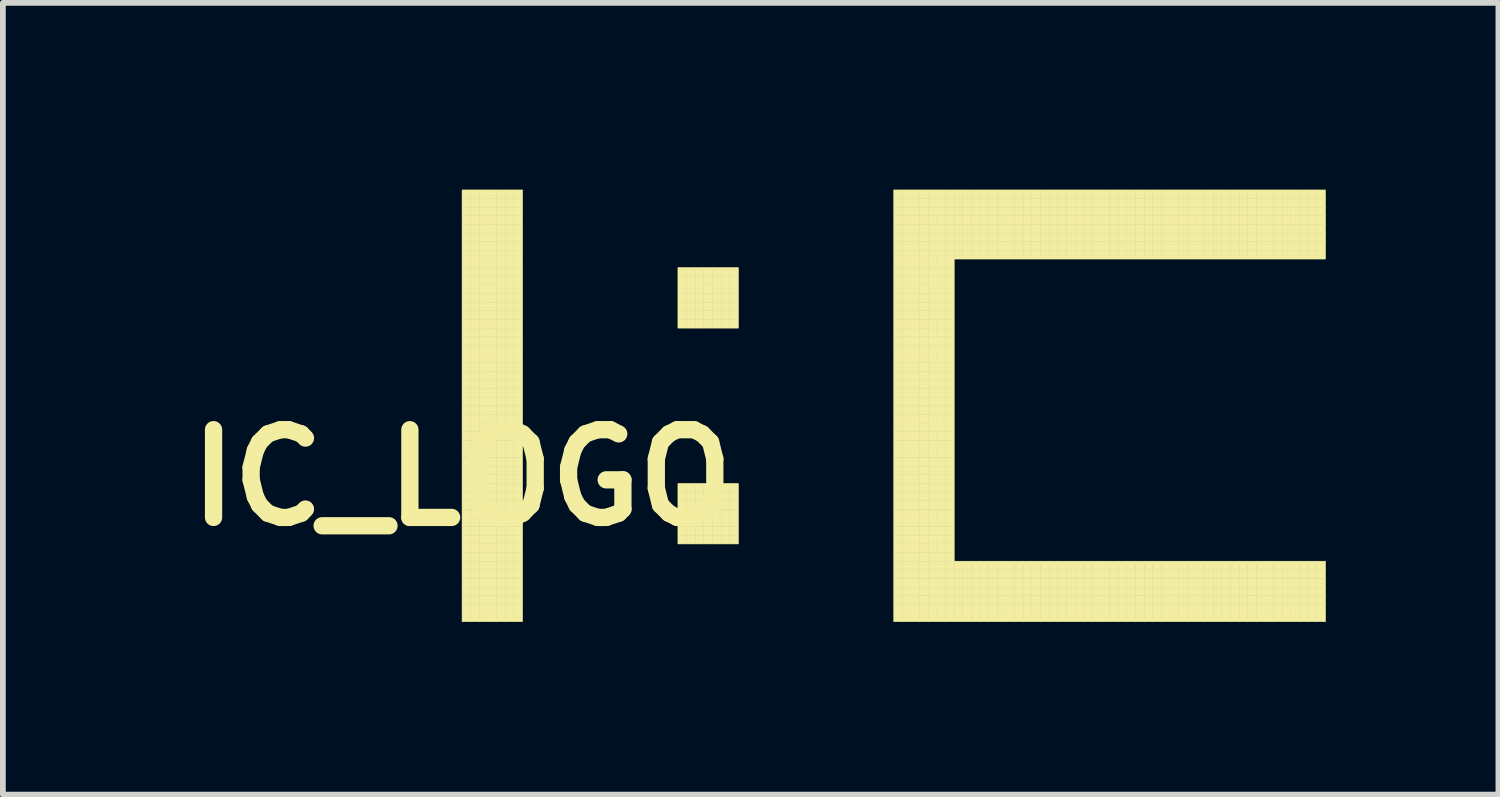
<source format=kicad_pcb>
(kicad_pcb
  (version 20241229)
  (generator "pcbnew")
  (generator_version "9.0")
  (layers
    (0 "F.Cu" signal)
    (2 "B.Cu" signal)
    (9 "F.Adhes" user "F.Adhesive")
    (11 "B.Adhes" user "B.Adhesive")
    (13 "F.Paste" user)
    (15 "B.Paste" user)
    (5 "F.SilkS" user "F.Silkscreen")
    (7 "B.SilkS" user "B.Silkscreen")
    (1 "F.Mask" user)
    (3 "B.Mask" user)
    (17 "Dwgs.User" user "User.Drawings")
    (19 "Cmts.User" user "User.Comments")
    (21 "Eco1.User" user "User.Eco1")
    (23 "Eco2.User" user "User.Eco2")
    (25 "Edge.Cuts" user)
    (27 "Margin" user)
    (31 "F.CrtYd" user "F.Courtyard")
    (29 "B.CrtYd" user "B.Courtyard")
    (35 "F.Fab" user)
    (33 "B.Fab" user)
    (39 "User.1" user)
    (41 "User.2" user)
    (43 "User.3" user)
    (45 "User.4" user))
  (footprint "IC_LOGO"
    (layer "F.Cu")
    (at 4.978 0.25)
    (property "Reference" "IC_LOGO" (at 0 5 0) (layer "F.SilkS") (effects (font (size 1.524 1.524) (thickness 0.3))))
    (attr through_hole)
    (fp_poly (pts (xy 0 0) (xy 0.15 0) (xy 0.15 0.15) (xy 0 0.15) (xy 0 0)) (stroke (width 0.01) (type solid)) (fill yes) (layer "F.SilkS"))
    (fp_poly (pts (xy 0 0.15) (xy 0.15 0.15) (xy 0.15 0.3) (xy 0 0.3) (xy 0 0.15)) (stroke (width 0.01) (type solid)) (fill yes) (layer "F.SilkS"))
    (fp_poly (pts (xy 0 0.3) (xy 0.15 0.3) (xy 0.15 0.45) (xy 0 0.45) (xy 0 0.3)) (stroke (width 0.01) (type solid)) (fill yes) (layer "F.SilkS"))
    (fp_poly (pts (xy 0 0.45) (xy 0.15 0.45) (xy 0.15 0.6) (xy 0 0.6) (xy 0 0.45)) (stroke (width 0.01) (type solid)) (fill yes) (layer "F.SilkS"))
    (fp_poly (pts (xy 0 0.6) (xy 0.15 0.6) (xy 0.15 0.75) (xy 0 0.75) (xy 0 0.6)) (stroke (width 0.01) (type solid)) (fill yes) (layer "F.SilkS"))
    (fp_poly (pts (xy 0 0.75) (xy 0.15 0.75) (xy 0.15 0.9) (xy 0 0.9) (xy 0 0.75)) (stroke (width 0.01) (type solid)) (fill yes) (layer "F.SilkS"))
    (fp_poly (pts (xy 0 0.9) (xy 0.15 0.9) (xy 0.15 1.05) (xy 0 1.05) (xy 0 0.9)) (stroke (width 0.01) (type solid)) (fill yes) (layer "F.SilkS"))
    (fp_poly (pts (xy 0 1.05) (xy 0.15 1.05) (xy 0.15 1.2) (xy 0 1.2) (xy 0 1.05)) (stroke (width 0.01) (type solid)) (fill yes) (layer "F.SilkS"))
    (fp_poly (pts (xy 0 1.2) (xy 0.15 1.2) (xy 0.15 1.35) (xy 0 1.35) (xy 0 1.2)) (stroke (width 0.01) (type solid)) (fill yes) (layer "F.SilkS"))
    (fp_poly (pts (xy 0 1.35) (xy 0.15 1.35) (xy 0.15 1.5) (xy 0 1.5) (xy 0 1.35)) (stroke (width 0.01) (type solid)) (fill yes) (layer "F.SilkS"))
    (fp_poly (pts (xy 0 1.5) (xy 0.15 1.5) (xy 0.15 1.65) (xy 0 1.65) (xy 0 1.5)) (stroke (width 0.01) (type solid)) (fill yes) (layer "F.SilkS"))
    (fp_poly (pts (xy 0 1.65) (xy 0.15 1.65) (xy 0.15 1.8) (xy 0 1.8) (xy 0 1.65)) (stroke (width 0.01) (type solid)) (fill yes) (layer "F.SilkS"))
    (fp_poly (pts (xy 0 1.8) (xy 0.15 1.8) (xy 0.15 1.95) (xy 0 1.95) (xy 0 1.8)) (stroke (width 0.01) (type solid)) (fill yes) (layer "F.SilkS"))
    (fp_poly (pts (xy 0 1.95) (xy 0.15 1.95) (xy 0.15 2.1) (xy 0 2.1) (xy 0 1.95)) (stroke (width 0.01) (type solid)) (fill yes) (layer "F.SilkS"))
    (fp_poly (pts (xy 0 2.1) (xy 0.15 2.1) (xy 0.15 2.25) (xy 0 2.25) (xy 0 2.1)) (stroke (width 0.01) (type solid)) (fill yes) (layer "F.SilkS"))
    (fp_poly (pts (xy 0 2.25) (xy 0.15 2.25) (xy 0.15 2.4) (xy 0 2.4) (xy 0 2.25)) (stroke (width 0.01) (type solid)) (fill yes) (layer "F.SilkS"))
    (fp_poly (pts (xy 0 2.4) (xy 0.15 2.4) (xy 0.15 2.55) (xy 0 2.55) (xy 0 2.4)) (stroke (width 0.01) (type solid)) (fill yes) (layer "F.SilkS"))
    (fp_poly (pts (xy 0 2.55) (xy 0.15 2.55) (xy 0.15 2.7) (xy 0 2.7) (xy 0 2.55)) (stroke (width 0.01) (type solid)) (fill yes) (layer "F.SilkS"))
    (fp_poly (pts (xy 0 2.7) (xy 0.15 2.7) (xy 0.15 2.85) (xy 0 2.85) (xy 0 2.7)) (stroke (width 0.01) (type solid)) (fill yes) (layer "F.SilkS"))
    (fp_poly (pts (xy 0 2.85) (xy 0.15 2.85) (xy 0.15 3) (xy 0 3) (xy 0 2.85)) (stroke (width 0.01) (type solid)) (fill yes) (layer "F.SilkS"))
    (fp_poly (pts (xy 0 3) (xy 0.15 3) (xy 0.15 3.15) (xy 0 3.15) (xy 0 3)) (stroke (width 0.01) (type solid)) (fill yes) (layer "F.SilkS"))
    (fp_poly (pts (xy 0 3.15) (xy 0.15 3.15) (xy 0.15 3.3) (xy 0 3.3) (xy 0 3.15)) (stroke (width 0.01) (type solid)) (fill yes) (layer "F.SilkS"))
    (fp_poly (pts (xy 0 3.3) (xy 0.15 3.3) (xy 0.15 3.45) (xy 0 3.45) (xy 0 3.3)) (stroke (width 0.01) (type solid)) (fill yes) (layer "F.SilkS"))
    (fp_poly (pts (xy 0 3.45) (xy 0.15 3.45) (xy 0.15 3.6) (xy 0 3.6) (xy 0 3.45)) (stroke (width 0.01) (type solid)) (fill yes) (layer "F.SilkS"))
    (fp_poly (pts (xy 0 3.6) (xy 0.15 3.6) (xy 0.15 3.75) (xy 0 3.75) (xy 0 3.6)) (stroke (width 0.01) (type solid)) (fill yes) (layer "F.SilkS"))
    (fp_poly (pts (xy 0 3.75) (xy 0.15 3.75) (xy 0.15 3.9) (xy 0 3.9) (xy 0 3.75)) (stroke (width 0.01) (type solid)) (fill yes) (layer "F.SilkS"))
    (fp_poly (pts (xy 0 3.9) (xy 0.15 3.9) (xy 0.15 4.05) (xy 0 4.05) (xy 0 3.9)) (stroke (width 0.01) (type solid)) (fill yes) (layer "F.SilkS"))
    (fp_poly (pts (xy 0 4.05) (xy 0.15 4.05) (xy 0.15 4.2) (xy 0 4.2) (xy 0 4.05)) (stroke (width 0.01) (type solid)) (fill yes) (layer "F.SilkS"))
    (fp_poly (pts (xy 0 4.2) (xy 0.15 4.2) (xy 0.15 4.35) (xy 0 4.35) (xy 0 4.2)) (stroke (width 0.01) (type solid)) (fill yes) (layer "F.SilkS"))
    (fp_poly (pts (xy 0 4.35) (xy 0.15 4.35) (xy 0.15 4.5) (xy 0 4.5) (xy 0 4.35)) (stroke (width 0.01) (type solid)) (fill yes) (layer "F.SilkS"))
    (fp_poly (pts (xy 0 4.5) (xy 0.15 4.5) (xy 0.15 4.65) (xy 0 4.65) (xy 0 4.5)) (stroke (width 0.01) (type solid)) (fill yes) (layer "F.SilkS"))
    (fp_poly (pts (xy 0 4.65) (xy 0.15 4.65) (xy 0.15 4.8) (xy 0 4.8) (xy 0 4.65)) (stroke (width 0.01) (type solid)) (fill yes) (layer "F.SilkS"))
    (fp_poly (pts (xy 0 4.8) (xy 0.15 4.8) (xy 0.15 4.95) (xy 0 4.95) (xy 0 4.8)) (stroke (width 0.01) (type solid)) (fill yes) (layer "F.SilkS"))
    (fp_poly (pts (xy 0 4.95) (xy 0.15 4.95) (xy 0.15 5.1) (xy 0 5.1) (xy 0 4.95)) (stroke (width 0.01) (type solid)) (fill yes) (layer "F.SilkS"))
    (fp_poly (pts (xy 0 5.1) (xy 0.15 5.1) (xy 0.15 5.25) (xy 0 5.25) (xy 0 5.1)) (stroke (width 0.01) (type solid)) (fill yes) (layer "F.SilkS"))
    (fp_poly (pts (xy 0 5.25) (xy 0.15 5.25) (xy 0.15 5.4) (xy 0 5.4) (xy 0 5.25)) (stroke (width 0.01) (type solid)) (fill yes) (layer "F.SilkS"))
    (fp_poly (pts (xy 0 5.4) (xy 0.15 5.4) (xy 0.15 5.55) (xy 0 5.55) (xy 0 5.4)) (stroke (width 0.01) (type solid)) (fill yes) (layer "F.SilkS"))
    (fp_poly (pts (xy 0 5.55) (xy 0.15 5.55) (xy 0.15 5.7) (xy 0 5.7) (xy 0 5.55)) (stroke (width 0.01) (type solid)) (fill yes) (layer "F.SilkS"))
    (fp_poly (pts (xy 0 5.7) (xy 0.15 5.7) (xy 0.15 5.85) (xy 0 5.85) (xy 0 5.7)) (stroke (width 0.01) (type solid)) (fill yes) (layer "F.SilkS"))
    (fp_poly (pts (xy 0 5.85) (xy 0.15 5.85) (xy 0.15 6) (xy 0 6) (xy 0 5.85)) (stroke (width 0.01) (type solid)) (fill yes) (layer "F.SilkS"))
    (fp_poly (pts (xy 0 6) (xy 0.15 6) (xy 0.15 6.15) (xy 0 6.15) (xy 0 6)) (stroke (width 0.01) (type solid)) (fill yes) (layer "F.SilkS"))
    (fp_poly (pts (xy 0 6.15) (xy 0.15 6.15) (xy 0.15 6.3) (xy 0 6.3) (xy 0 6.15)) (stroke (width 0.01) (type solid)) (fill yes) (layer "F.SilkS"))
    (fp_poly (pts (xy 0 6.3) (xy 0.15 6.3) (xy 0.15 6.45) (xy 0 6.45) (xy 0 6.3)) (stroke (width 0.01) (type solid)) (fill yes) (layer "F.SilkS"))
    (fp_poly (pts (xy 0 6.45) (xy 0.15 6.45) (xy 0.15 6.6) (xy 0 6.6) (xy 0 6.45)) (stroke (width 0.01) (type solid)) (fill yes) (layer "F.SilkS"))
    (fp_poly (pts (xy 0 6.6) (xy 0.15 6.6) (xy 0.15 6.75) (xy 0 6.75) (xy 0 6.6)) (stroke (width 0.01) (type solid)) (fill yes) (layer "F.SilkS"))
    (fp_poly (pts (xy 0 6.75) (xy 0.15 6.75) (xy 0.15 6.9) (xy 0 6.9) (xy 0 6.75)) (stroke (width 0.01) (type solid)) (fill yes) (layer "F.SilkS"))
    (fp_poly (pts (xy 0 6.9) (xy 0.15 6.9) (xy 0.15 7.05) (xy 0 7.05) (xy 0 6.9)) (stroke (width 0.01) (type solid)) (fill yes) (layer "F.SilkS"))
    (fp_poly (pts (xy 0 7.05) (xy 0.15 7.05) (xy 0.15 7.2) (xy 0 7.2) (xy 0 7.05)) (stroke (width 0.01) (type solid)) (fill yes) (layer "F.SilkS"))
    (fp_poly (pts (xy 0 7.2) (xy 0.15 7.2) (xy 0.15 7.35) (xy 0 7.35) (xy 0 7.2)) (stroke (width 0.01) (type solid)) (fill yes) (layer "F.SilkS"))
    (fp_poly (pts (xy 0 7.35) (xy 0.15 7.35) (xy 0.15 7.5) (xy 0 7.5) (xy 0 7.35)) (stroke (width 0.01) (type solid)) (fill yes) (layer "F.SilkS"))
    (fp_poly (pts (xy 0.15 0) (xy 0.3 0) (xy 0.3 0.15) (xy 0.15 0.15) (xy 0.15 0)) (stroke (width 0.01) (type solid)) (fill yes) (layer "F.SilkS"))
    (fp_poly (pts (xy 0.15 0.15) (xy 0.3 0.15) (xy 0.3 0.3) (xy 0.15 0.3) (xy 0.15 0.15)) (stroke (width 0.01) (type solid)) (fill yes) (layer "F.SilkS"))
    (fp_poly (pts (xy 0.15 0.3) (xy 0.3 0.3) (xy 0.3 0.45) (xy 0.15 0.45) (xy 0.15 0.3)) (stroke (width 0.01) (type solid)) (fill yes) (layer "F.SilkS"))
    (fp_poly (pts (xy 0.15 0.45) (xy 0.3 0.45) (xy 0.3 0.6) (xy 0.15 0.6) (xy 0.15 0.45)) (stroke (width 0.01) (type solid)) (fill yes) (layer "F.SilkS"))
    (fp_poly (pts (xy 0.15 0.6) (xy 0.3 0.6) (xy 0.3 0.75) (xy 0.15 0.75) (xy 0.15 0.6)) (stroke (width 0.01) (type solid)) (fill yes) (layer "F.SilkS"))
    (fp_poly (pts (xy 0.15 0.75) (xy 0.3 0.75) (xy 0.3 0.9) (xy 0.15 0.9) (xy 0.15 0.75)) (stroke (width 0.01) (type solid)) (fill yes) (layer "F.SilkS"))
    (fp_poly (pts (xy 0.15 0.9) (xy 0.3 0.9) (xy 0.3 1.05) (xy 0.15 1.05) (xy 0.15 0.9)) (stroke (width 0.01) (type solid)) (fill yes) (layer "F.SilkS"))
    (fp_poly (pts (xy 0.15 1.05) (xy 0.3 1.05) (xy 0.3 1.2) (xy 0.15 1.2) (xy 0.15 1.05)) (stroke (width 0.01) (type solid)) (fill yes) (layer "F.SilkS"))
    (fp_poly (pts (xy 0.15 1.2) (xy 0.3 1.2) (xy 0.3 1.35) (xy 0.15 1.35) (xy 0.15 1.2)) (stroke (width 0.01) (type solid)) (fill yes) (layer "F.SilkS"))
    (fp_poly (pts (xy 0.15 1.35) (xy 0.3 1.35) (xy 0.3 1.5) (xy 0.15 1.5) (xy 0.15 1.35)) (stroke (width 0.01) (type solid)) (fill yes) (layer "F.SilkS"))
    (fp_poly (pts (xy 0.15 1.5) (xy 0.3 1.5) (xy 0.3 1.65) (xy 0.15 1.65) (xy 0.15 1.5)) (stroke (width 0.01) (type solid)) (fill yes) (layer "F.SilkS"))
    (fp_poly (pts (xy 0.15 1.65) (xy 0.3 1.65) (xy 0.3 1.8) (xy 0.15 1.8) (xy 0.15 1.65)) (stroke (width 0.01) (type solid)) (fill yes) (layer "F.SilkS"))
    (fp_poly (pts (xy 0.15 1.8) (xy 0.3 1.8) (xy 0.3 1.95) (xy 0.15 1.95) (xy 0.15 1.8)) (stroke (width 0.01) (type solid)) (fill yes) (layer "F.SilkS"))
    (fp_poly (pts (xy 0.15 1.95) (xy 0.3 1.95) (xy 0.3 2.1) (xy 0.15 2.1) (xy 0.15 1.95)) (stroke (width 0.01) (type solid)) (fill yes) (layer "F.SilkS"))
    (fp_poly (pts (xy 0.15 2.1) (xy 0.3 2.1) (xy 0.3 2.25) (xy 0.15 2.25) (xy 0.15 2.1)) (stroke (width 0.01) (type solid)) (fill yes) (layer "F.SilkS"))
    (fp_poly (pts (xy 0.15 2.25) (xy 0.3 2.25) (xy 0.3 2.4) (xy 0.15 2.4) (xy 0.15 2.25)) (stroke (width 0.01) (type solid)) (fill yes) (layer "F.SilkS"))
    (fp_poly (pts (xy 0.15 2.4) (xy 0.3 2.4) (xy 0.3 2.55) (xy 0.15 2.55) (xy 0.15 2.4)) (stroke (width 0.01) (type solid)) (fill yes) (layer "F.SilkS"))
    (fp_poly (pts (xy 0.15 2.55) (xy 0.3 2.55) (xy 0.3 2.7) (xy 0.15 2.7) (xy 0.15 2.55)) (stroke (width 0.01) (type solid)) (fill yes) (layer "F.SilkS"))
    (fp_poly (pts (xy 0.15 2.7) (xy 0.3 2.7) (xy 0.3 2.85) (xy 0.15 2.85) (xy 0.15 2.7)) (stroke (width 0.01) (type solid)) (fill yes) (layer "F.SilkS"))
    (fp_poly (pts (xy 0.15 2.85) (xy 0.3 2.85) (xy 0.3 3) (xy 0.15 3) (xy 0.15 2.85)) (stroke (width 0.01) (type solid)) (fill yes) (layer "F.SilkS"))
    (fp_poly (pts (xy 0.15 3) (xy 0.3 3) (xy 0.3 3.15) (xy 0.15 3.15) (xy 0.15 3)) (stroke (width 0.01) (type solid)) (fill yes) (layer "F.SilkS"))
    (fp_poly (pts (xy 0.15 3.15) (xy 0.3 3.15) (xy 0.3 3.3) (xy 0.15 3.3) (xy 0.15 3.15)) (stroke (width 0.01) (type solid)) (fill yes) (layer "F.SilkS"))
    (fp_poly (pts (xy 0.15 3.3) (xy 0.3 3.3) (xy 0.3 3.45) (xy 0.15 3.45) (xy 0.15 3.3)) (stroke (width 0.01) (type solid)) (fill yes) (layer "F.SilkS"))
    (fp_poly (pts (xy 0.15 3.45) (xy 0.3 3.45) (xy 0.3 3.6) (xy 0.15 3.6) (xy 0.15 3.45)) (stroke (width 0.01) (type solid)) (fill yes) (layer "F.SilkS"))
    (fp_poly (pts (xy 0.15 3.6) (xy 0.3 3.6) (xy 0.3 3.75) (xy 0.15 3.75) (xy 0.15 3.6)) (stroke (width 0.01) (type solid)) (fill yes) (layer "F.SilkS"))
    (fp_poly (pts (xy 0.15 3.75) (xy 0.3 3.75) (xy 0.3 3.9) (xy 0.15 3.9) (xy 0.15 3.75)) (stroke (width 0.01) (type solid)) (fill yes) (layer "F.SilkS"))
    (fp_poly (pts (xy 0.15 3.9) (xy 0.3 3.9) (xy 0.3 4.05) (xy 0.15 4.05) (xy 0.15 3.9)) (stroke (width 0.01) (type solid)) (fill yes) (layer "F.SilkS"))
    (fp_poly (pts (xy 0.15 4.05) (xy 0.3 4.05) (xy 0.3 4.2) (xy 0.15 4.2) (xy 0.15 4.05)) (stroke (width 0.01) (type solid)) (fill yes) (layer "F.SilkS"))
    (fp_poly (pts (xy 0.15 4.2) (xy 0.3 4.2) (xy 0.3 4.35) (xy 0.15 4.35) (xy 0.15 4.2)) (stroke (width 0.01) (type solid)) (fill yes) (layer "F.SilkS"))
    (fp_poly (pts (xy 0.15 4.35) (xy 0.3 4.35) (xy 0.3 4.5) (xy 0.15 4.5) (xy 0.15 4.35)) (stroke (width 0.01) (type solid)) (fill yes) (layer "F.SilkS"))
    (fp_poly (pts (xy 0.15 4.5) (xy 0.3 4.5) (xy 0.3 4.65) (xy 0.15 4.65) (xy 0.15 4.5)) (stroke (width 0.01) (type solid)) (fill yes) (layer "F.SilkS"))
    (fp_poly (pts (xy 0.15 4.65) (xy 0.3 4.65) (xy 0.3 4.8) (xy 0.15 4.8) (xy 0.15 4.65)) (stroke (width 0.01) (type solid)) (fill yes) (layer "F.SilkS"))
    (fp_poly (pts (xy 0.15 4.8) (xy 0.3 4.8) (xy 0.3 4.95) (xy 0.15 4.95) (xy 0.15 4.8)) (stroke (width 0.01) (type solid)) (fill yes) (layer "F.SilkS"))
    (fp_poly (pts (xy 0.15 4.95) (xy 0.3 4.95) (xy 0.3 5.1) (xy 0.15 5.1) (xy 0.15 4.95)) (stroke (width 0.01) (type solid)) (fill yes) (layer "F.SilkS"))
    (fp_poly (pts (xy 0.15 5.1) (xy 0.3 5.1) (xy 0.3 5.25) (xy 0.15 5.25) (xy 0.15 5.1)) (stroke (width 0.01) (type solid)) (fill yes) (layer "F.SilkS"))
    (fp_poly (pts (xy 0.15 5.25) (xy 0.3 5.25) (xy 0.3 5.4) (xy 0.15 5.4) (xy 0.15 5.25)) (stroke (width 0.01) (type solid)) (fill yes) (layer "F.SilkS"))
    (fp_poly (pts (xy 0.15 5.4) (xy 0.3 5.4) (xy 0.3 5.55) (xy 0.15 5.55) (xy 0.15 5.4)) (stroke (width 0.01) (type solid)) (fill yes) (layer "F.SilkS"))
    (fp_poly (pts (xy 0.15 5.55) (xy 0.3 5.55) (xy 0.3 5.7) (xy 0.15 5.7) (xy 0.15 5.55)) (stroke (width 0.01) (type solid)) (fill yes) (layer "F.SilkS"))
    (fp_poly (pts (xy 0.15 5.7) (xy 0.3 5.7) (xy 0.3 5.85) (xy 0.15 5.85) (xy 0.15 5.7)) (stroke (width 0.01) (type solid)) (fill yes) (layer "F.SilkS"))
    (fp_poly (pts (xy 0.15 5.85) (xy 0.3 5.85) (xy 0.3 6) (xy 0.15 6) (xy 0.15 5.85)) (stroke (width 0.01) (type solid)) (fill yes) (layer "F.SilkS"))
    (fp_poly (pts (xy 0.15 6) (xy 0.3 6) (xy 0.3 6.15) (xy 0.15 6.15) (xy 0.15 6)) (stroke (width 0.01) (type solid)) (fill yes) (layer "F.SilkS"))
    (fp_poly (pts (xy 0.15 6.15) (xy 0.3 6.15) (xy 0.3 6.3) (xy 0.15 6.3) (xy 0.15 6.15)) (stroke (width 0.01) (type solid)) (fill yes) (layer "F.SilkS"))
    (fp_poly (pts (xy 0.15 6.3) (xy 0.3 6.3) (xy 0.3 6.45) (xy 0.15 6.45) (xy 0.15 6.3)) (stroke (width 0.01) (type solid)) (fill yes) (layer "F.SilkS"))
    (fp_poly (pts (xy 0.15 6.45) (xy 0.3 6.45) (xy 0.3 6.6) (xy 0.15 6.6) (xy 0.15 6.45)) (stroke (width 0.01) (type solid)) (fill yes) (layer "F.SilkS"))
    (fp_poly (pts (xy 0.15 6.6) (xy 0.3 6.6) (xy 0.3 6.75) (xy 0.15 6.75) (xy 0.15 6.6)) (stroke (width 0.01) (type solid)) (fill yes) (layer "F.SilkS"))
    (fp_poly (pts (xy 0.15 6.75) (xy 0.3 6.75) (xy 0.3 6.9) (xy 0.15 6.9) (xy 0.15 6.75)) (stroke (width 0.01) (type solid)) (fill yes) (layer "F.SilkS"))
    (fp_poly (pts (xy 0.15 6.9) (xy 0.3 6.9) (xy 0.3 7.05) (xy 0.15 7.05) (xy 0.15 6.9)) (stroke (width 0.01) (type solid)) (fill yes) (layer "F.SilkS"))
    (fp_poly (pts (xy 0.15 7.05) (xy 0.3 7.05) (xy 0.3 7.2) (xy 0.15 7.2) (xy 0.15 7.05)) (stroke (width 0.01) (type solid)) (fill yes) (layer "F.SilkS"))
    (fp_poly (pts (xy 0.15 7.2) (xy 0.3 7.2) (xy 0.3 7.35) (xy 0.15 7.35) (xy 0.15 7.2)) (stroke (width 0.01) (type solid)) (fill yes) (layer "F.SilkS"))
    (fp_poly (pts (xy 0.15 7.35) (xy 0.3 7.35) (xy 0.3 7.5) (xy 0.15 7.5) (xy 0.15 7.35)) (stroke (width 0.01) (type solid)) (fill yes) (layer "F.SilkS"))
    (fp_poly (pts (xy 0.3 0) (xy 0.45 0) (xy 0.45 0.15) (xy 0.3 0.15) (xy 0.3 0)) (stroke (width 0.01) (type solid)) (fill yes) (layer "F.SilkS"))
    (fp_poly (pts (xy 0.3 0.15) (xy 0.45 0.15) (xy 0.45 0.3) (xy 0.3 0.3) (xy 0.3 0.15)) (stroke (width 0.01) (type solid)) (fill yes) (layer "F.SilkS"))
    (fp_poly (pts (xy 0.3 0.3) (xy 0.45 0.3) (xy 0.45 0.45) (xy 0.3 0.45) (xy 0.3 0.3)) (stroke (width 0.01) (type solid)) (fill yes) (layer "F.SilkS"))
    (fp_poly (pts (xy 0.3 0.45) (xy 0.45 0.45) (xy 0.45 0.6) (xy 0.3 0.6) (xy 0.3 0.45)) (stroke (width 0.01) (type solid)) (fill yes) (layer "F.SilkS"))
    (fp_poly (pts (xy 0.3 0.6) (xy 0.45 0.6) (xy 0.45 0.75) (xy 0.3 0.75) (xy 0.3 0.6)) (stroke (width 0.01) (type solid)) (fill yes) (layer "F.SilkS"))
    (fp_poly (pts (xy 0.3 0.75) (xy 0.45 0.75) (xy 0.45 0.9) (xy 0.3 0.9) (xy 0.3 0.75)) (stroke (width 0.01) (type solid)) (fill yes) (layer "F.SilkS"))
    (fp_poly (pts (xy 0.3 0.9) (xy 0.45 0.9) (xy 0.45 1.05) (xy 0.3 1.05) (xy 0.3 0.9)) (stroke (width 0.01) (type solid)) (fill yes) (layer "F.SilkS"))
    (fp_poly (pts (xy 0.3 1.05) (xy 0.45 1.05) (xy 0.45 1.2) (xy 0.3 1.2) (xy 0.3 1.05)) (stroke (width 0.01) (type solid)) (fill yes) (layer "F.SilkS"))
    (fp_poly (pts (xy 0.3 1.2) (xy 0.45 1.2) (xy 0.45 1.35) (xy 0.3 1.35) (xy 0.3 1.2)) (stroke (width 0.01) (type solid)) (fill yes) (layer "F.SilkS"))
    (fp_poly (pts (xy 0.3 1.35) (xy 0.45 1.35) (xy 0.45 1.5) (xy 0.3 1.5) (xy 0.3 1.35)) (stroke (width 0.01) (type solid)) (fill yes) (layer "F.SilkS"))
    (fp_poly (pts (xy 0.3 1.5) (xy 0.45 1.5) (xy 0.45 1.65) (xy 0.3 1.65) (xy 0.3 1.5)) (stroke (width 0.01) (type solid)) (fill yes) (layer "F.SilkS"))
    (fp_poly (pts (xy 0.3 1.65) (xy 0.45 1.65) (xy 0.45 1.8) (xy 0.3 1.8) (xy 0.3 1.65)) (stroke (width 0.01) (type solid)) (fill yes) (layer "F.SilkS"))
    (fp_poly (pts (xy 0.3 1.8) (xy 0.45 1.8) (xy 0.45 1.95) (xy 0.3 1.95) (xy 0.3 1.8)) (stroke (width 0.01) (type solid)) (fill yes) (layer "F.SilkS"))
    (fp_poly (pts (xy 0.3 1.95) (xy 0.45 1.95) (xy 0.45 2.1) (xy 0.3 2.1) (xy 0.3 1.95)) (stroke (width 0.01) (type solid)) (fill yes) (layer "F.SilkS"))
    (fp_poly (pts (xy 0.3 2.1) (xy 0.45 2.1) (xy 0.45 2.25) (xy 0.3 2.25) (xy 0.3 2.1)) (stroke (width 0.01) (type solid)) (fill yes) (layer "F.SilkS"))
    (fp_poly (pts (xy 0.3 2.25) (xy 0.45 2.25) (xy 0.45 2.4) (xy 0.3 2.4) (xy 0.3 2.25)) (stroke (width 0.01) (type solid)) (fill yes) (layer "F.SilkS"))
    (fp_poly (pts (xy 0.3 2.4) (xy 0.45 2.4) (xy 0.45 2.55) (xy 0.3 2.55) (xy 0.3 2.4)) (stroke (width 0.01) (type solid)) (fill yes) (layer "F.SilkS"))
    (fp_poly (pts (xy 0.3 2.55) (xy 0.45 2.55) (xy 0.45 2.7) (xy 0.3 2.7) (xy 0.3 2.55)) (stroke (width 0.01) (type solid)) (fill yes) (layer "F.SilkS"))
    (fp_poly (pts (xy 0.3 2.7) (xy 0.45 2.7) (xy 0.45 2.85) (xy 0.3 2.85) (xy 0.3 2.7)) (stroke (width 0.01) (type solid)) (fill yes) (layer "F.SilkS"))
    (fp_poly (pts (xy 0.3 2.85) (xy 0.45 2.85) (xy 0.45 3) (xy 0.3 3) (xy 0.3 2.85)) (stroke (width 0.01) (type solid)) (fill yes) (layer "F.SilkS"))
    (fp_poly (pts (xy 0.3 3) (xy 0.45 3) (xy 0.45 3.15) (xy 0.3 3.15) (xy 0.3 3)) (stroke (width 0.01) (type solid)) (fill yes) (layer "F.SilkS"))
    (fp_poly (pts (xy 0.3 3.15) (xy 0.45 3.15) (xy 0.45 3.3) (xy 0.3 3.3) (xy 0.3 3.15)) (stroke (width 0.01) (type solid)) (fill yes) (layer "F.SilkS"))
    (fp_poly (pts (xy 0.3 3.3) (xy 0.45 3.3) (xy 0.45 3.45) (xy 0.3 3.45) (xy 0.3 3.3)) (stroke (width 0.01) (type solid)) (fill yes) (layer "F.SilkS"))
    (fp_poly (pts (xy 0.3 3.45) (xy 0.45 3.45) (xy 0.45 3.6) (xy 0.3 3.6) (xy 0.3 3.45)) (stroke (width 0.01) (type solid)) (fill yes) (layer "F.SilkS"))
    (fp_poly (pts (xy 0.3 3.6) (xy 0.45 3.6) (xy 0.45 3.75) (xy 0.3 3.75) (xy 0.3 3.6)) (stroke (width 0.01) (type solid)) (fill yes) (layer "F.SilkS"))
    (fp_poly (pts (xy 0.3 3.75) (xy 0.45 3.75) (xy 0.45 3.9) (xy 0.3 3.9) (xy 0.3 3.75)) (stroke (width 0.01) (type solid)) (fill yes) (layer "F.SilkS"))
    (fp_poly (pts (xy 0.3 3.9) (xy 0.45 3.9) (xy 0.45 4.05) (xy 0.3 4.05) (xy 0.3 3.9)) (stroke (width 0.01) (type solid)) (fill yes) (layer "F.SilkS"))
    (fp_poly (pts (xy 0.3 4.05) (xy 0.45 4.05) (xy 0.45 4.2) (xy 0.3 4.2) (xy 0.3 4.05)) (stroke (width 0.01) (type solid)) (fill yes) (layer "F.SilkS"))
    (fp_poly (pts (xy 0.3 4.2) (xy 0.45 4.2) (xy 0.45 4.35) (xy 0.3 4.35) (xy 0.3 4.2)) (stroke (width 0.01) (type solid)) (fill yes) (layer "F.SilkS"))
    (fp_poly (pts (xy 0.3 4.35) (xy 0.45 4.35) (xy 0.45 4.5) (xy 0.3 4.5) (xy 0.3 4.35)) (stroke (width 0.01) (type solid)) (fill yes) (layer "F.SilkS"))
    (fp_poly (pts (xy 0.3 4.5) (xy 0.45 4.5) (xy 0.45 4.65) (xy 0.3 4.65) (xy 0.3 4.5)) (stroke (width 0.01) (type solid)) (fill yes) (layer "F.SilkS"))
    (fp_poly (pts (xy 0.3 4.65) (xy 0.45 4.65) (xy 0.45 4.8) (xy 0.3 4.8) (xy 0.3 4.65)) (stroke (width 0.01) (type solid)) (fill yes) (layer "F.SilkS"))
    (fp_poly (pts (xy 0.3 4.8) (xy 0.45 4.8) (xy 0.45 4.95) (xy 0.3 4.95) (xy 0.3 4.8)) (stroke (width 0.01) (type solid)) (fill yes) (layer "F.SilkS"))
    (fp_poly (pts (xy 0.3 4.95) (xy 0.45 4.95) (xy 0.45 5.1) (xy 0.3 5.1) (xy 0.3 4.95)) (stroke (width 0.01) (type solid)) (fill yes) (layer "F.SilkS"))
    (fp_poly (pts (xy 0.3 5.1) (xy 0.45 5.1) (xy 0.45 5.25) (xy 0.3 5.25) (xy 0.3 5.1)) (stroke (width 0.01) (type solid)) (fill yes) (layer "F.SilkS"))
    (fp_poly (pts (xy 0.3 5.25) (xy 0.45 5.25) (xy 0.45 5.4) (xy 0.3 5.4) (xy 0.3 5.25)) (stroke (width 0.01) (type solid)) (fill yes) (layer "F.SilkS"))
    (fp_poly (pts (xy 0.3 5.4) (xy 0.45 5.4) (xy 0.45 5.55) (xy 0.3 5.55) (xy 0.3 5.4)) (stroke (width 0.01) (type solid)) (fill yes) (layer "F.SilkS"))
    (fp_poly (pts (xy 0.3 5.55) (xy 0.45 5.55) (xy 0.45 5.7) (xy 0.3 5.7) (xy 0.3 5.55)) (stroke (width 0.01) (type solid)) (fill yes) (layer "F.SilkS"))
    (fp_poly (pts (xy 0.3 5.7) (xy 0.45 5.7) (xy 0.45 5.85) (xy 0.3 5.85) (xy 0.3 5.7)) (stroke (width 0.01) (type solid)) (fill yes) (layer "F.SilkS"))
    (fp_poly (pts (xy 0.3 5.85) (xy 0.45 5.85) (xy 0.45 6) (xy 0.3 6) (xy 0.3 5.85)) (stroke (width 0.01) (type solid)) (fill yes) (layer "F.SilkS"))
    (fp_poly (pts (xy 0.3 6) (xy 0.45 6) (xy 0.45 6.15) (xy 0.3 6.15) (xy 0.3 6)) (stroke (width 0.01) (type solid)) (fill yes) (layer "F.SilkS"))
    (fp_poly (pts (xy 0.3 6.15) (xy 0.45 6.15) (xy 0.45 6.3) (xy 0.3 6.3) (xy 0.3 6.15)) (stroke (width 0.01) (type solid)) (fill yes) (layer "F.SilkS"))
    (fp_poly (pts (xy 0.3 6.3) (xy 0.45 6.3) (xy 0.45 6.45) (xy 0.3 6.45) (xy 0.3 6.3)) (stroke (width 0.01) (type solid)) (fill yes) (layer "F.SilkS"))
    (fp_poly (pts (xy 0.3 6.45) (xy 0.45 6.45) (xy 0.45 6.6) (xy 0.3 6.6) (xy 0.3 6.45)) (stroke (width 0.01) (type solid)) (fill yes) (layer "F.SilkS"))
    (fp_poly (pts (xy 0.3 6.6) (xy 0.45 6.6) (xy 0.45 6.75) (xy 0.3 6.75) (xy 0.3 6.6)) (stroke (width 0.01) (type solid)) (fill yes) (layer "F.SilkS"))
    (fp_poly (pts (xy 0.3 6.75) (xy 0.45 6.75) (xy 0.45 6.9) (xy 0.3 6.9) (xy 0.3 6.75)) (stroke (width 0.01) (type solid)) (fill yes) (layer "F.SilkS"))
    (fp_poly (pts (xy 0.3 6.9) (xy 0.45 6.9) (xy 0.45 7.05) (xy 0.3 7.05) (xy 0.3 6.9)) (stroke (width 0.01) (type solid)) (fill yes) (layer "F.SilkS"))
    (fp_poly (pts (xy 0.3 7.05) (xy 0.45 7.05) (xy 0.45 7.2) (xy 0.3 7.2) (xy 0.3 7.05)) (stroke (width 0.01) (type solid)) (fill yes) (layer "F.SilkS"))
    (fp_poly (pts (xy 0.3 7.2) (xy 0.45 7.2) (xy 0.45 7.35) (xy 0.3 7.35) (xy 0.3 7.2)) (stroke (width 0.01) (type solid)) (fill yes) (layer "F.SilkS"))
    (fp_poly (pts (xy 0.3 7.35) (xy 0.45 7.35) (xy 0.45 7.5) (xy 0.3 7.5) (xy 0.3 7.35)) (stroke (width 0.01) (type solid)) (fill yes) (layer "F.SilkS"))
    (fp_poly (pts (xy 0.45 0) (xy 0.6 0) (xy 0.6 0.15) (xy 0.45 0.15) (xy 0.45 0)) (stroke (width 0.01) (type solid)) (fill yes) (layer "F.SilkS"))
    (fp_poly (pts (xy 0.45 0.15) (xy 0.6 0.15) (xy 0.6 0.3) (xy 0.45 0.3) (xy 0.45 0.15)) (stroke (width 0.01) (type solid)) (fill yes) (layer "F.SilkS"))
    (fp_poly (pts (xy 0.45 0.3) (xy 0.6 0.3) (xy 0.6 0.45) (xy 0.45 0.45) (xy 0.45 0.3)) (stroke (width 0.01) (type solid)) (fill yes) (layer "F.SilkS"))
    (fp_poly (pts (xy 0.45 0.45) (xy 0.6 0.45) (xy 0.6 0.6) (xy 0.45 0.6) (xy 0.45 0.45)) (stroke (width 0.01) (type solid)) (fill yes) (layer "F.SilkS"))
    (fp_poly (pts (xy 0.45 0.6) (xy 0.6 0.6) (xy 0.6 0.75) (xy 0.45 0.75) (xy 0.45 0.6)) (stroke (width 0.01) (type solid)) (fill yes) (layer "F.SilkS"))
    (fp_poly (pts (xy 0.45 0.75) (xy 0.6 0.75) (xy 0.6 0.9) (xy 0.45 0.9) (xy 0.45 0.75)) (stroke (width 0.01) (type solid)) (fill yes) (layer "F.SilkS"))
    (fp_poly (pts (xy 0.45 0.9) (xy 0.6 0.9) (xy 0.6 1.05) (xy 0.45 1.05) (xy 0.45 0.9)) (stroke (width 0.01) (type solid)) (fill yes) (layer "F.SilkS"))
    (fp_poly (pts (xy 0.45 1.05) (xy 0.6 1.05) (xy 0.6 1.2) (xy 0.45 1.2) (xy 0.45 1.05)) (stroke (width 0.01) (type solid)) (fill yes) (layer "F.SilkS"))
    (fp_poly (pts (xy 0.45 1.2) (xy 0.6 1.2) (xy 0.6 1.35) (xy 0.45 1.35) (xy 0.45 1.2)) (stroke (width 0.01) (type solid)) (fill yes) (layer "F.SilkS"))
    (fp_poly (pts (xy 0.45 1.35) (xy 0.6 1.35) (xy 0.6 1.5) (xy 0.45 1.5) (xy 0.45 1.35)) (stroke (width 0.01) (type solid)) (fill yes) (layer "F.SilkS"))
    (fp_poly (pts (xy 0.45 1.5) (xy 0.6 1.5) (xy 0.6 1.65) (xy 0.45 1.65) (xy 0.45 1.5)) (stroke (width 0.01) (type solid)) (fill yes) (layer "F.SilkS"))
    (fp_poly (pts (xy 0.45 1.65) (xy 0.6 1.65) (xy 0.6 1.8) (xy 0.45 1.8) (xy 0.45 1.65)) (stroke (width 0.01) (type solid)) (fill yes) (layer "F.SilkS"))
    (fp_poly (pts (xy 0.45 1.8) (xy 0.6 1.8) (xy 0.6 1.95) (xy 0.45 1.95) (xy 0.45 1.8)) (stroke (width 0.01) (type solid)) (fill yes) (layer "F.SilkS"))
    (fp_poly (pts (xy 0.45 1.95) (xy 0.6 1.95) (xy 0.6 2.1) (xy 0.45 2.1) (xy 0.45 1.95)) (stroke (width 0.01) (type solid)) (fill yes) (layer "F.SilkS"))
    (fp_poly (pts (xy 0.45 2.1) (xy 0.6 2.1) (xy 0.6 2.25) (xy 0.45 2.25) (xy 0.45 2.1)) (stroke (width 0.01) (type solid)) (fill yes) (layer "F.SilkS"))
    (fp_poly (pts (xy 0.45 2.25) (xy 0.6 2.25) (xy 0.6 2.4) (xy 0.45 2.4) (xy 0.45 2.25)) (stroke (width 0.01) (type solid)) (fill yes) (layer "F.SilkS"))
    (fp_poly (pts (xy 0.45 2.4) (xy 0.6 2.4) (xy 0.6 2.55) (xy 0.45 2.55) (xy 0.45 2.4)) (stroke (width 0.01) (type solid)) (fill yes) (layer "F.SilkS"))
    (fp_poly (pts (xy 0.45 2.55) (xy 0.6 2.55) (xy 0.6 2.7) (xy 0.45 2.7) (xy 0.45 2.55)) (stroke (width 0.01) (type solid)) (fill yes) (layer "F.SilkS"))
    (fp_poly (pts (xy 0.45 2.7) (xy 0.6 2.7) (xy 0.6 2.85) (xy 0.45 2.85) (xy 0.45 2.7)) (stroke (width 0.01) (type solid)) (fill yes) (layer "F.SilkS"))
    (fp_poly (pts (xy 0.45 2.85) (xy 0.6 2.85) (xy 0.6 3) (xy 0.45 3) (xy 0.45 2.85)) (stroke (width 0.01) (type solid)) (fill yes) (layer "F.SilkS"))
    (fp_poly (pts (xy 0.45 3) (xy 0.6 3) (xy 0.6 3.15) (xy 0.45 3.15) (xy 0.45 3)) (stroke (width 0.01) (type solid)) (fill yes) (layer "F.SilkS"))
    (fp_poly (pts (xy 0.45 3.15) (xy 0.6 3.15) (xy 0.6 3.3) (xy 0.45 3.3) (xy 0.45 3.15)) (stroke (width 0.01) (type solid)) (fill yes) (layer "F.SilkS"))
    (fp_poly (pts (xy 0.45 3.3) (xy 0.6 3.3) (xy 0.6 3.45) (xy 0.45 3.45) (xy 0.45 3.3)) (stroke (width 0.01) (type solid)) (fill yes) (layer "F.SilkS"))
    (fp_poly (pts (xy 0.45 3.45) (xy 0.6 3.45) (xy 0.6 3.6) (xy 0.45 3.6) (xy 0.45 3.45)) (stroke (width 0.01) (type solid)) (fill yes) (layer "F.SilkS"))
    (fp_poly (pts (xy 0.45 3.6) (xy 0.6 3.6) (xy 0.6 3.75) (xy 0.45 3.75) (xy 0.45 3.6)) (stroke (width 0.01) (type solid)) (fill yes) (layer "F.SilkS"))
    (fp_poly (pts (xy 0.45 3.75) (xy 0.6 3.75) (xy 0.6 3.9) (xy 0.45 3.9) (xy 0.45 3.75)) (stroke (width 0.01) (type solid)) (fill yes) (layer "F.SilkS"))
    (fp_poly (pts (xy 0.45 3.9) (xy 0.6 3.9) (xy 0.6 4.05) (xy 0.45 4.05) (xy 0.45 3.9)) (stroke (width 0.01) (type solid)) (fill yes) (layer "F.SilkS"))
    (fp_poly (pts (xy 0.45 4.05) (xy 0.6 4.05) (xy 0.6 4.2) (xy 0.45 4.2) (xy 0.45 4.05)) (stroke (width 0.01) (type solid)) (fill yes) (layer "F.SilkS"))
    (fp_poly (pts (xy 0.45 4.2) (xy 0.6 4.2) (xy 0.6 4.35) (xy 0.45 4.35) (xy 0.45 4.2)) (stroke (width 0.01) (type solid)) (fill yes) (layer "F.SilkS"))
    (fp_poly (pts (xy 0.45 4.35) (xy 0.6 4.35) (xy 0.6 4.5) (xy 0.45 4.5) (xy 0.45 4.35)) (stroke (width 0.01) (type solid)) (fill yes) (layer "F.SilkS"))
    (fp_poly (pts (xy 0.45 4.5) (xy 0.6 4.5) (xy 0.6 4.65) (xy 0.45 4.65) (xy 0.45 4.5)) (stroke (width 0.01) (type solid)) (fill yes) (layer "F.SilkS"))
    (fp_poly (pts (xy 0.45 4.65) (xy 0.6 4.65) (xy 0.6 4.8) (xy 0.45 4.8) (xy 0.45 4.65)) (stroke (width 0.01) (type solid)) (fill yes) (layer "F.SilkS"))
    (fp_poly (pts (xy 0.45 4.8) (xy 0.6 4.8) (xy 0.6 4.95) (xy 0.45 4.95) (xy 0.45 4.8)) (stroke (width 0.01) (type solid)) (fill yes) (layer "F.SilkS"))
    (fp_poly (pts (xy 0.45 4.95) (xy 0.6 4.95) (xy 0.6 5.1) (xy 0.45 5.1) (xy 0.45 4.95)) (stroke (width 0.01) (type solid)) (fill yes) (layer "F.SilkS"))
    (fp_poly (pts (xy 0.45 5.1) (xy 0.6 5.1) (xy 0.6 5.25) (xy 0.45 5.25) (xy 0.45 5.1)) (stroke (width 0.01) (type solid)) (fill yes) (layer "F.SilkS"))
    (fp_poly (pts (xy 0.45 5.25) (xy 0.6 5.25) (xy 0.6 5.4) (xy 0.45 5.4) (xy 0.45 5.25)) (stroke (width 0.01) (type solid)) (fill yes) (layer "F.SilkS"))
    (fp_poly (pts (xy 0.45 5.4) (xy 0.6 5.4) (xy 0.6 5.55) (xy 0.45 5.55) (xy 0.45 5.4)) (stroke (width 0.01) (type solid)) (fill yes) (layer "F.SilkS"))
    (fp_poly (pts (xy 0.45 5.55) (xy 0.6 5.55) (xy 0.6 5.7) (xy 0.45 5.7) (xy 0.45 5.55)) (stroke (width 0.01) (type solid)) (fill yes) (layer "F.SilkS"))
    (fp_poly (pts (xy 0.45 5.7) (xy 0.6 5.7) (xy 0.6 5.85) (xy 0.45 5.85) (xy 0.45 5.7)) (stroke (width 0.01) (type solid)) (fill yes) (layer "F.SilkS"))
    (fp_poly (pts (xy 0.45 5.85) (xy 0.6 5.85) (xy 0.6 6) (xy 0.45 6) (xy 0.45 5.85)) (stroke (width 0.01) (type solid)) (fill yes) (layer "F.SilkS"))
    (fp_poly (pts (xy 0.45 6) (xy 0.6 6) (xy 0.6 6.15) (xy 0.45 6.15) (xy 0.45 6)) (stroke (width 0.01) (type solid)) (fill yes) (layer "F.SilkS"))
    (fp_poly (pts (xy 0.45 6.15) (xy 0.6 6.15) (xy 0.6 6.3) (xy 0.45 6.3) (xy 0.45 6.15)) (stroke (width 0.01) (type solid)) (fill yes) (layer "F.SilkS"))
    (fp_poly (pts (xy 0.45 6.3) (xy 0.6 6.3) (xy 0.6 6.45) (xy 0.45 6.45) (xy 0.45 6.3)) (stroke (width 0.01) (type solid)) (fill yes) (layer "F.SilkS"))
    (fp_poly (pts (xy 0.45 6.45) (xy 0.6 6.45) (xy 0.6 6.6) (xy 0.45 6.6) (xy 0.45 6.45)) (stroke (width 0.01) (type solid)) (fill yes) (layer "F.SilkS"))
    (fp_poly (pts (xy 0.45 6.6) (xy 0.6 6.6) (xy 0.6 6.75) (xy 0.45 6.75) (xy 0.45 6.6)) (stroke (width 0.01) (type solid)) (fill yes) (layer "F.SilkS"))
    (fp_poly (pts (xy 0.45 6.75) (xy 0.6 6.75) (xy 0.6 6.9) (xy 0.45 6.9) (xy 0.45 6.75)) (stroke (width 0.01) (type solid)) (fill yes) (layer "F.SilkS"))
    (fp_poly (pts (xy 0.45 6.9) (xy 0.6 6.9) (xy 0.6 7.05) (xy 0.45 7.05) (xy 0.45 6.9)) (stroke (width 0.01) (type solid)) (fill yes) (layer "F.SilkS"))
    (fp_poly (pts (xy 0.45 7.05) (xy 0.6 7.05) (xy 0.6 7.2) (xy 0.45 7.2) (xy 0.45 7.05)) (stroke (width 0.01) (type solid)) (fill yes) (layer "F.SilkS"))
    (fp_poly (pts (xy 0.45 7.2) (xy 0.6 7.2) (xy 0.6 7.35) (xy 0.45 7.35) (xy 0.45 7.2)) (stroke (width 0.01) (type solid)) (fill yes) (layer "F.SilkS"))
    (fp_poly (pts (xy 0.45 7.35) (xy 0.6 7.35) (xy 0.6 7.5) (xy 0.45 7.5) (xy 0.45 7.35)) (stroke (width 0.01) (type solid)) (fill yes) (layer "F.SilkS"))
    (fp_poly (pts (xy 0.6 0) (xy 0.75 0) (xy 0.75 0.15) (xy 0.6 0.15) (xy 0.6 0)) (stroke (width 0.01) (type solid)) (fill yes) (layer "F.SilkS"))
    (fp_poly (pts (xy 0.6 0.15) (xy 0.75 0.15) (xy 0.75 0.3) (xy 0.6 0.3) (xy 0.6 0.15)) (stroke (width 0.01) (type solid)) (fill yes) (layer "F.SilkS"))
    (fp_poly (pts (xy 0.6 0.3) (xy 0.75 0.3) (xy 0.75 0.45) (xy 0.6 0.45) (xy 0.6 0.3)) (stroke (width 0.01) (type solid)) (fill yes) (layer "F.SilkS"))
    (fp_poly (pts (xy 0.6 0.45) (xy 0.75 0.45) (xy 0.75 0.6) (xy 0.6 0.6) (xy 0.6 0.45)) (stroke (width 0.01) (type solid)) (fill yes) (layer "F.SilkS"))
    (fp_poly (pts (xy 0.6 0.6) (xy 0.75 0.6) (xy 0.75 0.75) (xy 0.6 0.75) (xy 0.6 0.6)) (stroke (width 0.01) (type solid)) (fill yes) (layer "F.SilkS"))
    (fp_poly (pts (xy 0.6 0.75) (xy 0.75 0.75) (xy 0.75 0.9) (xy 0.6 0.9) (xy 0.6 0.75)) (stroke (width 0.01) (type solid)) (fill yes) (layer "F.SilkS"))
    (fp_poly (pts (xy 0.6 0.9) (xy 0.75 0.9) (xy 0.75 1.05) (xy 0.6 1.05) (xy 0.6 0.9)) (stroke (width 0.01) (type solid)) (fill yes) (layer "F.SilkS"))
    (fp_poly (pts (xy 0.6 1.05) (xy 0.75 1.05) (xy 0.75 1.2) (xy 0.6 1.2) (xy 0.6 1.05)) (stroke (width 0.01) (type solid)) (fill yes) (layer "F.SilkS"))
    (fp_poly (pts (xy 0.6 1.2) (xy 0.75 1.2) (xy 0.75 1.35) (xy 0.6 1.35) (xy 0.6 1.2)) (stroke (width 0.01) (type solid)) (fill yes) (layer "F.SilkS"))
    (fp_poly (pts (xy 0.6 1.35) (xy 0.75 1.35) (xy 0.75 1.5) (xy 0.6 1.5) (xy 0.6 1.35)) (stroke (width 0.01) (type solid)) (fill yes) (layer "F.SilkS"))
    (fp_poly (pts (xy 0.6 1.5) (xy 0.75 1.5) (xy 0.75 1.65) (xy 0.6 1.65) (xy 0.6 1.5)) (stroke (width 0.01) (type solid)) (fill yes) (layer "F.SilkS"))
    (fp_poly (pts (xy 0.6 1.65) (xy 0.75 1.65) (xy 0.75 1.8) (xy 0.6 1.8) (xy 0.6 1.65)) (stroke (width 0.01) (type solid)) (fill yes) (layer "F.SilkS"))
    (fp_poly (pts (xy 0.6 1.8) (xy 0.75 1.8) (xy 0.75 1.95) (xy 0.6 1.95) (xy 0.6 1.8)) (stroke (width 0.01) (type solid)) (fill yes) (layer "F.SilkS"))
    (fp_poly (pts (xy 0.6 1.95) (xy 0.75 1.95) (xy 0.75 2.1) (xy 0.6 2.1) (xy 0.6 1.95)) (stroke (width 0.01) (type solid)) (fill yes) (layer "F.SilkS"))
    (fp_poly (pts (xy 0.6 2.1) (xy 0.75 2.1) (xy 0.75 2.25) (xy 0.6 2.25) (xy 0.6 2.1)) (stroke (width 0.01) (type solid)) (fill yes) (layer "F.SilkS"))
    (fp_poly (pts (xy 0.6 2.25) (xy 0.75 2.25) (xy 0.75 2.4) (xy 0.6 2.4) (xy 0.6 2.25)) (stroke (width 0.01) (type solid)) (fill yes) (layer "F.SilkS"))
    (fp_poly (pts (xy 0.6 2.4) (xy 0.75 2.4) (xy 0.75 2.55) (xy 0.6 2.55) (xy 0.6 2.4)) (stroke (width 0.01) (type solid)) (fill yes) (layer "F.SilkS"))
    (fp_poly (pts (xy 0.6 2.55) (xy 0.75 2.55) (xy 0.75 2.7) (xy 0.6 2.7) (xy 0.6 2.55)) (stroke (width 0.01) (type solid)) (fill yes) (layer "F.SilkS"))
    (fp_poly (pts (xy 0.6 2.7) (xy 0.75 2.7) (xy 0.75 2.85) (xy 0.6 2.85) (xy 0.6 2.7)) (stroke (width 0.01) (type solid)) (fill yes) (layer "F.SilkS"))
    (fp_poly (pts (xy 0.6 2.85) (xy 0.75 2.85) (xy 0.75 3) (xy 0.6 3) (xy 0.6 2.85)) (stroke (width 0.01) (type solid)) (fill yes) (layer "F.SilkS"))
    (fp_poly (pts (xy 0.6 3) (xy 0.75 3) (xy 0.75 3.15) (xy 0.6 3.15) (xy 0.6 3)) (stroke (width 0.01) (type solid)) (fill yes) (layer "F.SilkS"))
    (fp_poly (pts (xy 0.6 3.15) (xy 0.75 3.15) (xy 0.75 3.3) (xy 0.6 3.3) (xy 0.6 3.15)) (stroke (width 0.01) (type solid)) (fill yes) (layer "F.SilkS"))
    (fp_poly (pts (xy 0.6 3.3) (xy 0.75 3.3) (xy 0.75 3.45) (xy 0.6 3.45) (xy 0.6 3.3)) (stroke (width 0.01) (type solid)) (fill yes) (layer "F.SilkS"))
    (fp_poly (pts (xy 0.6 3.45) (xy 0.75 3.45) (xy 0.75 3.6) (xy 0.6 3.6) (xy 0.6 3.45)) (stroke (width 0.01) (type solid)) (fill yes) (layer "F.SilkS"))
    (fp_poly (pts (xy 0.6 3.6) (xy 0.75 3.6) (xy 0.75 3.75) (xy 0.6 3.75) (xy 0.6 3.6)) (stroke (width 0.01) (type solid)) (fill yes) (layer "F.SilkS"))
    (fp_poly (pts (xy 0.6 3.75) (xy 0.75 3.75) (xy 0.75 3.9) (xy 0.6 3.9) (xy 0.6 3.75)) (stroke (width 0.01) (type solid)) (fill yes) (layer "F.SilkS"))
    (fp_poly (pts (xy 0.6 3.9) (xy 0.75 3.9) (xy 0.75 4.05) (xy 0.6 4.05) (xy 0.6 3.9)) (stroke (width 0.01) (type solid)) (fill yes) (layer "F.SilkS"))
    (fp_poly (pts (xy 0.6 4.05) (xy 0.75 4.05) (xy 0.75 4.2) (xy 0.6 4.2) (xy 0.6 4.05)) (stroke (width 0.01) (type solid)) (fill yes) (layer "F.SilkS"))
    (fp_poly (pts (xy 0.6 4.2) (xy 0.75 4.2) (xy 0.75 4.35) (xy 0.6 4.35) (xy 0.6 4.2)) (stroke (width 0.01) (type solid)) (fill yes) (layer "F.SilkS"))
    (fp_poly (pts (xy 0.6 4.35) (xy 0.75 4.35) (xy 0.75 4.5) (xy 0.6 4.5) (xy 0.6 4.35)) (stroke (width 0.01) (type solid)) (fill yes) (layer "F.SilkS"))
    (fp_poly (pts (xy 0.6 4.5) (xy 0.75 4.5) (xy 0.75 4.65) (xy 0.6 4.65) (xy 0.6 4.5)) (stroke (width 0.01) (type solid)) (fill yes) (layer "F.SilkS"))
    (fp_poly (pts (xy 0.6 4.65) (xy 0.75 4.65) (xy 0.75 4.8) (xy 0.6 4.8) (xy 0.6 4.65)) (stroke (width 0.01) (type solid)) (fill yes) (layer "F.SilkS"))
    (fp_poly (pts (xy 0.6 4.8) (xy 0.75 4.8) (xy 0.75 4.95) (xy 0.6 4.95) (xy 0.6 4.8)) (stroke (width 0.01) (type solid)) (fill yes) (layer "F.SilkS"))
    (fp_poly (pts (xy 0.6 4.95) (xy 0.75 4.95) (xy 0.75 5.1) (xy 0.6 5.1) (xy 0.6 4.95)) (stroke (width 0.01) (type solid)) (fill yes) (layer "F.SilkS"))
    (fp_poly (pts (xy 0.6 5.1) (xy 0.75 5.1) (xy 0.75 5.25) (xy 0.6 5.25) (xy 0.6 5.1)) (stroke (width 0.01) (type solid)) (fill yes) (layer "F.SilkS"))
    (fp_poly (pts (xy 0.6 5.25) (xy 0.75 5.25) (xy 0.75 5.4) (xy 0.6 5.4) (xy 0.6 5.25)) (stroke (width 0.01) (type solid)) (fill yes) (layer "F.SilkS"))
    (fp_poly (pts (xy 0.6 5.4) (xy 0.75 5.4) (xy 0.75 5.55) (xy 0.6 5.55) (xy 0.6 5.4)) (stroke (width 0.01) (type solid)) (fill yes) (layer "F.SilkS"))
    (fp_poly (pts (xy 0.6 5.55) (xy 0.75 5.55) (xy 0.75 5.7) (xy 0.6 5.7) (xy 0.6 5.55)) (stroke (width 0.01) (type solid)) (fill yes) (layer "F.SilkS"))
    (fp_poly (pts (xy 0.6 5.7) (xy 0.75 5.7) (xy 0.75 5.85) (xy 0.6 5.85) (xy 0.6 5.7)) (stroke (width 0.01) (type solid)) (fill yes) (layer "F.SilkS"))
    (fp_poly (pts (xy 0.6 5.85) (xy 0.75 5.85) (xy 0.75 6) (xy 0.6 6) (xy 0.6 5.85)) (stroke (width 0.01) (type solid)) (fill yes) (layer "F.SilkS"))
    (fp_poly (pts (xy 0.6 6) (xy 0.75 6) (xy 0.75 6.15) (xy 0.6 6.15) (xy 0.6 6)) (stroke (width 0.01) (type solid)) (fill yes) (layer "F.SilkS"))
    (fp_poly (pts (xy 0.6 6.15) (xy 0.75 6.15) (xy 0.75 6.3) (xy 0.6 6.3) (xy 0.6 6.15)) (stroke (width 0.01) (type solid)) (fill yes) (layer "F.SilkS"))
    (fp_poly (pts (xy 0.6 6.3) (xy 0.75 6.3) (xy 0.75 6.45) (xy 0.6 6.45) (xy 0.6 6.3)) (stroke (width 0.01) (type solid)) (fill yes) (layer "F.SilkS"))
    (fp_poly (pts (xy 0.6 6.45) (xy 0.75 6.45) (xy 0.75 6.6) (xy 0.6 6.6) (xy 0.6 6.45)) (stroke (width 0.01) (type solid)) (fill yes) (layer "F.SilkS"))
    (fp_poly (pts (xy 0.6 6.6) (xy 0.75 6.6) (xy 0.75 6.75) (xy 0.6 6.75) (xy 0.6 6.6)) (stroke (width 0.01) (type solid)) (fill yes) (layer "F.SilkS"))
    (fp_poly (pts (xy 0.6 6.75) (xy 0.75 6.75) (xy 0.75 6.9) (xy 0.6 6.9) (xy 0.6 6.75)) (stroke (width 0.01) (type solid)) (fill yes) (layer "F.SilkS"))
    (fp_poly (pts (xy 0.6 6.9) (xy 0.75 6.9) (xy 0.75 7.05) (xy 0.6 7.05) (xy 0.6 6.9)) (stroke (width 0.01) (type solid)) (fill yes) (layer "F.SilkS"))
    (fp_poly (pts (xy 0.6 7.05) (xy 0.75 7.05) (xy 0.75 7.2) (xy 0.6 7.2) (xy 0.6 7.05)) (stroke (width 0.01) (type solid)) (fill yes) (layer "F.SilkS"))
    (fp_poly (pts (xy 0.6 7.2) (xy 0.75 7.2) (xy 0.75 7.35) (xy 0.6 7.35) (xy 0.6 7.2)) (stroke (width 0.01) (type solid)) (fill yes) (layer "F.SilkS"))
    (fp_poly (pts (xy 0.6 7.35) (xy 0.75 7.35) (xy 0.75 7.5) (xy 0.6 7.5) (xy 0.6 7.35)) (stroke (width 0.01) (type solid)) (fill yes) (layer "F.SilkS"))
    (fp_poly (pts (xy 0.75 0) (xy 0.9 0) (xy 0.9 0.15) (xy 0.75 0.15) (xy 0.75 0)) (stroke (width 0.01) (type solid)) (fill yes) (layer "F.SilkS"))
    (fp_poly (pts (xy 0.75 0.15) (xy 0.9 0.15) (xy 0.9 0.3) (xy 0.75 0.3) (xy 0.75 0.15)) (stroke (width 0.01) (type solid)) (fill yes) (layer "F.SilkS"))
    (fp_poly (pts (xy 0.75 0.3) (xy 0.9 0.3) (xy 0.9 0.45) (xy 0.75 0.45) (xy 0.75 0.3)) (stroke (width 0.01) (type solid)) (fill yes) (layer "F.SilkS"))
    (fp_poly (pts (xy 0.75 0.45) (xy 0.9 0.45) (xy 0.9 0.6) (xy 0.75 0.6) (xy 0.75 0.45)) (stroke (width 0.01) (type solid)) (fill yes) (layer "F.SilkS"))
    (fp_poly (pts (xy 0.75 0.6) (xy 0.9 0.6) (xy 0.9 0.75) (xy 0.75 0.75) (xy 0.75 0.6)) (stroke (width 0.01) (type solid)) (fill yes) (layer "F.SilkS"))
    (fp_poly (pts (xy 0.75 0.75) (xy 0.9 0.75) (xy 0.9 0.9) (xy 0.75 0.9) (xy 0.75 0.75)) (stroke (width 0.01) (type solid)) (fill yes) (layer "F.SilkS"))
    (fp_poly (pts (xy 0.75 0.9) (xy 0.9 0.9) (xy 0.9 1.05) (xy 0.75 1.05) (xy 0.75 0.9)) (stroke (width 0.01) (type solid)) (fill yes) (layer "F.SilkS"))
    (fp_poly (pts (xy 0.75 1.05) (xy 0.9 1.05) (xy 0.9 1.2) (xy 0.75 1.2) (xy 0.75 1.05)) (stroke (width 0.01) (type solid)) (fill yes) (layer "F.SilkS"))
    (fp_poly (pts (xy 0.75 1.2) (xy 0.9 1.2) (xy 0.9 1.35) (xy 0.75 1.35) (xy 0.75 1.2)) (stroke (width 0.01) (type solid)) (fill yes) (layer "F.SilkS"))
    (fp_poly (pts (xy 0.75 1.35) (xy 0.9 1.35) (xy 0.9 1.5) (xy 0.75 1.5) (xy 0.75 1.35)) (stroke (width 0.01) (type solid)) (fill yes) (layer "F.SilkS"))
    (fp_poly (pts (xy 0.75 1.5) (xy 0.9 1.5) (xy 0.9 1.65) (xy 0.75 1.65) (xy 0.75 1.5)) (stroke (width 0.01) (type solid)) (fill yes) (layer "F.SilkS"))
    (fp_poly (pts (xy 0.75 1.65) (xy 0.9 1.65) (xy 0.9 1.8) (xy 0.75 1.8) (xy 0.75 1.65)) (stroke (width 0.01) (type solid)) (fill yes) (layer "F.SilkS"))
    (fp_poly (pts (xy 0.75 1.8) (xy 0.9 1.8) (xy 0.9 1.95) (xy 0.75 1.95) (xy 0.75 1.8)) (stroke (width 0.01) (type solid)) (fill yes) (layer "F.SilkS"))
    (fp_poly (pts (xy 0.75 1.95) (xy 0.9 1.95) (xy 0.9 2.1) (xy 0.75 2.1) (xy 0.75 1.95)) (stroke (width 0.01) (type solid)) (fill yes) (layer "F.SilkS"))
    (fp_poly (pts (xy 0.75 2.1) (xy 0.9 2.1) (xy 0.9 2.25) (xy 0.75 2.25) (xy 0.75 2.1)) (stroke (width 0.01) (type solid)) (fill yes) (layer "F.SilkS"))
    (fp_poly (pts (xy 0.75 2.25) (xy 0.9 2.25) (xy 0.9 2.4) (xy 0.75 2.4) (xy 0.75 2.25)) (stroke (width 0.01) (type solid)) (fill yes) (layer "F.SilkS"))
    (fp_poly (pts (xy 0.75 2.4) (xy 0.9 2.4) (xy 0.9 2.55) (xy 0.75 2.55) (xy 0.75 2.4)) (stroke (width 0.01) (type solid)) (fill yes) (layer "F.SilkS"))
    (fp_poly (pts (xy 0.75 2.55) (xy 0.9 2.55) (xy 0.9 2.7) (xy 0.75 2.7) (xy 0.75 2.55)) (stroke (width 0.01) (type solid)) (fill yes) (layer "F.SilkS"))
    (fp_poly (pts (xy 0.75 2.7) (xy 0.9 2.7) (xy 0.9 2.85) (xy 0.75 2.85) (xy 0.75 2.7)) (stroke (width 0.01) (type solid)) (fill yes) (layer "F.SilkS"))
    (fp_poly (pts (xy 0.75 2.85) (xy 0.9 2.85) (xy 0.9 3) (xy 0.75 3) (xy 0.75 2.85)) (stroke (width 0.01) (type solid)) (fill yes) (layer "F.SilkS"))
    (fp_poly (pts (xy 0.75 3) (xy 0.9 3) (xy 0.9 3.15) (xy 0.75 3.15) (xy 0.75 3)) (stroke (width 0.01) (type solid)) (fill yes) (layer "F.SilkS"))
    (fp_poly (pts (xy 0.75 3.15) (xy 0.9 3.15) (xy 0.9 3.3) (xy 0.75 3.3) (xy 0.75 3.15)) (stroke (width 0.01) (type solid)) (fill yes) (layer "F.SilkS"))
    (fp_poly (pts (xy 0.75 3.3) (xy 0.9 3.3) (xy 0.9 3.45) (xy 0.75 3.45) (xy 0.75 3.3)) (stroke (width 0.01) (type solid)) (fill yes) (layer "F.SilkS"))
    (fp_poly (pts (xy 0.75 3.45) (xy 0.9 3.45) (xy 0.9 3.6) (xy 0.75 3.6) (xy 0.75 3.45)) (stroke (width 0.01) (type solid)) (fill yes) (layer "F.SilkS"))
    (fp_poly (pts (xy 0.75 3.6) (xy 0.9 3.6) (xy 0.9 3.75) (xy 0.75 3.75) (xy 0.75 3.6)) (stroke (width 0.01) (type solid)) (fill yes) (layer "F.SilkS"))
    (fp_poly (pts (xy 0.75 3.75) (xy 0.9 3.75) (xy 0.9 3.9) (xy 0.75 3.9) (xy 0.75 3.75)) (stroke (width 0.01) (type solid)) (fill yes) (layer "F.SilkS"))
    (fp_poly (pts (xy 0.75 3.9) (xy 0.9 3.9) (xy 0.9 4.05) (xy 0.75 4.05) (xy 0.75 3.9)) (stroke (width 0.01) (type solid)) (fill yes) (layer "F.SilkS"))
    (fp_poly (pts (xy 0.75 4.05) (xy 0.9 4.05) (xy 0.9 4.2) (xy 0.75 4.2) (xy 0.75 4.05)) (stroke (width 0.01) (type solid)) (fill yes) (layer "F.SilkS"))
    (fp_poly (pts (xy 0.75 4.2) (xy 0.9 4.2) (xy 0.9 4.35) (xy 0.75 4.35) (xy 0.75 4.2)) (stroke (width 0.01) (type solid)) (fill yes) (layer "F.SilkS"))
    (fp_poly (pts (xy 0.75 4.35) (xy 0.9 4.35) (xy 0.9 4.5) (xy 0.75 4.5) (xy 0.75 4.35)) (stroke (width 0.01) (type solid)) (fill yes) (layer "F.SilkS"))
    (fp_poly (pts (xy 0.75 4.5) (xy 0.9 4.5) (xy 0.9 4.65) (xy 0.75 4.65) (xy 0.75 4.5)) (stroke (width 0.01) (type solid)) (fill yes) (layer "F.SilkS"))
    (fp_poly (pts (xy 0.75 4.65) (xy 0.9 4.65) (xy 0.9 4.8) (xy 0.75 4.8) (xy 0.75 4.65)) (stroke (width 0.01) (type solid)) (fill yes) (layer "F.SilkS"))
    (fp_poly (pts (xy 0.75 4.8) (xy 0.9 4.8) (xy 0.9 4.95) (xy 0.75 4.95) (xy 0.75 4.8)) (stroke (width 0.01) (type solid)) (fill yes) (layer "F.SilkS"))
    (fp_poly (pts (xy 0.75 4.95) (xy 0.9 4.95) (xy 0.9 5.1) (xy 0.75 5.1) (xy 0.75 4.95)) (stroke (width 0.01) (type solid)) (fill yes) (layer "F.SilkS"))
    (fp_poly (pts (xy 0.75 5.1) (xy 0.9 5.1) (xy 0.9 5.25) (xy 0.75 5.25) (xy 0.75 5.1)) (stroke (width 0.01) (type solid)) (fill yes) (layer "F.SilkS"))
    (fp_poly (pts (xy 0.75 5.25) (xy 0.9 5.25) (xy 0.9 5.4) (xy 0.75 5.4) (xy 0.75 5.25)) (stroke (width 0.01) (type solid)) (fill yes) (layer "F.SilkS"))
    (fp_poly (pts (xy 0.75 5.4) (xy 0.9 5.4) (xy 0.9 5.55) (xy 0.75 5.55) (xy 0.75 5.4)) (stroke (width 0.01) (type solid)) (fill yes) (layer "F.SilkS"))
    (fp_poly (pts (xy 0.75 5.55) (xy 0.9 5.55) (xy 0.9 5.7) (xy 0.75 5.7) (xy 0.75 5.55)) (stroke (width 0.01) (type solid)) (fill yes) (layer "F.SilkS"))
    (fp_poly (pts (xy 0.75 5.7) (xy 0.9 5.7) (xy 0.9 5.85) (xy 0.75 5.85) (xy 0.75 5.7)) (stroke (width 0.01) (type solid)) (fill yes) (layer "F.SilkS"))
    (fp_poly (pts (xy 0.75 5.85) (xy 0.9 5.85) (xy 0.9 6) (xy 0.75 6) (xy 0.75 5.85)) (stroke (width 0.01) (type solid)) (fill yes) (layer "F.SilkS"))
    (fp_poly (pts (xy 0.75 6) (xy 0.9 6) (xy 0.9 6.15) (xy 0.75 6.15) (xy 0.75 6)) (stroke (width 0.01) (type solid)) (fill yes) (layer "F.SilkS"))
    (fp_poly (pts (xy 0.75 6.15) (xy 0.9 6.15) (xy 0.9 6.3) (xy 0.75 6.3) (xy 0.75 6.15)) (stroke (width 0.01) (type solid)) (fill yes) (layer "F.SilkS"))
    (fp_poly (pts (xy 0.75 6.3) (xy 0.9 6.3) (xy 0.9 6.45) (xy 0.75 6.45) (xy 0.75 6.3)) (stroke (width 0.01) (type solid)) (fill yes) (layer "F.SilkS"))
    (fp_poly (pts (xy 0.75 6.45) (xy 0.9 6.45) (xy 0.9 6.6) (xy 0.75 6.6) (xy 0.75 6.45)) (stroke (width 0.01) (type solid)) (fill yes) (layer "F.SilkS"))
    (fp_poly (pts (xy 0.75 6.6) (xy 0.9 6.6) (xy 0.9 6.75) (xy 0.75 6.75) (xy 0.75 6.6)) (stroke (width 0.01) (type solid)) (fill yes) (layer "F.SilkS"))
    (fp_poly (pts (xy 0.75 6.75) (xy 0.9 6.75) (xy 0.9 6.9) (xy 0.75 6.9) (xy 0.75 6.75)) (stroke (width 0.01) (type solid)) (fill yes) (layer "F.SilkS"))
    (fp_poly (pts (xy 0.75 6.9) (xy 0.9 6.9) (xy 0.9 7.05) (xy 0.75 7.05) (xy 0.75 6.9)) (stroke (width 0.01) (type solid)) (fill yes) (layer "F.SilkS"))
    (fp_poly (pts (xy 0.75 7.05) (xy 0.9 7.05) (xy 0.9 7.2) (xy 0.75 7.2) (xy 0.75 7.05)) (stroke (width 0.01) (type solid)) (fill yes) (layer "F.SilkS"))
    (fp_poly (pts (xy 0.75 7.2) (xy 0.9 7.2) (xy 0.9 7.35) (xy 0.75 7.35) (xy 0.75 7.2)) (stroke (width 0.01) (type solid)) (fill yes) (layer "F.SilkS"))
    (fp_poly (pts (xy 0.75 7.35) (xy 0.9 7.35) (xy 0.9 7.5) (xy 0.75 7.5) (xy 0.75 7.35)) (stroke (width 0.01) (type solid)) (fill yes) (layer "F.SilkS"))
    (fp_poly (pts (xy 0.9 0) (xy 1.05 0) (xy 1.05 0.15) (xy 0.9 0.15) (xy 0.9 0)) (stroke (width 0.01) (type solid)) (fill yes) (layer "F.SilkS"))
    (fp_poly (pts (xy 0.9 0.15) (xy 1.05 0.15) (xy 1.05 0.3) (xy 0.9 0.3) (xy 0.9 0.15)) (stroke (width 0.01) (type solid)) (fill yes) (layer "F.SilkS"))
    (fp_poly (pts (xy 0.9 0.3) (xy 1.05 0.3) (xy 1.05 0.45) (xy 0.9 0.45) (xy 0.9 0.3)) (stroke (width 0.01) (type solid)) (fill yes) (layer "F.SilkS"))
    (fp_poly (pts (xy 0.9 0.45) (xy 1.05 0.45) (xy 1.05 0.6) (xy 0.9 0.6) (xy 0.9 0.45)) (stroke (width 0.01) (type solid)) (fill yes) (layer "F.SilkS"))
    (fp_poly (pts (xy 0.9 0.6) (xy 1.05 0.6) (xy 1.05 0.75) (xy 0.9 0.75) (xy 0.9 0.6)) (stroke (width 0.01) (type solid)) (fill yes) (layer "F.SilkS"))
    (fp_poly (pts (xy 0.9 0.75) (xy 1.05 0.75) (xy 1.05 0.9) (xy 0.9 0.9) (xy 0.9 0.75)) (stroke (width 0.01) (type solid)) (fill yes) (layer "F.SilkS"))
    (fp_poly (pts (xy 0.9 0.9) (xy 1.05 0.9) (xy 1.05 1.05) (xy 0.9 1.05) (xy 0.9 0.9)) (stroke (width 0.01) (type solid)) (fill yes) (layer "F.SilkS"))
    (fp_poly (pts (xy 0.9 1.05) (xy 1.05 1.05) (xy 1.05 1.2) (xy 0.9 1.2) (xy 0.9 1.05)) (stroke (width 0.01) (type solid)) (fill yes) (layer "F.SilkS"))
    (fp_poly (pts (xy 0.9 1.2) (xy 1.05 1.2) (xy 1.05 1.35) (xy 0.9 1.35) (xy 0.9 1.2)) (stroke (width 0.01) (type solid)) (fill yes) (layer "F.SilkS"))
    (fp_poly (pts (xy 0.9 1.35) (xy 1.05 1.35) (xy 1.05 1.5) (xy 0.9 1.5) (xy 0.9 1.35)) (stroke (width 0.01) (type solid)) (fill yes) (layer "F.SilkS"))
    (fp_poly (pts (xy 0.9 1.5) (xy 1.05 1.5) (xy 1.05 1.65) (xy 0.9 1.65) (xy 0.9 1.5)) (stroke (width 0.01) (type solid)) (fill yes) (layer "F.SilkS"))
    (fp_poly (pts (xy 0.9 1.65) (xy 1.05 1.65) (xy 1.05 1.8) (xy 0.9 1.8) (xy 0.9 1.65)) (stroke (width 0.01) (type solid)) (fill yes) (layer "F.SilkS"))
    (fp_poly (pts (xy 0.9 1.8) (xy 1.05 1.8) (xy 1.05 1.95) (xy 0.9 1.95) (xy 0.9 1.8)) (stroke (width 0.01) (type solid)) (fill yes) (layer "F.SilkS"))
    (fp_poly (pts (xy 0.9 1.95) (xy 1.05 1.95) (xy 1.05 2.1) (xy 0.9 2.1) (xy 0.9 1.95)) (stroke (width 0.01) (type solid)) (fill yes) (layer "F.SilkS"))
    (fp_poly (pts (xy 0.9 2.1) (xy 1.05 2.1) (xy 1.05 2.25) (xy 0.9 2.25) (xy 0.9 2.1)) (stroke (width 0.01) (type solid)) (fill yes) (layer "F.SilkS"))
    (fp_poly (pts (xy 0.9 2.25) (xy 1.05 2.25) (xy 1.05 2.4) (xy 0.9 2.4) (xy 0.9 2.25)) (stroke (width 0.01) (type solid)) (fill yes) (layer "F.SilkS"))
    (fp_poly (pts (xy 0.9 2.4) (xy 1.05 2.4) (xy 1.05 2.55) (xy 0.9 2.55) (xy 0.9 2.4)) (stroke (width 0.01) (type solid)) (fill yes) (layer "F.SilkS"))
    (fp_poly (pts (xy 0.9 2.55) (xy 1.05 2.55) (xy 1.05 2.7) (xy 0.9 2.7) (xy 0.9 2.55)) (stroke (width 0.01) (type solid)) (fill yes) (layer "F.SilkS"))
    (fp_poly (pts (xy 0.9 2.7) (xy 1.05 2.7) (xy 1.05 2.85) (xy 0.9 2.85) (xy 0.9 2.7)) (stroke (width 0.01) (type solid)) (fill yes) (layer "F.SilkS"))
    (fp_poly (pts (xy 0.9 2.85) (xy 1.05 2.85) (xy 1.05 3) (xy 0.9 3) (xy 0.9 2.85)) (stroke (width 0.01) (type solid)) (fill yes) (layer "F.SilkS"))
    (fp_poly (pts (xy 0.9 3) (xy 1.05 3) (xy 1.05 3.15) (xy 0.9 3.15) (xy 0.9 3)) (stroke (width 0.01) (type solid)) (fill yes) (layer "F.SilkS"))
    (fp_poly (pts (xy 0.9 3.15) (xy 1.05 3.15) (xy 1.05 3.3) (xy 0.9 3.3) (xy 0.9 3.15)) (stroke (width 0.01) (type solid)) (fill yes) (layer "F.SilkS"))
    (fp_poly (pts (xy 0.9 3.3) (xy 1.05 3.3) (xy 1.05 3.45) (xy 0.9 3.45) (xy 0.9 3.3)) (stroke (width 0.01) (type solid)) (fill yes) (layer "F.SilkS"))
    (fp_poly (pts (xy 0.9 3.45) (xy 1.05 3.45) (xy 1.05 3.6) (xy 0.9 3.6) (xy 0.9 3.45)) (stroke (width 0.01) (type solid)) (fill yes) (layer "F.SilkS"))
    (fp_poly (pts (xy 0.9 3.6) (xy 1.05 3.6) (xy 1.05 3.75) (xy 0.9 3.75) (xy 0.9 3.6)) (stroke (width 0.01) (type solid)) (fill yes) (layer "F.SilkS"))
    (fp_poly (pts (xy 0.9 3.75) (xy 1.05 3.75) (xy 1.05 3.9) (xy 0.9 3.9) (xy 0.9 3.75)) (stroke (width 0.01) (type solid)) (fill yes) (layer "F.SilkS"))
    (fp_poly (pts (xy 0.9 3.9) (xy 1.05 3.9) (xy 1.05 4.05) (xy 0.9 4.05) (xy 0.9 3.9)) (stroke (width 0.01) (type solid)) (fill yes) (layer "F.SilkS"))
    (fp_poly (pts (xy 0.9 4.05) (xy 1.05 4.05) (xy 1.05 4.2) (xy 0.9 4.2) (xy 0.9 4.05)) (stroke (width 0.01) (type solid)) (fill yes) (layer "F.SilkS"))
    (fp_poly (pts (xy 0.9 4.2) (xy 1.05 4.2) (xy 1.05 4.35) (xy 0.9 4.35) (xy 0.9 4.2)) (stroke (width 0.01) (type solid)) (fill yes) (layer "F.SilkS"))
    (fp_poly (pts (xy 0.9 4.35) (xy 1.05 4.35) (xy 1.05 4.5) (xy 0.9 4.5) (xy 0.9 4.35)) (stroke (width 0.01) (type solid)) (fill yes) (layer "F.SilkS"))
    (fp_poly (pts (xy 0.9 4.5) (xy 1.05 4.5) (xy 1.05 4.65) (xy 0.9 4.65) (xy 0.9 4.5)) (stroke (width 0.01) (type solid)) (fill yes) (layer "F.SilkS"))
    (fp_poly (pts (xy 0.9 4.65) (xy 1.05 4.65) (xy 1.05 4.8) (xy 0.9 4.8) (xy 0.9 4.65)) (stroke (width 0.01) (type solid)) (fill yes) (layer "F.SilkS"))
    (fp_poly (pts (xy 0.9 4.8) (xy 1.05 4.8) (xy 1.05 4.95) (xy 0.9 4.95) (xy 0.9 4.8)) (stroke (width 0.01) (type solid)) (fill yes) (layer "F.SilkS"))
    (fp_poly (pts (xy 0.9 4.95) (xy 1.05 4.95) (xy 1.05 5.1) (xy 0.9 5.1) (xy 0.9 4.95)) (stroke (width 0.01) (type solid)) (fill yes) (layer "F.SilkS"))
    (fp_poly (pts (xy 0.9 5.1) (xy 1.05 5.1) (xy 1.05 5.25) (xy 0.9 5.25) (xy 0.9 5.1)) (stroke (width 0.01) (type solid)) (fill yes) (layer "F.SilkS"))
    (fp_poly (pts (xy 0.9 5.25) (xy 1.05 5.25) (xy 1.05 5.4) (xy 0.9 5.4) (xy 0.9 5.25)) (stroke (width 0.01) (type solid)) (fill yes) (layer "F.SilkS"))
    (fp_poly (pts (xy 0.9 5.4) (xy 1.05 5.4) (xy 1.05 5.55) (xy 0.9 5.55) (xy 0.9 5.4)) (stroke (width 0.01) (type solid)) (fill yes) (layer "F.SilkS"))
    (fp_poly (pts (xy 0.9 5.55) (xy 1.05 5.55) (xy 1.05 5.7) (xy 0.9 5.7) (xy 0.9 5.55)) (stroke (width 0.01) (type solid)) (fill yes) (layer "F.SilkS"))
    (fp_poly (pts (xy 0.9 5.7) (xy 1.05 5.7) (xy 1.05 5.85) (xy 0.9 5.85) (xy 0.9 5.7)) (stroke (width 0.01) (type solid)) (fill yes) (layer "F.SilkS"))
    (fp_poly (pts (xy 0.9 5.85) (xy 1.05 5.85) (xy 1.05 6) (xy 0.9 6) (xy 0.9 5.85)) (stroke (width 0.01) (type solid)) (fill yes) (layer "F.SilkS"))
    (fp_poly (pts (xy 0.9 6) (xy 1.05 6) (xy 1.05 6.15) (xy 0.9 6.15) (xy 0.9 6)) (stroke (width 0.01) (type solid)) (fill yes) (layer "F.SilkS"))
    (fp_poly (pts (xy 0.9 6.15) (xy 1.05 6.15) (xy 1.05 6.3) (xy 0.9 6.3) (xy 0.9 6.15)) (stroke (width 0.01) (type solid)) (fill yes) (layer "F.SilkS"))
    (fp_poly (pts (xy 0.9 6.3) (xy 1.05 6.3) (xy 1.05 6.45) (xy 0.9 6.45) (xy 0.9 6.3)) (stroke (width 0.01) (type solid)) (fill yes) (layer "F.SilkS"))
    (fp_poly (pts (xy 0.9 6.45) (xy 1.05 6.45) (xy 1.05 6.6) (xy 0.9 6.6) (xy 0.9 6.45)) (stroke (width 0.01) (type solid)) (fill yes) (layer "F.SilkS"))
    (fp_poly (pts (xy 0.9 6.6) (xy 1.05 6.6) (xy 1.05 6.75) (xy 0.9 6.75) (xy 0.9 6.6)) (stroke (width 0.01) (type solid)) (fill yes) (layer "F.SilkS"))
    (fp_poly (pts (xy 0.9 6.75) (xy 1.05 6.75) (xy 1.05 6.9) (xy 0.9 6.9) (xy 0.9 6.75)) (stroke (width 0.01) (type solid)) (fill yes) (layer "F.SilkS"))
    (fp_poly (pts (xy 0.9 6.9) (xy 1.05 6.9) (xy 1.05 7.05) (xy 0.9 7.05) (xy 0.9 6.9)) (stroke (width 0.01) (type solid)) (fill yes) (layer "F.SilkS"))
    (fp_poly (pts (xy 0.9 7.05) (xy 1.05 7.05) (xy 1.05 7.2) (xy 0.9 7.2) (xy 0.9 7.05)) (stroke (width 0.01) (type solid)) (fill yes) (layer "F.SilkS"))
    (fp_poly (pts (xy 0.9 7.2) (xy 1.05 7.2) (xy 1.05 7.35) (xy 0.9 7.35) (xy 0.9 7.2)) (stroke (width 0.01) (type solid)) (fill yes) (layer "F.SilkS"))
    (fp_poly (pts (xy 0.9 7.35) (xy 1.05 7.35) (xy 1.05 7.5) (xy 0.9 7.5) (xy 0.9 7.35)) (stroke (width 0.01) (type solid)) (fill yes) (layer "F.SilkS"))
    (fp_poly (pts (xy 3.75 1.35) (xy 3.9 1.35) (xy 3.9 1.5) (xy 3.75 1.5) (xy 3.75 1.35)) (stroke (width 0.01) (type solid)) (fill yes) (layer "F.SilkS"))
    (fp_poly (pts (xy 3.75 1.5) (xy 3.9 1.5) (xy 3.9 1.65) (xy 3.75 1.65) (xy 3.75 1.5)) (stroke (width 0.01) (type solid)) (fill yes) (layer "F.SilkS"))
    (fp_poly (pts (xy 3.75 1.65) (xy 3.9 1.65) (xy 3.9 1.8) (xy 3.75 1.8) (xy 3.75 1.65)) (stroke (width 0.01) (type solid)) (fill yes) (layer "F.SilkS"))
    (fp_poly (pts (xy 3.75 1.8) (xy 3.9 1.8) (xy 3.9 1.95) (xy 3.75 1.95) (xy 3.75 1.8)) (stroke (width 0.01) (type solid)) (fill yes) (layer "F.SilkS"))
    (fp_poly (pts (xy 3.75 1.95) (xy 3.9 1.95) (xy 3.9 2.1) (xy 3.75 2.1) (xy 3.75 1.95)) (stroke (width 0.01) (type solid)) (fill yes) (layer "F.SilkS"))
    (fp_poly (pts (xy 3.75 2.1) (xy 3.9 2.1) (xy 3.9 2.25) (xy 3.75 2.25) (xy 3.75 2.1)) (stroke (width 0.01) (type solid)) (fill yes) (layer "F.SilkS"))
    (fp_poly (pts (xy 3.75 2.25) (xy 3.9 2.25) (xy 3.9 2.4) (xy 3.75 2.4) (xy 3.75 2.25)) (stroke (width 0.01) (type solid)) (fill yes) (layer "F.SilkS"))
    (fp_poly (pts (xy 3.75 5.1) (xy 3.9 5.1) (xy 3.9 5.25) (xy 3.75 5.25) (xy 3.75 5.1)) (stroke (width 0.01) (type solid)) (fill yes) (layer "F.SilkS"))
    (fp_poly (pts (xy 3.75 5.25) (xy 3.9 5.25) (xy 3.9 5.4) (xy 3.75 5.4) (xy 3.75 5.25)) (stroke (width 0.01) (type solid)) (fill yes) (layer "F.SilkS"))
    (fp_poly (pts (xy 3.75 5.4) (xy 3.9 5.4) (xy 3.9 5.55) (xy 3.75 5.55) (xy 3.75 5.4)) (stroke (width 0.01) (type solid)) (fill yes) (layer "F.SilkS"))
    (fp_poly (pts (xy 3.75 5.55) (xy 3.9 5.55) (xy 3.9 5.7) (xy 3.75 5.7) (xy 3.75 5.55)) (stroke (width 0.01) (type solid)) (fill yes) (layer "F.SilkS"))
    (fp_poly (pts (xy 3.75 5.7) (xy 3.9 5.7) (xy 3.9 5.85) (xy 3.75 5.85) (xy 3.75 5.7)) (stroke (width 0.01) (type solid)) (fill yes) (layer "F.SilkS"))
    (fp_poly (pts (xy 3.75 5.85) (xy 3.9 5.85) (xy 3.9 6) (xy 3.75 6) (xy 3.75 5.85)) (stroke (width 0.01) (type solid)) (fill yes) (layer "F.SilkS"))
    (fp_poly (pts (xy 3.75 6) (xy 3.9 6) (xy 3.9 6.15) (xy 3.75 6.15) (xy 3.75 6)) (stroke (width 0.01) (type solid)) (fill yes) (layer "F.SilkS"))
    (fp_poly (pts (xy 3.9 1.35) (xy 4.05 1.35) (xy 4.05 1.5) (xy 3.9 1.5) (xy 3.9 1.35)) (stroke (width 0.01) (type solid)) (fill yes) (layer "F.SilkS"))
    (fp_poly (pts (xy 3.9 1.5) (xy 4.05 1.5) (xy 4.05 1.65) (xy 3.9 1.65) (xy 3.9 1.5)) (stroke (width 0.01) (type solid)) (fill yes) (layer "F.SilkS"))
    (fp_poly (pts (xy 3.9 1.65) (xy 4.05 1.65) (xy 4.05 1.8) (xy 3.9 1.8) (xy 3.9 1.65)) (stroke (width 0.01) (type solid)) (fill yes) (layer "F.SilkS"))
    (fp_poly (pts (xy 3.9 1.8) (xy 4.05 1.8) (xy 4.05 1.95) (xy 3.9 1.95) (xy 3.9 1.8)) (stroke (width 0.01) (type solid)) (fill yes) (layer "F.SilkS"))
    (fp_poly (pts (xy 3.9 1.95) (xy 4.05 1.95) (xy 4.05 2.1) (xy 3.9 2.1) (xy 3.9 1.95)) (stroke (width 0.01) (type solid)) (fill yes) (layer "F.SilkS"))
    (fp_poly (pts (xy 3.9 2.1) (xy 4.05 2.1) (xy 4.05 2.25) (xy 3.9 2.25) (xy 3.9 2.1)) (stroke (width 0.01) (type solid)) (fill yes) (layer "F.SilkS"))
    (fp_poly (pts (xy 3.9 2.25) (xy 4.05 2.25) (xy 4.05 2.4) (xy 3.9 2.4) (xy 3.9 2.25)) (stroke (width 0.01) (type solid)) (fill yes) (layer "F.SilkS"))
    (fp_poly (pts (xy 3.9 5.1) (xy 4.05 5.1) (xy 4.05 5.25) (xy 3.9 5.25) (xy 3.9 5.1)) (stroke (width 0.01) (type solid)) (fill yes) (layer "F.SilkS"))
    (fp_poly (pts (xy 3.9 5.25) (xy 4.05 5.25) (xy 4.05 5.4) (xy 3.9 5.4) (xy 3.9 5.25)) (stroke (width 0.01) (type solid)) (fill yes) (layer "F.SilkS"))
    (fp_poly (pts (xy 3.9 5.4) (xy 4.05 5.4) (xy 4.05 5.55) (xy 3.9 5.55) (xy 3.9 5.4)) (stroke (width 0.01) (type solid)) (fill yes) (layer "F.SilkS"))
    (fp_poly (pts (xy 3.9 5.55) (xy 4.05 5.55) (xy 4.05 5.7) (xy 3.9 5.7) (xy 3.9 5.55)) (stroke (width 0.01) (type solid)) (fill yes) (layer "F.SilkS"))
    (fp_poly (pts (xy 3.9 5.7) (xy 4.05 5.7) (xy 4.05 5.85) (xy 3.9 5.85) (xy 3.9 5.7)) (stroke (width 0.01) (type solid)) (fill yes) (layer "F.SilkS"))
    (fp_poly (pts (xy 3.9 5.85) (xy 4.05 5.85) (xy 4.05 6) (xy 3.9 6) (xy 3.9 5.85)) (stroke (width 0.01) (type solid)) (fill yes) (layer "F.SilkS"))
    (fp_poly (pts (xy 3.9 6) (xy 4.05 6) (xy 4.05 6.15) (xy 3.9 6.15) (xy 3.9 6)) (stroke (width 0.01) (type solid)) (fill yes) (layer "F.SilkS"))
    (fp_poly (pts (xy 4.05 1.35) (xy 4.2 1.35) (xy 4.2 1.5) (xy 4.05 1.5) (xy 4.05 1.35)) (stroke (width 0.01) (type solid)) (fill yes) (layer "F.SilkS"))
    (fp_poly (pts (xy 4.05 1.5) (xy 4.2 1.5) (xy 4.2 1.65) (xy 4.05 1.65) (xy 4.05 1.5)) (stroke (width 0.01) (type solid)) (fill yes) (layer "F.SilkS"))
    (fp_poly (pts (xy 4.05 1.65) (xy 4.2 1.65) (xy 4.2 1.8) (xy 4.05 1.8) (xy 4.05 1.65)) (stroke (width 0.01) (type solid)) (fill yes) (layer "F.SilkS"))
    (fp_poly (pts (xy 4.05 1.8) (xy 4.2 1.8) (xy 4.2 1.95) (xy 4.05 1.95) (xy 4.05 1.8)) (stroke (width 0.01) (type solid)) (fill yes) (layer "F.SilkS"))
    (fp_poly (pts (xy 4.05 1.95) (xy 4.2 1.95) (xy 4.2 2.1) (xy 4.05 2.1) (xy 4.05 1.95)) (stroke (width 0.01) (type solid)) (fill yes) (layer "F.SilkS"))
    (fp_poly (pts (xy 4.05 2.1) (xy 4.2 2.1) (xy 4.2 2.25) (xy 4.05 2.25) (xy 4.05 2.1)) (stroke (width 0.01) (type solid)) (fill yes) (layer "F.SilkS"))
    (fp_poly (pts (xy 4.05 2.25) (xy 4.2 2.25) (xy 4.2 2.4) (xy 4.05 2.4) (xy 4.05 2.25)) (stroke (width 0.01) (type solid)) (fill yes) (layer "F.SilkS"))
    (fp_poly (pts (xy 4.05 5.1) (xy 4.2 5.1) (xy 4.2 5.25) (xy 4.05 5.25) (xy 4.05 5.1)) (stroke (width 0.01) (type solid)) (fill yes) (layer "F.SilkS"))
    (fp_poly (pts (xy 4.05 5.25) (xy 4.2 5.25) (xy 4.2 5.4) (xy 4.05 5.4) (xy 4.05 5.25)) (stroke (width 0.01) (type solid)) (fill yes) (layer "F.SilkS"))
    (fp_poly (pts (xy 4.05 5.4) (xy 4.2 5.4) (xy 4.2 5.55) (xy 4.05 5.55) (xy 4.05 5.4)) (stroke (width 0.01) (type solid)) (fill yes) (layer "F.SilkS"))
    (fp_poly (pts (xy 4.05 5.55) (xy 4.2 5.55) (xy 4.2 5.7) (xy 4.05 5.7) (xy 4.05 5.55)) (stroke (width 0.01) (type solid)) (fill yes) (layer "F.SilkS"))
    (fp_poly (pts (xy 4.05 5.7) (xy 4.2 5.7) (xy 4.2 5.85) (xy 4.05 5.85) (xy 4.05 5.7)) (stroke (width 0.01) (type solid)) (fill yes) (layer "F.SilkS"))
    (fp_poly (pts (xy 4.05 5.85) (xy 4.2 5.85) (xy 4.2 6) (xy 4.05 6) (xy 4.05 5.85)) (stroke (width 0.01) (type solid)) (fill yes) (layer "F.SilkS"))
    (fp_poly (pts (xy 4.05 6) (xy 4.2 6) (xy 4.2 6.15) (xy 4.05 6.15) (xy 4.05 6)) (stroke (width 0.01) (type solid)) (fill yes) (layer "F.SilkS"))
    (fp_poly (pts (xy 4.2 1.35) (xy 4.35 1.35) (xy 4.35 1.5) (xy 4.2 1.5) (xy 4.2 1.35)) (stroke (width 0.01) (type solid)) (fill yes) (layer "F.SilkS"))
    (fp_poly (pts (xy 4.2 1.5) (xy 4.35 1.5) (xy 4.35 1.65) (xy 4.2 1.65) (xy 4.2 1.5)) (stroke (width 0.01) (type solid)) (fill yes) (layer "F.SilkS"))
    (fp_poly (pts (xy 4.2 1.65) (xy 4.35 1.65) (xy 4.35 1.8) (xy 4.2 1.8) (xy 4.2 1.65)) (stroke (width 0.01) (type solid)) (fill yes) (layer "F.SilkS"))
    (fp_poly (pts (xy 4.2 1.8) (xy 4.35 1.8) (xy 4.35 1.95) (xy 4.2 1.95) (xy 4.2 1.8)) (stroke (width 0.01) (type solid)) (fill yes) (layer "F.SilkS"))
    (fp_poly (pts (xy 4.2 1.95) (xy 4.35 1.95) (xy 4.35 2.1) (xy 4.2 2.1) (xy 4.2 1.95)) (stroke (width 0.01) (type solid)) (fill yes) (layer "F.SilkS"))
    (fp_poly (pts (xy 4.2 2.1) (xy 4.35 2.1) (xy 4.35 2.25) (xy 4.2 2.25) (xy 4.2 2.1)) (stroke (width 0.01) (type solid)) (fill yes) (layer "F.SilkS"))
    (fp_poly (pts (xy 4.2 2.25) (xy 4.35 2.25) (xy 4.35 2.4) (xy 4.2 2.4) (xy 4.2 2.25)) (stroke (width 0.01) (type solid)) (fill yes) (layer "F.SilkS"))
    (fp_poly (pts (xy 4.2 5.1) (xy 4.35 5.1) (xy 4.35 5.25) (xy 4.2 5.25) (xy 4.2 5.1)) (stroke (width 0.01) (type solid)) (fill yes) (layer "F.SilkS"))
    (fp_poly (pts (xy 4.2 5.25) (xy 4.35 5.25) (xy 4.35 5.4) (xy 4.2 5.4) (xy 4.2 5.25)) (stroke (width 0.01) (type solid)) (fill yes) (layer "F.SilkS"))
    (fp_poly (pts (xy 4.2 5.4) (xy 4.35 5.4) (xy 4.35 5.55) (xy 4.2 5.55) (xy 4.2 5.4)) (stroke (width 0.01) (type solid)) (fill yes) (layer "F.SilkS"))
    (fp_poly (pts (xy 4.2 5.55) (xy 4.35 5.55) (xy 4.35 5.7) (xy 4.2 5.7) (xy 4.2 5.55)) (stroke (width 0.01) (type solid)) (fill yes) (layer "F.SilkS"))
    (fp_poly (pts (xy 4.2 5.7) (xy 4.35 5.7) (xy 4.35 5.85) (xy 4.2 5.85) (xy 4.2 5.7)) (stroke (width 0.01) (type solid)) (fill yes) (layer "F.SilkS"))
    (fp_poly (pts (xy 4.2 5.85) (xy 4.35 5.85) (xy 4.35 6) (xy 4.2 6) (xy 4.2 5.85)) (stroke (width 0.01) (type solid)) (fill yes) (layer "F.SilkS"))
    (fp_poly (pts (xy 4.2 6) (xy 4.35 6) (xy 4.35 6.15) (xy 4.2 6.15) (xy 4.2 6)) (stroke (width 0.01) (type solid)) (fill yes) (layer "F.SilkS"))
    (fp_poly (pts (xy 4.35 1.35) (xy 4.5 1.35) (xy 4.5 1.5) (xy 4.35 1.5) (xy 4.35 1.35)) (stroke (width 0.01) (type solid)) (fill yes) (layer "F.SilkS"))
    (fp_poly (pts (xy 4.35 1.5) (xy 4.5 1.5) (xy 4.5 1.65) (xy 4.35 1.65) (xy 4.35 1.5)) (stroke (width 0.01) (type solid)) (fill yes) (layer "F.SilkS"))
    (fp_poly (pts (xy 4.35 1.65) (xy 4.5 1.65) (xy 4.5 1.8) (xy 4.35 1.8) (xy 4.35 1.65)) (stroke (width 0.01) (type solid)) (fill yes) (layer "F.SilkS"))
    (fp_poly (pts (xy 4.35 1.8) (xy 4.5 1.8) (xy 4.5 1.95) (xy 4.35 1.95) (xy 4.35 1.8)) (stroke (width 0.01) (type solid)) (fill yes) (layer "F.SilkS"))
    (fp_poly (pts (xy 4.35 1.95) (xy 4.5 1.95) (xy 4.5 2.1) (xy 4.35 2.1) (xy 4.35 1.95)) (stroke (width 0.01) (type solid)) (fill yes) (layer "F.SilkS"))
    (fp_poly (pts (xy 4.35 2.1) (xy 4.5 2.1) (xy 4.5 2.25) (xy 4.35 2.25) (xy 4.35 2.1)) (stroke (width 0.01) (type solid)) (fill yes) (layer "F.SilkS"))
    (fp_poly (pts (xy 4.35 2.25) (xy 4.5 2.25) (xy 4.5 2.4) (xy 4.35 2.4) (xy 4.35 2.25)) (stroke (width 0.01) (type solid)) (fill yes) (layer "F.SilkS"))
    (fp_poly (pts (xy 4.35 5.1) (xy 4.5 5.1) (xy 4.5 5.25) (xy 4.35 5.25) (xy 4.35 5.1)) (stroke (width 0.01) (type solid)) (fill yes) (layer "F.SilkS"))
    (fp_poly (pts (xy 4.35 5.25) (xy 4.5 5.25) (xy 4.5 5.4) (xy 4.35 5.4) (xy 4.35 5.25)) (stroke (width 0.01) (type solid)) (fill yes) (layer "F.SilkS"))
    (fp_poly (pts (xy 4.35 5.4) (xy 4.5 5.4) (xy 4.5 5.55) (xy 4.35 5.55) (xy 4.35 5.4)) (stroke (width 0.01) (type solid)) (fill yes) (layer "F.SilkS"))
    (fp_poly (pts (xy 4.35 5.55) (xy 4.5 5.55) (xy 4.5 5.7) (xy 4.35 5.7) (xy 4.35 5.55)) (stroke (width 0.01) (type solid)) (fill yes) (layer "F.SilkS"))
    (fp_poly (pts (xy 4.35 5.7) (xy 4.5 5.7) (xy 4.5 5.85) (xy 4.35 5.85) (xy 4.35 5.7)) (stroke (width 0.01) (type solid)) (fill yes) (layer "F.SilkS"))
    (fp_poly (pts (xy 4.35 5.85) (xy 4.5 5.85) (xy 4.5 6) (xy 4.35 6) (xy 4.35 5.85)) (stroke (width 0.01) (type solid)) (fill yes) (layer "F.SilkS"))
    (fp_poly (pts (xy 4.35 6) (xy 4.5 6) (xy 4.5 6.15) (xy 4.35 6.15) (xy 4.35 6)) (stroke (width 0.01) (type solid)) (fill yes) (layer "F.SilkS"))
    (fp_poly (pts (xy 4.5 1.35) (xy 4.65 1.35) (xy 4.65 1.5) (xy 4.5 1.5) (xy 4.5 1.35)) (stroke (width 0.01) (type solid)) (fill yes) (layer "F.SilkS"))
    (fp_poly (pts (xy 4.5 1.5) (xy 4.65 1.5) (xy 4.65 1.65) (xy 4.5 1.65) (xy 4.5 1.5)) (stroke (width 0.01) (type solid)) (fill yes) (layer "F.SilkS"))
    (fp_poly (pts (xy 4.5 1.65) (xy 4.65 1.65) (xy 4.65 1.8) (xy 4.5 1.8) (xy 4.5 1.65)) (stroke (width 0.01) (type solid)) (fill yes) (layer "F.SilkS"))
    (fp_poly (pts (xy 4.5 1.8) (xy 4.65 1.8) (xy 4.65 1.95) (xy 4.5 1.95) (xy 4.5 1.8)) (stroke (width 0.01) (type solid)) (fill yes) (layer "F.SilkS"))
    (fp_poly (pts (xy 4.5 1.95) (xy 4.65 1.95) (xy 4.65 2.1) (xy 4.5 2.1) (xy 4.5 1.95)) (stroke (width 0.01) (type solid)) (fill yes) (layer "F.SilkS"))
    (fp_poly (pts (xy 4.5 2.1) (xy 4.65 2.1) (xy 4.65 2.25) (xy 4.5 2.25) (xy 4.5 2.1)) (stroke (width 0.01) (type solid)) (fill yes) (layer "F.SilkS"))
    (fp_poly (pts (xy 4.5 2.25) (xy 4.65 2.25) (xy 4.65 2.4) (xy 4.5 2.4) (xy 4.5 2.25)) (stroke (width 0.01) (type solid)) (fill yes) (layer "F.SilkS"))
    (fp_poly (pts (xy 4.5 5.1) (xy 4.65 5.1) (xy 4.65 5.25) (xy 4.5 5.25) (xy 4.5 5.1)) (stroke (width 0.01) (type solid)) (fill yes) (layer "F.SilkS"))
    (fp_poly (pts (xy 4.5 5.25) (xy 4.65 5.25) (xy 4.65 5.4) (xy 4.5 5.4) (xy 4.5 5.25)) (stroke (width 0.01) (type solid)) (fill yes) (layer "F.SilkS"))
    (fp_poly (pts (xy 4.5 5.4) (xy 4.65 5.4) (xy 4.65 5.55) (xy 4.5 5.55) (xy 4.5 5.4)) (stroke (width 0.01) (type solid)) (fill yes) (layer "F.SilkS"))
    (fp_poly (pts (xy 4.5 5.55) (xy 4.65 5.55) (xy 4.65 5.7) (xy 4.5 5.7) (xy 4.5 5.55)) (stroke (width 0.01) (type solid)) (fill yes) (layer "F.SilkS"))
    (fp_poly (pts (xy 4.5 5.7) (xy 4.65 5.7) (xy 4.65 5.85) (xy 4.5 5.85) (xy 4.5 5.7)) (stroke (width 0.01) (type solid)) (fill yes) (layer "F.SilkS"))
    (fp_poly (pts (xy 4.5 5.85) (xy 4.65 5.85) (xy 4.65 6) (xy 4.5 6) (xy 4.5 5.85)) (stroke (width 0.01) (type solid)) (fill yes) (layer "F.SilkS"))
    (fp_poly (pts (xy 4.5 6) (xy 4.65 6) (xy 4.65 6.15) (xy 4.5 6.15) (xy 4.5 6)) (stroke (width 0.01) (type solid)) (fill yes) (layer "F.SilkS"))
    (fp_poly (pts (xy 4.65 1.35) (xy 4.8 1.35) (xy 4.8 1.5) (xy 4.65 1.5) (xy 4.65 1.35)) (stroke (width 0.01) (type solid)) (fill yes) (layer "F.SilkS"))
    (fp_poly (pts (xy 4.65 1.5) (xy 4.8 1.5) (xy 4.8 1.65) (xy 4.65 1.65) (xy 4.65 1.5)) (stroke (width 0.01) (type solid)) (fill yes) (layer "F.SilkS"))
    (fp_poly (pts (xy 4.65 1.65) (xy 4.8 1.65) (xy 4.8 1.8) (xy 4.65 1.8) (xy 4.65 1.65)) (stroke (width 0.01) (type solid)) (fill yes) (layer "F.SilkS"))
    (fp_poly (pts (xy 4.65 1.8) (xy 4.8 1.8) (xy 4.8 1.95) (xy 4.65 1.95) (xy 4.65 1.8)) (stroke (width 0.01) (type solid)) (fill yes) (layer "F.SilkS"))
    (fp_poly (pts (xy 4.65 1.95) (xy 4.8 1.95) (xy 4.8 2.1) (xy 4.65 2.1) (xy 4.65 1.95)) (stroke (width 0.01) (type solid)) (fill yes) (layer "F.SilkS"))
    (fp_poly (pts (xy 4.65 2.1) (xy 4.8 2.1) (xy 4.8 2.25) (xy 4.65 2.25) (xy 4.65 2.1)) (stroke (width 0.01) (type solid)) (fill yes) (layer "F.SilkS"))
    (fp_poly (pts (xy 4.65 2.25) (xy 4.8 2.25) (xy 4.8 2.4) (xy 4.65 2.4) (xy 4.65 2.25)) (stroke (width 0.01) (type solid)) (fill yes) (layer "F.SilkS"))
    (fp_poly (pts (xy 4.65 5.1) (xy 4.8 5.1) (xy 4.8 5.25) (xy 4.65 5.25) (xy 4.65 5.1)) (stroke (width 0.01) (type solid)) (fill yes) (layer "F.SilkS"))
    (fp_poly (pts (xy 4.65 5.25) (xy 4.8 5.25) (xy 4.8 5.4) (xy 4.65 5.4) (xy 4.65 5.25)) (stroke (width 0.01) (type solid)) (fill yes) (layer "F.SilkS"))
    (fp_poly (pts (xy 4.65 5.4) (xy 4.8 5.4) (xy 4.8 5.55) (xy 4.65 5.55) (xy 4.65 5.4)) (stroke (width 0.01) (type solid)) (fill yes) (layer "F.SilkS"))
    (fp_poly (pts (xy 4.65 5.55) (xy 4.8 5.55) (xy 4.8 5.7) (xy 4.65 5.7) (xy 4.65 5.55)) (stroke (width 0.01) (type solid)) (fill yes) (layer "F.SilkS"))
    (fp_poly (pts (xy 4.65 5.7) (xy 4.8 5.7) (xy 4.8 5.85) (xy 4.65 5.85) (xy 4.65 5.7)) (stroke (width 0.01) (type solid)) (fill yes) (layer "F.SilkS"))
    (fp_poly (pts (xy 4.65 5.85) (xy 4.8 5.85) (xy 4.8 6) (xy 4.65 6) (xy 4.65 5.85)) (stroke (width 0.01) (type solid)) (fill yes) (layer "F.SilkS"))
    (fp_poly (pts (xy 4.65 6) (xy 4.8 6) (xy 4.8 6.15) (xy 4.65 6.15) (xy 4.65 6)) (stroke (width 0.01) (type solid)) (fill yes) (layer "F.SilkS"))
    (fp_poly (pts (xy 7.5 0) (xy 7.65 0) (xy 7.65 0.15) (xy 7.5 0.15) (xy 7.5 0)) (stroke (width 0.01) (type solid)) (fill yes) (layer "F.SilkS"))
    (fp_poly (pts (xy 7.5 0.15) (xy 7.65 0.15) (xy 7.65 0.3) (xy 7.5 0.3) (xy 7.5 0.15)) (stroke (width 0.01) (type solid)) (fill yes) (layer "F.SilkS"))
    (fp_poly (pts (xy 7.5 0.3) (xy 7.65 0.3) (xy 7.65 0.45) (xy 7.5 0.45) (xy 7.5 0.3)) (stroke (width 0.01) (type solid)) (fill yes) (layer "F.SilkS"))
    (fp_poly (pts (xy 7.5 0.45) (xy 7.65 0.45) (xy 7.65 0.6) (xy 7.5 0.6) (xy 7.5 0.45)) (stroke (width 0.01) (type solid)) (fill yes) (layer "F.SilkS"))
    (fp_poly (pts (xy 7.5 0.6) (xy 7.65 0.6) (xy 7.65 0.75) (xy 7.5 0.75) (xy 7.5 0.6)) (stroke (width 0.01) (type solid)) (fill yes) (layer "F.SilkS"))
    (fp_poly (pts (xy 7.5 0.75) (xy 7.65 0.75) (xy 7.65 0.9) (xy 7.5 0.9) (xy 7.5 0.75)) (stroke (width 0.01) (type solid)) (fill yes) (layer "F.SilkS"))
    (fp_poly (pts (xy 7.5 0.9) (xy 7.65 0.9) (xy 7.65 1.05) (xy 7.5 1.05) (xy 7.5 0.9)) (stroke (width 0.01) (type solid)) (fill yes) (layer "F.SilkS"))
    (fp_poly (pts (xy 7.5 1.05) (xy 7.65 1.05) (xy 7.65 1.2) (xy 7.5 1.2) (xy 7.5 1.05)) (stroke (width 0.01) (type solid)) (fill yes) (layer "F.SilkS"))
    (fp_poly (pts (xy 7.5 1.2) (xy 7.65 1.2) (xy 7.65 1.35) (xy 7.5 1.35) (xy 7.5 1.2)) (stroke (width 0.01) (type solid)) (fill yes) (layer "F.SilkS"))
    (fp_poly (pts (xy 7.5 1.35) (xy 7.65 1.35) (xy 7.65 1.5) (xy 7.5 1.5) (xy 7.5 1.35)) (stroke (width 0.01) (type solid)) (fill yes) (layer "F.SilkS"))
    (fp_poly (pts (xy 7.5 1.5) (xy 7.65 1.5) (xy 7.65 1.65) (xy 7.5 1.65) (xy 7.5 1.5)) (stroke (width 0.01) (type solid)) (fill yes) (layer "F.SilkS"))
    (fp_poly (pts (xy 7.5 1.65) (xy 7.65 1.65) (xy 7.65 1.8) (xy 7.5 1.8) (xy 7.5 1.65)) (stroke (width 0.01) (type solid)) (fill yes) (layer "F.SilkS"))
    (fp_poly (pts (xy 7.5 1.8) (xy 7.65 1.8) (xy 7.65 1.95) (xy 7.5 1.95) (xy 7.5 1.8)) (stroke (width 0.01) (type solid)) (fill yes) (layer "F.SilkS"))
    (fp_poly (pts (xy 7.5 1.95) (xy 7.65 1.95) (xy 7.65 2.1) (xy 7.5 2.1) (xy 7.5 1.95)) (stroke (width 0.01) (type solid)) (fill yes) (layer "F.SilkS"))
    (fp_poly (pts (xy 7.5 2.1) (xy 7.65 2.1) (xy 7.65 2.25) (xy 7.5 2.25) (xy 7.5 2.1)) (stroke (width 0.01) (type solid)) (fill yes) (layer "F.SilkS"))
    (fp_poly (pts (xy 7.5 2.25) (xy 7.65 2.25) (xy 7.65 2.4) (xy 7.5 2.4) (xy 7.5 2.25)) (stroke (width 0.01) (type solid)) (fill yes) (layer "F.SilkS"))
    (fp_poly (pts (xy 7.5 2.4) (xy 7.65 2.4) (xy 7.65 2.55) (xy 7.5 2.55) (xy 7.5 2.4)) (stroke (width 0.01) (type solid)) (fill yes) (layer "F.SilkS"))
    (fp_poly (pts (xy 7.5 2.55) (xy 7.65 2.55) (xy 7.65 2.7) (xy 7.5 2.7) (xy 7.5 2.55)) (stroke (width 0.01) (type solid)) (fill yes) (layer "F.SilkS"))
    (fp_poly (pts (xy 7.5 2.7) (xy 7.65 2.7) (xy 7.65 2.85) (xy 7.5 2.85) (xy 7.5 2.7)) (stroke (width 0.01) (type solid)) (fill yes) (layer "F.SilkS"))
    (fp_poly (pts (xy 7.5 2.85) (xy 7.65 2.85) (xy 7.65 3) (xy 7.5 3) (xy 7.5 2.85)) (stroke (width 0.01) (type solid)) (fill yes) (layer "F.SilkS"))
    (fp_poly (pts (xy 7.5 3) (xy 7.65 3) (xy 7.65 3.15) (xy 7.5 3.15) (xy 7.5 3)) (stroke (width 0.01) (type solid)) (fill yes) (layer "F.SilkS"))
    (fp_poly (pts (xy 7.5 3.15) (xy 7.65 3.15) (xy 7.65 3.3) (xy 7.5 3.3) (xy 7.5 3.15)) (stroke (width 0.01) (type solid)) (fill yes) (layer "F.SilkS"))
    (fp_poly (pts (xy 7.5 3.3) (xy 7.65 3.3) (xy 7.65 3.45) (xy 7.5 3.45) (xy 7.5 3.3)) (stroke (width 0.01) (type solid)) (fill yes) (layer "F.SilkS"))
    (fp_poly (pts (xy 7.5 3.45) (xy 7.65 3.45) (xy 7.65 3.6) (xy 7.5 3.6) (xy 7.5 3.45)) (stroke (width 0.01) (type solid)) (fill yes) (layer "F.SilkS"))
    (fp_poly (pts (xy 7.5 3.6) (xy 7.65 3.6) (xy 7.65 3.75) (xy 7.5 3.75) (xy 7.5 3.6)) (stroke (width 0.01) (type solid)) (fill yes) (layer "F.SilkS"))
    (fp_poly (pts (xy 7.5 3.75) (xy 7.65 3.75) (xy 7.65 3.9) (xy 7.5 3.9) (xy 7.5 3.75)) (stroke (width 0.01) (type solid)) (fill yes) (layer "F.SilkS"))
    (fp_poly (pts (xy 7.5 3.9) (xy 7.65 3.9) (xy 7.65 4.05) (xy 7.5 4.05) (xy 7.5 3.9)) (stroke (width 0.01) (type solid)) (fill yes) (layer "F.SilkS"))
    (fp_poly (pts (xy 7.5 4.05) (xy 7.65 4.05) (xy 7.65 4.2) (xy 7.5 4.2) (xy 7.5 4.05)) (stroke (width 0.01) (type solid)) (fill yes) (layer "F.SilkS"))
    (fp_poly (pts (xy 7.5 4.2) (xy 7.65 4.2) (xy 7.65 4.35) (xy 7.5 4.35) (xy 7.5 4.2)) (stroke (width 0.01) (type solid)) (fill yes) (layer "F.SilkS"))
    (fp_poly (pts (xy 7.5 4.35) (xy 7.65 4.35) (xy 7.65 4.5) (xy 7.5 4.5) (xy 7.5 4.35)) (stroke (width 0.01) (type solid)) (fill yes) (layer "F.SilkS"))
    (fp_poly (pts (xy 7.5 4.5) (xy 7.65 4.5) (xy 7.65 4.65) (xy 7.5 4.65) (xy 7.5 4.5)) (stroke (width 0.01) (type solid)) (fill yes) (layer "F.SilkS"))
    (fp_poly (pts (xy 7.5 4.65) (xy 7.65 4.65) (xy 7.65 4.8) (xy 7.5 4.8) (xy 7.5 4.65)) (stroke (width 0.01) (type solid)) (fill yes) (layer "F.SilkS"))
    (fp_poly (pts (xy 7.5 4.8) (xy 7.65 4.8) (xy 7.65 4.95) (xy 7.5 4.95) (xy 7.5 4.8)) (stroke (width 0.01) (type solid)) (fill yes) (layer "F.SilkS"))
    (fp_poly (pts (xy 7.5 4.95) (xy 7.65 4.95) (xy 7.65 5.1) (xy 7.5 5.1) (xy 7.5 4.95)) (stroke (width 0.01) (type solid)) (fill yes) (layer "F.SilkS"))
    (fp_poly (pts (xy 7.5 5.1) (xy 7.65 5.1) (xy 7.65 5.25) (xy 7.5 5.25) (xy 7.5 5.1)) (stroke (width 0.01) (type solid)) (fill yes) (layer "F.SilkS"))
    (fp_poly (pts (xy 7.5 5.25) (xy 7.65 5.25) (xy 7.65 5.4) (xy 7.5 5.4) (xy 7.5 5.25)) (stroke (width 0.01) (type solid)) (fill yes) (layer "F.SilkS"))
    (fp_poly (pts (xy 7.5 5.4) (xy 7.65 5.4) (xy 7.65 5.55) (xy 7.5 5.55) (xy 7.5 5.4)) (stroke (width 0.01) (type solid)) (fill yes) (layer "F.SilkS"))
    (fp_poly (pts (xy 7.5 5.55) (xy 7.65 5.55) (xy 7.65 5.7) (xy 7.5 5.7) (xy 7.5 5.55)) (stroke (width 0.01) (type solid)) (fill yes) (layer "F.SilkS"))
    (fp_poly (pts (xy 7.5 5.7) (xy 7.65 5.7) (xy 7.65 5.85) (xy 7.5 5.85) (xy 7.5 5.7)) (stroke (width 0.01) (type solid)) (fill yes) (layer "F.SilkS"))
    (fp_poly (pts (xy 7.5 5.85) (xy 7.65 5.85) (xy 7.65 6) (xy 7.5 6) (xy 7.5 5.85)) (stroke (width 0.01) (type solid)) (fill yes) (layer "F.SilkS"))
    (fp_poly (pts (xy 7.5 6) (xy 7.65 6) (xy 7.65 6.15) (xy 7.5 6.15) (xy 7.5 6)) (stroke (width 0.01) (type solid)) (fill yes) (layer "F.SilkS"))
    (fp_poly (pts (xy 7.5 6.15) (xy 7.65 6.15) (xy 7.65 6.3) (xy 7.5 6.3) (xy 7.5 6.15)) (stroke (width 0.01) (type solid)) (fill yes) (layer "F.SilkS"))
    (fp_poly (pts (xy 7.5 6.3) (xy 7.65 6.3) (xy 7.65 6.45) (xy 7.5 6.45) (xy 7.5 6.3)) (stroke (width 0.01) (type solid)) (fill yes) (layer "F.SilkS"))
    (fp_poly (pts (xy 7.5 6.45) (xy 7.65 6.45) (xy 7.65 6.6) (xy 7.5 6.6) (xy 7.5 6.45)) (stroke (width 0.01) (type solid)) (fill yes) (layer "F.SilkS"))
    (fp_poly (pts (xy 7.5 6.6) (xy 7.65 6.6) (xy 7.65 6.75) (xy 7.5 6.75) (xy 7.5 6.6)) (stroke (width 0.01) (type solid)) (fill yes) (layer "F.SilkS"))
    (fp_poly (pts (xy 7.5 6.75) (xy 7.65 6.75) (xy 7.65 6.9) (xy 7.5 6.9) (xy 7.5 6.75)) (stroke (width 0.01) (type solid)) (fill yes) (layer "F.SilkS"))
    (fp_poly (pts (xy 7.5 6.9) (xy 7.65 6.9) (xy 7.65 7.05) (xy 7.5 7.05) (xy 7.5 6.9)) (stroke (width 0.01) (type solid)) (fill yes) (layer "F.SilkS"))
    (fp_poly (pts (xy 7.5 7.05) (xy 7.65 7.05) (xy 7.65 7.2) (xy 7.5 7.2) (xy 7.5 7.05)) (stroke (width 0.01) (type solid)) (fill yes) (layer "F.SilkS"))
    (fp_poly (pts (xy 7.5 7.2) (xy 7.65 7.2) (xy 7.65 7.35) (xy 7.5 7.35) (xy 7.5 7.2)) (stroke (width 0.01) (type solid)) (fill yes) (layer "F.SilkS"))
    (fp_poly (pts (xy 7.5 7.35) (xy 7.65 7.35) (xy 7.65 7.5) (xy 7.5 7.5) (xy 7.5 7.35)) (stroke (width 0.01) (type solid)) (fill yes) (layer "F.SilkS"))
    (fp_poly (pts (xy 7.65 0) (xy 7.8 0) (xy 7.8 0.15) (xy 7.65 0.15) (xy 7.65 0)) (stroke (width 0.01) (type solid)) (fill yes) (layer "F.SilkS"))
    (fp_poly (pts (xy 7.65 0.15) (xy 7.8 0.15) (xy 7.8 0.3) (xy 7.65 0.3) (xy 7.65 0.15)) (stroke (width 0.01) (type solid)) (fill yes) (layer "F.SilkS"))
    (fp_poly (pts (xy 7.65 0.3) (xy 7.8 0.3) (xy 7.8 0.45) (xy 7.65 0.45) (xy 7.65 0.3)) (stroke (width 0.01) (type solid)) (fill yes) (layer "F.SilkS"))
    (fp_poly (pts (xy 7.65 0.45) (xy 7.8 0.45) (xy 7.8 0.6) (xy 7.65 0.6) (xy 7.65 0.45)) (stroke (width 0.01) (type solid)) (fill yes) (layer "F.SilkS"))
    (fp_poly (pts (xy 7.65 0.6) (xy 7.8 0.6) (xy 7.8 0.75) (xy 7.65 0.75) (xy 7.65 0.6)) (stroke (width 0.01) (type solid)) (fill yes) (layer "F.SilkS"))
    (fp_poly (pts (xy 7.65 0.75) (xy 7.8 0.75) (xy 7.8 0.9) (xy 7.65 0.9) (xy 7.65 0.75)) (stroke (width 0.01) (type solid)) (fill yes) (layer "F.SilkS"))
    (fp_poly (pts (xy 7.65 0.9) (xy 7.8 0.9) (xy 7.8 1.05) (xy 7.65 1.05) (xy 7.65 0.9)) (stroke (width 0.01) (type solid)) (fill yes) (layer "F.SilkS"))
    (fp_poly (pts (xy 7.65 1.05) (xy 7.8 1.05) (xy 7.8 1.2) (xy 7.65 1.2) (xy 7.65 1.05)) (stroke (width 0.01) (type solid)) (fill yes) (layer "F.SilkS"))
    (fp_poly (pts (xy 7.65 1.2) (xy 7.8 1.2) (xy 7.8 1.35) (xy 7.65 1.35) (xy 7.65 1.2)) (stroke (width 0.01) (type solid)) (fill yes) (layer "F.SilkS"))
    (fp_poly (pts (xy 7.65 1.35) (xy 7.8 1.35) (xy 7.8 1.5) (xy 7.65 1.5) (xy 7.65 1.35)) (stroke (width 0.01) (type solid)) (fill yes) (layer "F.SilkS"))
    (fp_poly (pts (xy 7.65 1.5) (xy 7.8 1.5) (xy 7.8 1.65) (xy 7.65 1.65) (xy 7.65 1.5)) (stroke (width 0.01) (type solid)) (fill yes) (layer "F.SilkS"))
    (fp_poly (pts (xy 7.65 1.65) (xy 7.8 1.65) (xy 7.8 1.8) (xy 7.65 1.8) (xy 7.65 1.65)) (stroke (width 0.01) (type solid)) (fill yes) (layer "F.SilkS"))
    (fp_poly (pts (xy 7.65 1.8) (xy 7.8 1.8) (xy 7.8 1.95) (xy 7.65 1.95) (xy 7.65 1.8)) (stroke (width 0.01) (type solid)) (fill yes) (layer "F.SilkS"))
    (fp_poly (pts (xy 7.65 1.95) (xy 7.8 1.95) (xy 7.8 2.1) (xy 7.65 2.1) (xy 7.65 1.95)) (stroke (width 0.01) (type solid)) (fill yes) (layer "F.SilkS"))
    (fp_poly (pts (xy 7.65 2.1) (xy 7.8 2.1) (xy 7.8 2.25) (xy 7.65 2.25) (xy 7.65 2.1)) (stroke (width 0.01) (type solid)) (fill yes) (layer "F.SilkS"))
    (fp_poly (pts (xy 7.65 2.25) (xy 7.8 2.25) (xy 7.8 2.4) (xy 7.65 2.4) (xy 7.65 2.25)) (stroke (width 0.01) (type solid)) (fill yes) (layer "F.SilkS"))
    (fp_poly (pts (xy 7.65 2.4) (xy 7.8 2.4) (xy 7.8 2.55) (xy 7.65 2.55) (xy 7.65 2.4)) (stroke (width 0.01) (type solid)) (fill yes) (layer "F.SilkS"))
    (fp_poly (pts (xy 7.65 2.55) (xy 7.8 2.55) (xy 7.8 2.7) (xy 7.65 2.7) (xy 7.65 2.55)) (stroke (width 0.01) (type solid)) (fill yes) (layer "F.SilkS"))
    (fp_poly (pts (xy 7.65 2.7) (xy 7.8 2.7) (xy 7.8 2.85) (xy 7.65 2.85) (xy 7.65 2.7)) (stroke (width 0.01) (type solid)) (fill yes) (layer "F.SilkS"))
    (fp_poly (pts (xy 7.65 2.85) (xy 7.8 2.85) (xy 7.8 3) (xy 7.65 3) (xy 7.65 2.85)) (stroke (width 0.01) (type solid)) (fill yes) (layer "F.SilkS"))
    (fp_poly (pts (xy 7.65 3) (xy 7.8 3) (xy 7.8 3.15) (xy 7.65 3.15) (xy 7.65 3)) (stroke (width 0.01) (type solid)) (fill yes) (layer "F.SilkS"))
    (fp_poly (pts (xy 7.65 3.15) (xy 7.8 3.15) (xy 7.8 3.3) (xy 7.65 3.3) (xy 7.65 3.15)) (stroke (width 0.01) (type solid)) (fill yes) (layer "F.SilkS"))
    (fp_poly (pts (xy 7.65 3.3) (xy 7.8 3.3) (xy 7.8 3.45) (xy 7.65 3.45) (xy 7.65 3.3)) (stroke (width 0.01) (type solid)) (fill yes) (layer "F.SilkS"))
    (fp_poly (pts (xy 7.65 3.45) (xy 7.8 3.45) (xy 7.8 3.6) (xy 7.65 3.6) (xy 7.65 3.45)) (stroke (width 0.01) (type solid)) (fill yes) (layer "F.SilkS"))
    (fp_poly (pts (xy 7.65 3.6) (xy 7.8 3.6) (xy 7.8 3.75) (xy 7.65 3.75) (xy 7.65 3.6)) (stroke (width 0.01) (type solid)) (fill yes) (layer "F.SilkS"))
    (fp_poly (pts (xy 7.65 3.75) (xy 7.8 3.75) (xy 7.8 3.9) (xy 7.65 3.9) (xy 7.65 3.75)) (stroke (width 0.01) (type solid)) (fill yes) (layer "F.SilkS"))
    (fp_poly (pts (xy 7.65 3.9) (xy 7.8 3.9) (xy 7.8 4.05) (xy 7.65 4.05) (xy 7.65 3.9)) (stroke (width 0.01) (type solid)) (fill yes) (layer "F.SilkS"))
    (fp_poly (pts (xy 7.65 4.05) (xy 7.8 4.05) (xy 7.8 4.2) (xy 7.65 4.2) (xy 7.65 4.05)) (stroke (width 0.01) (type solid)) (fill yes) (layer "F.SilkS"))
    (fp_poly (pts (xy 7.65 4.2) (xy 7.8 4.2) (xy 7.8 4.35) (xy 7.65 4.35) (xy 7.65 4.2)) (stroke (width 0.01) (type solid)) (fill yes) (layer "F.SilkS"))
    (fp_poly (pts (xy 7.65 4.35) (xy 7.8 4.35) (xy 7.8 4.5) (xy 7.65 4.5) (xy 7.65 4.35)) (stroke (width 0.01) (type solid)) (fill yes) (layer "F.SilkS"))
    (fp_poly (pts (xy 7.65 4.5) (xy 7.8 4.5) (xy 7.8 4.65) (xy 7.65 4.65) (xy 7.65 4.5)) (stroke (width 0.01) (type solid)) (fill yes) (layer "F.SilkS"))
    (fp_poly (pts (xy 7.65 4.65) (xy 7.8 4.65) (xy 7.8 4.8) (xy 7.65 4.8) (xy 7.65 4.65)) (stroke (width 0.01) (type solid)) (fill yes) (layer "F.SilkS"))
    (fp_poly (pts (xy 7.65 4.8) (xy 7.8 4.8) (xy 7.8 4.95) (xy 7.65 4.95) (xy 7.65 4.8)) (stroke (width 0.01) (type solid)) (fill yes) (layer "F.SilkS"))
    (fp_poly (pts (xy 7.65 4.95) (xy 7.8 4.95) (xy 7.8 5.1) (xy 7.65 5.1) (xy 7.65 4.95)) (stroke (width 0.01) (type solid)) (fill yes) (layer "F.SilkS"))
    (fp_poly (pts (xy 7.65 5.1) (xy 7.8 5.1) (xy 7.8 5.25) (xy 7.65 5.25) (xy 7.65 5.1)) (stroke (width 0.01) (type solid)) (fill yes) (layer "F.SilkS"))
    (fp_poly (pts (xy 7.65 5.25) (xy 7.8 5.25) (xy 7.8 5.4) (xy 7.65 5.4) (xy 7.65 5.25)) (stroke (width 0.01) (type solid)) (fill yes) (layer "F.SilkS"))
    (fp_poly (pts (xy 7.65 5.4) (xy 7.8 5.4) (xy 7.8 5.55) (xy 7.65 5.55) (xy 7.65 5.4)) (stroke (width 0.01) (type solid)) (fill yes) (layer "F.SilkS"))
    (fp_poly (pts (xy 7.65 5.55) (xy 7.8 5.55) (xy 7.8 5.7) (xy 7.65 5.7) (xy 7.65 5.55)) (stroke (width 0.01) (type solid)) (fill yes) (layer "F.SilkS"))
    (fp_poly (pts (xy 7.65 5.7) (xy 7.8 5.7) (xy 7.8 5.85) (xy 7.65 5.85) (xy 7.65 5.7)) (stroke (width 0.01) (type solid)) (fill yes) (layer "F.SilkS"))
    (fp_poly (pts (xy 7.65 5.85) (xy 7.8 5.85) (xy 7.8 6) (xy 7.65 6) (xy 7.65 5.85)) (stroke (width 0.01) (type solid)) (fill yes) (layer "F.SilkS"))
    (fp_poly (pts (xy 7.65 6) (xy 7.8 6) (xy 7.8 6.15) (xy 7.65 6.15) (xy 7.65 6)) (stroke (width 0.01) (type solid)) (fill yes) (layer "F.SilkS"))
    (fp_poly (pts (xy 7.65 6.15) (xy 7.8 6.15) (xy 7.8 6.3) (xy 7.65 6.3) (xy 7.65 6.15)) (stroke (width 0.01) (type solid)) (fill yes) (layer "F.SilkS"))
    (fp_poly (pts (xy 7.65 6.3) (xy 7.8 6.3) (xy 7.8 6.45) (xy 7.65 6.45) (xy 7.65 6.3)) (stroke (width 0.01) (type solid)) (fill yes) (layer "F.SilkS"))
    (fp_poly (pts (xy 7.65 6.45) (xy 7.8 6.45) (xy 7.8 6.6) (xy 7.65 6.6) (xy 7.65 6.45)) (stroke (width 0.01) (type solid)) (fill yes) (layer "F.SilkS"))
    (fp_poly (pts (xy 7.65 6.6) (xy 7.8 6.6) (xy 7.8 6.75) (xy 7.65 6.75) (xy 7.65 6.6)) (stroke (width 0.01) (type solid)) (fill yes) (layer "F.SilkS"))
    (fp_poly (pts (xy 7.65 6.75) (xy 7.8 6.75) (xy 7.8 6.9) (xy 7.65 6.9) (xy 7.65 6.75)) (stroke (width 0.01) (type solid)) (fill yes) (layer "F.SilkS"))
    (fp_poly (pts (xy 7.65 6.9) (xy 7.8 6.9) (xy 7.8 7.05) (xy 7.65 7.05) (xy 7.65 6.9)) (stroke (width 0.01) (type solid)) (fill yes) (layer "F.SilkS"))
    (fp_poly (pts (xy 7.65 7.05) (xy 7.8 7.05) (xy 7.8 7.2) (xy 7.65 7.2) (xy 7.65 7.05)) (stroke (width 0.01) (type solid)) (fill yes) (layer "F.SilkS"))
    (fp_poly (pts (xy 7.65 7.2) (xy 7.8 7.2) (xy 7.8 7.35) (xy 7.65 7.35) (xy 7.65 7.2)) (stroke (width 0.01) (type solid)) (fill yes) (layer "F.SilkS"))
    (fp_poly (pts (xy 7.65 7.35) (xy 7.8 7.35) (xy 7.8 7.5) (xy 7.65 7.5) (xy 7.65 7.35)) (stroke (width 0.01) (type solid)) (fill yes) (layer "F.SilkS"))
    (fp_poly (pts (xy 7.8 0) (xy 7.95 0) (xy 7.95 0.15) (xy 7.8 0.15) (xy 7.8 0)) (stroke (width 0.01) (type solid)) (fill yes) (layer "F.SilkS"))
    (fp_poly (pts (xy 7.8 0.15) (xy 7.95 0.15) (xy 7.95 0.3) (xy 7.8 0.3) (xy 7.8 0.15)) (stroke (width 0.01) (type solid)) (fill yes) (layer "F.SilkS"))
    (fp_poly (pts (xy 7.8 0.3) (xy 7.95 0.3) (xy 7.95 0.45) (xy 7.8 0.45) (xy 7.8 0.3)) (stroke (width 0.01) (type solid)) (fill yes) (layer "F.SilkS"))
    (fp_poly (pts (xy 7.8 0.45) (xy 7.95 0.45) (xy 7.95 0.6) (xy 7.8 0.6) (xy 7.8 0.45)) (stroke (width 0.01) (type solid)) (fill yes) (layer "F.SilkS"))
    (fp_poly (pts (xy 7.8 0.6) (xy 7.95 0.6) (xy 7.95 0.75) (xy 7.8 0.75) (xy 7.8 0.6)) (stroke (width 0.01) (type solid)) (fill yes) (layer "F.SilkS"))
    (fp_poly (pts (xy 7.8 0.75) (xy 7.95 0.75) (xy 7.95 0.9) (xy 7.8 0.9) (xy 7.8 0.75)) (stroke (width 0.01) (type solid)) (fill yes) (layer "F.SilkS"))
    (fp_poly (pts (xy 7.8 0.9) (xy 7.95 0.9) (xy 7.95 1.05) (xy 7.8 1.05) (xy 7.8 0.9)) (stroke (width 0.01) (type solid)) (fill yes) (layer "F.SilkS"))
    (fp_poly (pts (xy 7.8 1.05) (xy 7.95 1.05) (xy 7.95 1.2) (xy 7.8 1.2) (xy 7.8 1.05)) (stroke (width 0.01) (type solid)) (fill yes) (layer "F.SilkS"))
    (fp_poly (pts (xy 7.8 1.2) (xy 7.95 1.2) (xy 7.95 1.35) (xy 7.8 1.35) (xy 7.8 1.2)) (stroke (width 0.01) (type solid)) (fill yes) (layer "F.SilkS"))
    (fp_poly (pts (xy 7.8 1.35) (xy 7.95 1.35) (xy 7.95 1.5) (xy 7.8 1.5) (xy 7.8 1.35)) (stroke (width 0.01) (type solid)) (fill yes) (layer "F.SilkS"))
    (fp_poly (pts (xy 7.8 1.5) (xy 7.95 1.5) (xy 7.95 1.65) (xy 7.8 1.65) (xy 7.8 1.5)) (stroke (width 0.01) (type solid)) (fill yes) (layer "F.SilkS"))
    (fp_poly (pts (xy 7.8 1.65) (xy 7.95 1.65) (xy 7.95 1.8) (xy 7.8 1.8) (xy 7.8 1.65)) (stroke (width 0.01) (type solid)) (fill yes) (layer "F.SilkS"))
    (fp_poly (pts (xy 7.8 1.8) (xy 7.95 1.8) (xy 7.95 1.95) (xy 7.8 1.95) (xy 7.8 1.8)) (stroke (width 0.01) (type solid)) (fill yes) (layer "F.SilkS"))
    (fp_poly (pts (xy 7.8 1.95) (xy 7.95 1.95) (xy 7.95 2.1) (xy 7.8 2.1) (xy 7.8 1.95)) (stroke (width 0.01) (type solid)) (fill yes) (layer "F.SilkS"))
    (fp_poly (pts (xy 7.8 2.1) (xy 7.95 2.1) (xy 7.95 2.25) (xy 7.8 2.25) (xy 7.8 2.1)) (stroke (width 0.01) (type solid)) (fill yes) (layer "F.SilkS"))
    (fp_poly (pts (xy 7.8 2.25) (xy 7.95 2.25) (xy 7.95 2.4) (xy 7.8 2.4) (xy 7.8 2.25)) (stroke (width 0.01) (type solid)) (fill yes) (layer "F.SilkS"))
    (fp_poly (pts (xy 7.8 2.4) (xy 7.95 2.4) (xy 7.95 2.55) (xy 7.8 2.55) (xy 7.8 2.4)) (stroke (width 0.01) (type solid)) (fill yes) (layer "F.SilkS"))
    (fp_poly (pts (xy 7.8 2.55) (xy 7.95 2.55) (xy 7.95 2.7) (xy 7.8 2.7) (xy 7.8 2.55)) (stroke (width 0.01) (type solid)) (fill yes) (layer "F.SilkS"))
    (fp_poly (pts (xy 7.8 2.7) (xy 7.95 2.7) (xy 7.95 2.85) (xy 7.8 2.85) (xy 7.8 2.7)) (stroke (width 0.01) (type solid)) (fill yes) (layer "F.SilkS"))
    (fp_poly (pts (xy 7.8 2.85) (xy 7.95 2.85) (xy 7.95 3) (xy 7.8 3) (xy 7.8 2.85)) (stroke (width 0.01) (type solid)) (fill yes) (layer "F.SilkS"))
    (fp_poly (pts (xy 7.8 3) (xy 7.95 3) (xy 7.95 3.15) (xy 7.8 3.15) (xy 7.8 3)) (stroke (width 0.01) (type solid)) (fill yes) (layer "F.SilkS"))
    (fp_poly (pts (xy 7.8 3.15) (xy 7.95 3.15) (xy 7.95 3.3) (xy 7.8 3.3) (xy 7.8 3.15)) (stroke (width 0.01) (type solid)) (fill yes) (layer "F.SilkS"))
    (fp_poly (pts (xy 7.8 3.3) (xy 7.95 3.3) (xy 7.95 3.45) (xy 7.8 3.45) (xy 7.8 3.3)) (stroke (width 0.01) (type solid)) (fill yes) (layer "F.SilkS"))
    (fp_poly (pts (xy 7.8 3.45) (xy 7.95 3.45) (xy 7.95 3.6) (xy 7.8 3.6) (xy 7.8 3.45)) (stroke (width 0.01) (type solid)) (fill yes) (layer "F.SilkS"))
    (fp_poly (pts (xy 7.8 3.6) (xy 7.95 3.6) (xy 7.95 3.75) (xy 7.8 3.75) (xy 7.8 3.6)) (stroke (width 0.01) (type solid)) (fill yes) (layer "F.SilkS"))
    (fp_poly (pts (xy 7.8 3.75) (xy 7.95 3.75) (xy 7.95 3.9) (xy 7.8 3.9) (xy 7.8 3.75)) (stroke (width 0.01) (type solid)) (fill yes) (layer "F.SilkS"))
    (fp_poly (pts (xy 7.8 3.9) (xy 7.95 3.9) (xy 7.95 4.05) (xy 7.8 4.05) (xy 7.8 3.9)) (stroke (width 0.01) (type solid)) (fill yes) (layer "F.SilkS"))
    (fp_poly (pts (xy 7.8 4.05) (xy 7.95 4.05) (xy 7.95 4.2) (xy 7.8 4.2) (xy 7.8 4.05)) (stroke (width 0.01) (type solid)) (fill yes) (layer "F.SilkS"))
    (fp_poly (pts (xy 7.8 4.2) (xy 7.95 4.2) (xy 7.95 4.35) (xy 7.8 4.35) (xy 7.8 4.2)) (stroke (width 0.01) (type solid)) (fill yes) (layer "F.SilkS"))
    (fp_poly (pts (xy 7.8 4.35) (xy 7.95 4.35) (xy 7.95 4.5) (xy 7.8 4.5) (xy 7.8 4.35)) (stroke (width 0.01) (type solid)) (fill yes) (layer "F.SilkS"))
    (fp_poly (pts (xy 7.8 4.5) (xy 7.95 4.5) (xy 7.95 4.65) (xy 7.8 4.65) (xy 7.8 4.5)) (stroke (width 0.01) (type solid)) (fill yes) (layer "F.SilkS"))
    (fp_poly (pts (xy 7.8 4.65) (xy 7.95 4.65) (xy 7.95 4.8) (xy 7.8 4.8) (xy 7.8 4.65)) (stroke (width 0.01) (type solid)) (fill yes) (layer "F.SilkS"))
    (fp_poly (pts (xy 7.8 4.8) (xy 7.95 4.8) (xy 7.95 4.95) (xy 7.8 4.95) (xy 7.8 4.8)) (stroke (width 0.01) (type solid)) (fill yes) (layer "F.SilkS"))
    (fp_poly (pts (xy 7.8 4.95) (xy 7.95 4.95) (xy 7.95 5.1) (xy 7.8 5.1) (xy 7.8 4.95)) (stroke (width 0.01) (type solid)) (fill yes) (layer "F.SilkS"))
    (fp_poly (pts (xy 7.8 5.1) (xy 7.95 5.1) (xy 7.95 5.25) (xy 7.8 5.25) (xy 7.8 5.1)) (stroke (width 0.01) (type solid)) (fill yes) (layer "F.SilkS"))
    (fp_poly (pts (xy 7.8 5.25) (xy 7.95 5.25) (xy 7.95 5.4) (xy 7.8 5.4) (xy 7.8 5.25)) (stroke (width 0.01) (type solid)) (fill yes) (layer "F.SilkS"))
    (fp_poly (pts (xy 7.8 5.4) (xy 7.95 5.4) (xy 7.95 5.55) (xy 7.8 5.55) (xy 7.8 5.4)) (stroke (width 0.01) (type solid)) (fill yes) (layer "F.SilkS"))
    (fp_poly (pts (xy 7.8 5.55) (xy 7.95 5.55) (xy 7.95 5.7) (xy 7.8 5.7) (xy 7.8 5.55)) (stroke (width 0.01) (type solid)) (fill yes) (layer "F.SilkS"))
    (fp_poly (pts (xy 7.8 5.7) (xy 7.95 5.7) (xy 7.95 5.85) (xy 7.8 5.85) (xy 7.8 5.7)) (stroke (width 0.01) (type solid)) (fill yes) (layer "F.SilkS"))
    (fp_poly (pts (xy 7.8 5.85) (xy 7.95 5.85) (xy 7.95 6) (xy 7.8 6) (xy 7.8 5.85)) (stroke (width 0.01) (type solid)) (fill yes) (layer "F.SilkS"))
    (fp_poly (pts (xy 7.8 6) (xy 7.95 6) (xy 7.95 6.15) (xy 7.8 6.15) (xy 7.8 6)) (stroke (width 0.01) (type solid)) (fill yes) (layer "F.SilkS"))
    (fp_poly (pts (xy 7.8 6.15) (xy 7.95 6.15) (xy 7.95 6.3) (xy 7.8 6.3) (xy 7.8 6.15)) (stroke (width 0.01) (type solid)) (fill yes) (layer "F.SilkS"))
    (fp_poly (pts (xy 7.8 6.3) (xy 7.95 6.3) (xy 7.95 6.45) (xy 7.8 6.45) (xy 7.8 6.3)) (stroke (width 0.01) (type solid)) (fill yes) (layer "F.SilkS"))
    (fp_poly (pts (xy 7.8 6.45) (xy 7.95 6.45) (xy 7.95 6.6) (xy 7.8 6.6) (xy 7.8 6.45)) (stroke (width 0.01) (type solid)) (fill yes) (layer "F.SilkS"))
    (fp_poly (pts (xy 7.8 6.6) (xy 7.95 6.6) (xy 7.95 6.75) (xy 7.8 6.75) (xy 7.8 6.6)) (stroke (width 0.01) (type solid)) (fill yes) (layer "F.SilkS"))
    (fp_poly (pts (xy 7.8 6.75) (xy 7.95 6.75) (xy 7.95 6.9) (xy 7.8 6.9) (xy 7.8 6.75)) (stroke (width 0.01) (type solid)) (fill yes) (layer "F.SilkS"))
    (fp_poly (pts (xy 7.8 6.9) (xy 7.95 6.9) (xy 7.95 7.05) (xy 7.8 7.05) (xy 7.8 6.9)) (stroke (width 0.01) (type solid)) (fill yes) (layer "F.SilkS"))
    (fp_poly (pts (xy 7.8 7.05) (xy 7.95 7.05) (xy 7.95 7.2) (xy 7.8 7.2) (xy 7.8 7.05)) (stroke (width 0.01) (type solid)) (fill yes) (layer "F.SilkS"))
    (fp_poly (pts (xy 7.8 7.2) (xy 7.95 7.2) (xy 7.95 7.35) (xy 7.8 7.35) (xy 7.8 7.2)) (stroke (width 0.01) (type solid)) (fill yes) (layer "F.SilkS"))
    (fp_poly (pts (xy 7.8 7.35) (xy 7.95 7.35) (xy 7.95 7.5) (xy 7.8 7.5) (xy 7.8 7.35)) (stroke (width 0.01) (type solid)) (fill yes) (layer "F.SilkS"))
    (fp_poly (pts (xy 7.95 0) (xy 8.1 0) (xy 8.1 0.15) (xy 7.95 0.15) (xy 7.95 0)) (stroke (width 0.01) (type solid)) (fill yes) (layer "F.SilkS"))
    (fp_poly (pts (xy 7.95 0.15) (xy 8.1 0.15) (xy 8.1 0.3) (xy 7.95 0.3) (xy 7.95 0.15)) (stroke (width 0.01) (type solid)) (fill yes) (layer "F.SilkS"))
    (fp_poly (pts (xy 7.95 0.3) (xy 8.1 0.3) (xy 8.1 0.45) (xy 7.95 0.45) (xy 7.95 0.3)) (stroke (width 0.01) (type solid)) (fill yes) (layer "F.SilkS"))
    (fp_poly (pts (xy 7.95 0.45) (xy 8.1 0.45) (xy 8.1 0.6) (xy 7.95 0.6) (xy 7.95 0.45)) (stroke (width 0.01) (type solid)) (fill yes) (layer "F.SilkS"))
    (fp_poly (pts (xy 7.95 0.6) (xy 8.1 0.6) (xy 8.1 0.75) (xy 7.95 0.75) (xy 7.95 0.6)) (stroke (width 0.01) (type solid)) (fill yes) (layer "F.SilkS"))
    (fp_poly (pts (xy 7.95 0.75) (xy 8.1 0.75) (xy 8.1 0.9) (xy 7.95 0.9) (xy 7.95 0.75)) (stroke (width 0.01) (type solid)) (fill yes) (layer "F.SilkS"))
    (fp_poly (pts (xy 7.95 0.9) (xy 8.1 0.9) (xy 8.1 1.05) (xy 7.95 1.05) (xy 7.95 0.9)) (stroke (width 0.01) (type solid)) (fill yes) (layer "F.SilkS"))
    (fp_poly (pts (xy 7.95 1.05) (xy 8.1 1.05) (xy 8.1 1.2) (xy 7.95 1.2) (xy 7.95 1.05)) (stroke (width 0.01) (type solid)) (fill yes) (layer "F.SilkS"))
    (fp_poly (pts (xy 7.95 1.2) (xy 8.1 1.2) (xy 8.1 1.35) (xy 7.95 1.35) (xy 7.95 1.2)) (stroke (width 0.01) (type solid)) (fill yes) (layer "F.SilkS"))
    (fp_poly (pts (xy 7.95 1.35) (xy 8.1 1.35) (xy 8.1 1.5) (xy 7.95 1.5) (xy 7.95 1.35)) (stroke (width 0.01) (type solid)) (fill yes) (layer "F.SilkS"))
    (fp_poly (pts (xy 7.95 1.5) (xy 8.1 1.5) (xy 8.1 1.65) (xy 7.95 1.65) (xy 7.95 1.5)) (stroke (width 0.01) (type solid)) (fill yes) (layer "F.SilkS"))
    (fp_poly (pts (xy 7.95 1.65) (xy 8.1 1.65) (xy 8.1 1.8) (xy 7.95 1.8) (xy 7.95 1.65)) (stroke (width 0.01) (type solid)) (fill yes) (layer "F.SilkS"))
    (fp_poly (pts (xy 7.95 1.8) (xy 8.1 1.8) (xy 8.1 1.95) (xy 7.95 1.95) (xy 7.95 1.8)) (stroke (width 0.01) (type solid)) (fill yes) (layer "F.SilkS"))
    (fp_poly (pts (xy 7.95 1.95) (xy 8.1 1.95) (xy 8.1 2.1) (xy 7.95 2.1) (xy 7.95 1.95)) (stroke (width 0.01) (type solid)) (fill yes) (layer "F.SilkS"))
    (fp_poly (pts (xy 7.95 2.1) (xy 8.1 2.1) (xy 8.1 2.25) (xy 7.95 2.25) (xy 7.95 2.1)) (stroke (width 0.01) (type solid)) (fill yes) (layer "F.SilkS"))
    (fp_poly (pts (xy 7.95 2.25) (xy 8.1 2.25) (xy 8.1 2.4) (xy 7.95 2.4) (xy 7.95 2.25)) (stroke (width 0.01) (type solid)) (fill yes) (layer "F.SilkS"))
    (fp_poly (pts (xy 7.95 2.4) (xy 8.1 2.4) (xy 8.1 2.55) (xy 7.95 2.55) (xy 7.95 2.4)) (stroke (width 0.01) (type solid)) (fill yes) (layer "F.SilkS"))
    (fp_poly (pts (xy 7.95 2.55) (xy 8.1 2.55) (xy 8.1 2.7) (xy 7.95 2.7) (xy 7.95 2.55)) (stroke (width 0.01) (type solid)) (fill yes) (layer "F.SilkS"))
    (fp_poly (pts (xy 7.95 2.7) (xy 8.1 2.7) (xy 8.1 2.85) (xy 7.95 2.85) (xy 7.95 2.7)) (stroke (width 0.01) (type solid)) (fill yes) (layer "F.SilkS"))
    (fp_poly (pts (xy 7.95 2.85) (xy 8.1 2.85) (xy 8.1 3) (xy 7.95 3) (xy 7.95 2.85)) (stroke (width 0.01) (type solid)) (fill yes) (layer "F.SilkS"))
    (fp_poly (pts (xy 7.95 3) (xy 8.1 3) (xy 8.1 3.15) (xy 7.95 3.15) (xy 7.95 3)) (stroke (width 0.01) (type solid)) (fill yes) (layer "F.SilkS"))
    (fp_poly (pts (xy 7.95 3.15) (xy 8.1 3.15) (xy 8.1 3.3) (xy 7.95 3.3) (xy 7.95 3.15)) (stroke (width 0.01) (type solid)) (fill yes) (layer "F.SilkS"))
    (fp_poly (pts (xy 7.95 3.3) (xy 8.1 3.3) (xy 8.1 3.45) (xy 7.95 3.45) (xy 7.95 3.3)) (stroke (width 0.01) (type solid)) (fill yes) (layer "F.SilkS"))
    (fp_poly (pts (xy 7.95 3.45) (xy 8.1 3.45) (xy 8.1 3.6) (xy 7.95 3.6) (xy 7.95 3.45)) (stroke (width 0.01) (type solid)) (fill yes) (layer "F.SilkS"))
    (fp_poly (pts (xy 7.95 3.6) (xy 8.1 3.6) (xy 8.1 3.75) (xy 7.95 3.75) (xy 7.95 3.6)) (stroke (width 0.01) (type solid)) (fill yes) (layer "F.SilkS"))
    (fp_poly (pts (xy 7.95 3.75) (xy 8.1 3.75) (xy 8.1 3.9) (xy 7.95 3.9) (xy 7.95 3.75)) (stroke (width 0.01) (type solid)) (fill yes) (layer "F.SilkS"))
    (fp_poly (pts (xy 7.95 3.9) (xy 8.1 3.9) (xy 8.1 4.05) (xy 7.95 4.05) (xy 7.95 3.9)) (stroke (width 0.01) (type solid)) (fill yes) (layer "F.SilkS"))
    (fp_poly (pts (xy 7.95 4.05) (xy 8.1 4.05) (xy 8.1 4.2) (xy 7.95 4.2) (xy 7.95 4.05)) (stroke (width 0.01) (type solid)) (fill yes) (layer "F.SilkS"))
    (fp_poly (pts (xy 7.95 4.2) (xy 8.1 4.2) (xy 8.1 4.35) (xy 7.95 4.35) (xy 7.95 4.2)) (stroke (width 0.01) (type solid)) (fill yes) (layer "F.SilkS"))
    (fp_poly (pts (xy 7.95 4.35) (xy 8.1 4.35) (xy 8.1 4.5) (xy 7.95 4.5) (xy 7.95 4.35)) (stroke (width 0.01) (type solid)) (fill yes) (layer "F.SilkS"))
    (fp_poly (pts (xy 7.95 4.5) (xy 8.1 4.5) (xy 8.1 4.65) (xy 7.95 4.65) (xy 7.95 4.5)) (stroke (width 0.01) (type solid)) (fill yes) (layer "F.SilkS"))
    (fp_poly (pts (xy 7.95 4.65) (xy 8.1 4.65) (xy 8.1 4.8) (xy 7.95 4.8) (xy 7.95 4.65)) (stroke (width 0.01) (type solid)) (fill yes) (layer "F.SilkS"))
    (fp_poly (pts (xy 7.95 4.8) (xy 8.1 4.8) (xy 8.1 4.95) (xy 7.95 4.95) (xy 7.95 4.8)) (stroke (width 0.01) (type solid)) (fill yes) (layer "F.SilkS"))
    (fp_poly (pts (xy 7.95 4.95) (xy 8.1 4.95) (xy 8.1 5.1) (xy 7.95 5.1) (xy 7.95 4.95)) (stroke (width 0.01) (type solid)) (fill yes) (layer "F.SilkS"))
    (fp_poly (pts (xy 7.95 5.1) (xy 8.1 5.1) (xy 8.1 5.25) (xy 7.95 5.25) (xy 7.95 5.1)) (stroke (width 0.01) (type solid)) (fill yes) (layer "F.SilkS"))
    (fp_poly (pts (xy 7.95 5.25) (xy 8.1 5.25) (xy 8.1 5.4) (xy 7.95 5.4) (xy 7.95 5.25)) (stroke (width 0.01) (type solid)) (fill yes) (layer "F.SilkS"))
    (fp_poly (pts (xy 7.95 5.4) (xy 8.1 5.4) (xy 8.1 5.55) (xy 7.95 5.55) (xy 7.95 5.4)) (stroke (width 0.01) (type solid)) (fill yes) (layer "F.SilkS"))
    (fp_poly (pts (xy 7.95 5.55) (xy 8.1 5.55) (xy 8.1 5.7) (xy 7.95 5.7) (xy 7.95 5.55)) (stroke (width 0.01) (type solid)) (fill yes) (layer "F.SilkS"))
    (fp_poly (pts (xy 7.95 5.7) (xy 8.1 5.7) (xy 8.1 5.85) (xy 7.95 5.85) (xy 7.95 5.7)) (stroke (width 0.01) (type solid)) (fill yes) (layer "F.SilkS"))
    (fp_poly (pts (xy 7.95 5.85) (xy 8.1 5.85) (xy 8.1 6) (xy 7.95 6) (xy 7.95 5.85)) (stroke (width 0.01) (type solid)) (fill yes) (layer "F.SilkS"))
    (fp_poly (pts (xy 7.95 6) (xy 8.1 6) (xy 8.1 6.15) (xy 7.95 6.15) (xy 7.95 6)) (stroke (width 0.01) (type solid)) (fill yes) (layer "F.SilkS"))
    (fp_poly (pts (xy 7.95 6.15) (xy 8.1 6.15) (xy 8.1 6.3) (xy 7.95 6.3) (xy 7.95 6.15)) (stroke (width 0.01) (type solid)) (fill yes) (layer "F.SilkS"))
    (fp_poly (pts (xy 7.95 6.3) (xy 8.1 6.3) (xy 8.1 6.45) (xy 7.95 6.45) (xy 7.95 6.3)) (stroke (width 0.01) (type solid)) (fill yes) (layer "F.SilkS"))
    (fp_poly (pts (xy 7.95 6.45) (xy 8.1 6.45) (xy 8.1 6.6) (xy 7.95 6.6) (xy 7.95 6.45)) (stroke (width 0.01) (type solid)) (fill yes) (layer "F.SilkS"))
    (fp_poly (pts (xy 7.95 6.6) (xy 8.1 6.6) (xy 8.1 6.75) (xy 7.95 6.75) (xy 7.95 6.6)) (stroke (width 0.01) (type solid)) (fill yes) (layer "F.SilkS"))
    (fp_poly (pts (xy 7.95 6.75) (xy 8.1 6.75) (xy 8.1 6.9) (xy 7.95 6.9) (xy 7.95 6.75)) (stroke (width 0.01) (type solid)) (fill yes) (layer "F.SilkS"))
    (fp_poly (pts (xy 7.95 6.9) (xy 8.1 6.9) (xy 8.1 7.05) (xy 7.95 7.05) (xy 7.95 6.9)) (stroke (width 0.01) (type solid)) (fill yes) (layer "F.SilkS"))
    (fp_poly (pts (xy 7.95 7.05) (xy 8.1 7.05) (xy 8.1 7.2) (xy 7.95 7.2) (xy 7.95 7.05)) (stroke (width 0.01) (type solid)) (fill yes) (layer "F.SilkS"))
    (fp_poly (pts (xy 7.95 7.2) (xy 8.1 7.2) (xy 8.1 7.35) (xy 7.95 7.35) (xy 7.95 7.2)) (stroke (width 0.01) (type solid)) (fill yes) (layer "F.SilkS"))
    (fp_poly (pts (xy 7.95 7.35) (xy 8.1 7.35) (xy 8.1 7.5) (xy 7.95 7.5) (xy 7.95 7.35)) (stroke (width 0.01) (type solid)) (fill yes) (layer "F.SilkS"))
    (fp_poly (pts (xy 8.1 0) (xy 8.25 0) (xy 8.25 0.15) (xy 8.1 0.15) (xy 8.1 0)) (stroke (width 0.01) (type solid)) (fill yes) (layer "F.SilkS"))
    (fp_poly (pts (xy 8.1 0.15) (xy 8.25 0.15) (xy 8.25 0.3) (xy 8.1 0.3) (xy 8.1 0.15)) (stroke (width 0.01) (type solid)) (fill yes) (layer "F.SilkS"))
    (fp_poly (pts (xy 8.1 0.3) (xy 8.25 0.3) (xy 8.25 0.45) (xy 8.1 0.45) (xy 8.1 0.3)) (stroke (width 0.01) (type solid)) (fill yes) (layer "F.SilkS"))
    (fp_poly (pts (xy 8.1 0.45) (xy 8.25 0.45) (xy 8.25 0.6) (xy 8.1 0.6) (xy 8.1 0.45)) (stroke (width 0.01) (type solid)) (fill yes) (layer "F.SilkS"))
    (fp_poly (pts (xy 8.1 0.6) (xy 8.25 0.6) (xy 8.25 0.75) (xy 8.1 0.75) (xy 8.1 0.6)) (stroke (width 0.01) (type solid)) (fill yes) (layer "F.SilkS"))
    (fp_poly (pts (xy 8.1 0.75) (xy 8.25 0.75) (xy 8.25 0.9) (xy 8.1 0.9) (xy 8.1 0.75)) (stroke (width 0.01) (type solid)) (fill yes) (layer "F.SilkS"))
    (fp_poly (pts (xy 8.1 0.9) (xy 8.25 0.9) (xy 8.25 1.05) (xy 8.1 1.05) (xy 8.1 0.9)) (stroke (width 0.01) (type solid)) (fill yes) (layer "F.SilkS"))
    (fp_poly (pts (xy 8.1 1.05) (xy 8.25 1.05) (xy 8.25 1.2) (xy 8.1 1.2) (xy 8.1 1.05)) (stroke (width 0.01) (type solid)) (fill yes) (layer "F.SilkS"))
    (fp_poly (pts (xy 8.1 1.2) (xy 8.25 1.2) (xy 8.25 1.35) (xy 8.1 1.35) (xy 8.1 1.2)) (stroke (width 0.01) (type solid)) (fill yes) (layer "F.SilkS"))
    (fp_poly (pts (xy 8.1 1.35) (xy 8.25 1.35) (xy 8.25 1.5) (xy 8.1 1.5) (xy 8.1 1.35)) (stroke (width 0.01) (type solid)) (fill yes) (layer "F.SilkS"))
    (fp_poly (pts (xy 8.1 1.5) (xy 8.25 1.5) (xy 8.25 1.65) (xy 8.1 1.65) (xy 8.1 1.5)) (stroke (width 0.01) (type solid)) (fill yes) (layer "F.SilkS"))
    (fp_poly (pts (xy 8.1 1.65) (xy 8.25 1.65) (xy 8.25 1.8) (xy 8.1 1.8) (xy 8.1 1.65)) (stroke (width 0.01) (type solid)) (fill yes) (layer "F.SilkS"))
    (fp_poly (pts (xy 8.1 1.8) (xy 8.25 1.8) (xy 8.25 1.95) (xy 8.1 1.95) (xy 8.1 1.8)) (stroke (width 0.01) (type solid)) (fill yes) (layer "F.SilkS"))
    (fp_poly (pts (xy 8.1 1.95) (xy 8.25 1.95) (xy 8.25 2.1) (xy 8.1 2.1) (xy 8.1 1.95)) (stroke (width 0.01) (type solid)) (fill yes) (layer "F.SilkS"))
    (fp_poly (pts (xy 8.1 2.1) (xy 8.25 2.1) (xy 8.25 2.25) (xy 8.1 2.25) (xy 8.1 2.1)) (stroke (width 0.01) (type solid)) (fill yes) (layer "F.SilkS"))
    (fp_poly (pts (xy 8.1 2.25) (xy 8.25 2.25) (xy 8.25 2.4) (xy 8.1 2.4) (xy 8.1 2.25)) (stroke (width 0.01) (type solid)) (fill yes) (layer "F.SilkS"))
    (fp_poly (pts (xy 8.1 2.4) (xy 8.25 2.4) (xy 8.25 2.55) (xy 8.1 2.55) (xy 8.1 2.4)) (stroke (width 0.01) (type solid)) (fill yes) (layer "F.SilkS"))
    (fp_poly (pts (xy 8.1 2.55) (xy 8.25 2.55) (xy 8.25 2.7) (xy 8.1 2.7) (xy 8.1 2.55)) (stroke (width 0.01) (type solid)) (fill yes) (layer "F.SilkS"))
    (fp_poly (pts (xy 8.1 2.7) (xy 8.25 2.7) (xy 8.25 2.85) (xy 8.1 2.85) (xy 8.1 2.7)) (stroke (width 0.01) (type solid)) (fill yes) (layer "F.SilkS"))
    (fp_poly (pts (xy 8.1 2.85) (xy 8.25 2.85) (xy 8.25 3) (xy 8.1 3) (xy 8.1 2.85)) (stroke (width 0.01) (type solid)) (fill yes) (layer "F.SilkS"))
    (fp_poly (pts (xy 8.1 3) (xy 8.25 3) (xy 8.25 3.15) (xy 8.1 3.15) (xy 8.1 3)) (stroke (width 0.01) (type solid)) (fill yes) (layer "F.SilkS"))
    (fp_poly (pts (xy 8.1 3.15) (xy 8.25 3.15) (xy 8.25 3.3) (xy 8.1 3.3) (xy 8.1 3.15)) (stroke (width 0.01) (type solid)) (fill yes) (layer "F.SilkS"))
    (fp_poly (pts (xy 8.1 3.3) (xy 8.25 3.3) (xy 8.25 3.45) (xy 8.1 3.45) (xy 8.1 3.3)) (stroke (width 0.01) (type solid)) (fill yes) (layer "F.SilkS"))
    (fp_poly (pts (xy 8.1 3.45) (xy 8.25 3.45) (xy 8.25 3.6) (xy 8.1 3.6) (xy 8.1 3.45)) (stroke (width 0.01) (type solid)) (fill yes) (layer "F.SilkS"))
    (fp_poly (pts (xy 8.1 3.6) (xy 8.25 3.6) (xy 8.25 3.75) (xy 8.1 3.75) (xy 8.1 3.6)) (stroke (width 0.01) (type solid)) (fill yes) (layer "F.SilkS"))
    (fp_poly (pts (xy 8.1 3.75) (xy 8.25 3.75) (xy 8.25 3.9) (xy 8.1 3.9) (xy 8.1 3.75)) (stroke (width 0.01) (type solid)) (fill yes) (layer "F.SilkS"))
    (fp_poly (pts (xy 8.1 3.9) (xy 8.25 3.9) (xy 8.25 4.05) (xy 8.1 4.05) (xy 8.1 3.9)) (stroke (width 0.01) (type solid)) (fill yes) (layer "F.SilkS"))
    (fp_poly (pts (xy 8.1 4.05) (xy 8.25 4.05) (xy 8.25 4.2) (xy 8.1 4.2) (xy 8.1 4.05)) (stroke (width 0.01) (type solid)) (fill yes) (layer "F.SilkS"))
    (fp_poly (pts (xy 8.1 4.2) (xy 8.25 4.2) (xy 8.25 4.35) (xy 8.1 4.35) (xy 8.1 4.2)) (stroke (width 0.01) (type solid)) (fill yes) (layer "F.SilkS"))
    (fp_poly (pts (xy 8.1 4.35) (xy 8.25 4.35) (xy 8.25 4.5) (xy 8.1 4.5) (xy 8.1 4.35)) (stroke (width 0.01) (type solid)) (fill yes) (layer "F.SilkS"))
    (fp_poly (pts (xy 8.1 4.5) (xy 8.25 4.5) (xy 8.25 4.65) (xy 8.1 4.65) (xy 8.1 4.5)) (stroke (width 0.01) (type solid)) (fill yes) (layer "F.SilkS"))
    (fp_poly (pts (xy 8.1 4.65) (xy 8.25 4.65) (xy 8.25 4.8) (xy 8.1 4.8) (xy 8.1 4.65)) (stroke (width 0.01) (type solid)) (fill yes) (layer "F.SilkS"))
    (fp_poly (pts (xy 8.1 4.8) (xy 8.25 4.8) (xy 8.25 4.95) (xy 8.1 4.95) (xy 8.1 4.8)) (stroke (width 0.01) (type solid)) (fill yes) (layer "F.SilkS"))
    (fp_poly (pts (xy 8.1 4.95) (xy 8.25 4.95) (xy 8.25 5.1) (xy 8.1 5.1) (xy 8.1 4.95)) (stroke (width 0.01) (type solid)) (fill yes) (layer "F.SilkS"))
    (fp_poly (pts (xy 8.1 5.1) (xy 8.25 5.1) (xy 8.25 5.25) (xy 8.1 5.25) (xy 8.1 5.1)) (stroke (width 0.01) (type solid)) (fill yes) (layer "F.SilkS"))
    (fp_poly (pts (xy 8.1 5.25) (xy 8.25 5.25) (xy 8.25 5.4) (xy 8.1 5.4) (xy 8.1 5.25)) (stroke (width 0.01) (type solid)) (fill yes) (layer "F.SilkS"))
    (fp_poly (pts (xy 8.1 5.4) (xy 8.25 5.4) (xy 8.25 5.55) (xy 8.1 5.55) (xy 8.1 5.4)) (stroke (width 0.01) (type solid)) (fill yes) (layer "F.SilkS"))
    (fp_poly (pts (xy 8.1 5.55) (xy 8.25 5.55) (xy 8.25 5.7) (xy 8.1 5.7) (xy 8.1 5.55)) (stroke (width 0.01) (type solid)) (fill yes) (layer "F.SilkS"))
    (fp_poly (pts (xy 8.1 5.7) (xy 8.25 5.7) (xy 8.25 5.85) (xy 8.1 5.85) (xy 8.1 5.7)) (stroke (width 0.01) (type solid)) (fill yes) (layer "F.SilkS"))
    (fp_poly (pts (xy 8.1 5.85) (xy 8.25 5.85) (xy 8.25 6) (xy 8.1 6) (xy 8.1 5.85)) (stroke (width 0.01) (type solid)) (fill yes) (layer "F.SilkS"))
    (fp_poly (pts (xy 8.1 6) (xy 8.25 6) (xy 8.25 6.15) (xy 8.1 6.15) (xy 8.1 6)) (stroke (width 0.01) (type solid)) (fill yes) (layer "F.SilkS"))
    (fp_poly (pts (xy 8.1 6.15) (xy 8.25 6.15) (xy 8.25 6.3) (xy 8.1 6.3) (xy 8.1 6.15)) (stroke (width 0.01) (type solid)) (fill yes) (layer "F.SilkS"))
    (fp_poly (pts (xy 8.1 6.3) (xy 8.25 6.3) (xy 8.25 6.45) (xy 8.1 6.45) (xy 8.1 6.3)) (stroke (width 0.01) (type solid)) (fill yes) (layer "F.SilkS"))
    (fp_poly (pts (xy 8.1 6.45) (xy 8.25 6.45) (xy 8.25 6.6) (xy 8.1 6.6) (xy 8.1 6.45)) (stroke (width 0.01) (type solid)) (fill yes) (layer "F.SilkS"))
    (fp_poly (pts (xy 8.1 6.6) (xy 8.25 6.6) (xy 8.25 6.75) (xy 8.1 6.75) (xy 8.1 6.6)) (stroke (width 0.01) (type solid)) (fill yes) (layer "F.SilkS"))
    (fp_poly (pts (xy 8.1 6.75) (xy 8.25 6.75) (xy 8.25 6.9) (xy 8.1 6.9) (xy 8.1 6.75)) (stroke (width 0.01) (type solid)) (fill yes) (layer "F.SilkS"))
    (fp_poly (pts (xy 8.1 6.9) (xy 8.25 6.9) (xy 8.25 7.05) (xy 8.1 7.05) (xy 8.1 6.9)) (stroke (width 0.01) (type solid)) (fill yes) (layer "F.SilkS"))
    (fp_poly (pts (xy 8.1 7.05) (xy 8.25 7.05) (xy 8.25 7.2) (xy 8.1 7.2) (xy 8.1 7.05)) (stroke (width 0.01) (type solid)) (fill yes) (layer "F.SilkS"))
    (fp_poly (pts (xy 8.1 7.2) (xy 8.25 7.2) (xy 8.25 7.35) (xy 8.1 7.35) (xy 8.1 7.2)) (stroke (width 0.01) (type solid)) (fill yes) (layer "F.SilkS"))
    (fp_poly (pts (xy 8.1 7.35) (xy 8.25 7.35) (xy 8.25 7.5) (xy 8.1 7.5) (xy 8.1 7.35)) (stroke (width 0.01) (type solid)) (fill yes) (layer "F.SilkS"))
    (fp_poly (pts (xy 8.25 0) (xy 8.4 0) (xy 8.4 0.15) (xy 8.25 0.15) (xy 8.25 0)) (stroke (width 0.01) (type solid)) (fill yes) (layer "F.SilkS"))
    (fp_poly (pts (xy 8.25 0.15) (xy 8.4 0.15) (xy 8.4 0.3) (xy 8.25 0.3) (xy 8.25 0.15)) (stroke (width 0.01) (type solid)) (fill yes) (layer "F.SilkS"))
    (fp_poly (pts (xy 8.25 0.3) (xy 8.4 0.3) (xy 8.4 0.45) (xy 8.25 0.45) (xy 8.25 0.3)) (stroke (width 0.01) (type solid)) (fill yes) (layer "F.SilkS"))
    (fp_poly (pts (xy 8.25 0.45) (xy 8.4 0.45) (xy 8.4 0.6) (xy 8.25 0.6) (xy 8.25 0.45)) (stroke (width 0.01) (type solid)) (fill yes) (layer "F.SilkS"))
    (fp_poly (pts (xy 8.25 0.6) (xy 8.4 0.6) (xy 8.4 0.75) (xy 8.25 0.75) (xy 8.25 0.6)) (stroke (width 0.01) (type solid)) (fill yes) (layer "F.SilkS"))
    (fp_poly (pts (xy 8.25 0.75) (xy 8.4 0.75) (xy 8.4 0.9) (xy 8.25 0.9) (xy 8.25 0.75)) (stroke (width 0.01) (type solid)) (fill yes) (layer "F.SilkS"))
    (fp_poly (pts (xy 8.25 0.9) (xy 8.4 0.9) (xy 8.4 1.05) (xy 8.25 1.05) (xy 8.25 0.9)) (stroke (width 0.01) (type solid)) (fill yes) (layer "F.SilkS"))
    (fp_poly (pts (xy 8.25 1.05) (xy 8.4 1.05) (xy 8.4 1.2) (xy 8.25 1.2) (xy 8.25 1.05)) (stroke (width 0.01) (type solid)) (fill yes) (layer "F.SilkS"))
    (fp_poly (pts (xy 8.25 1.2) (xy 8.4 1.2) (xy 8.4 1.35) (xy 8.25 1.35) (xy 8.25 1.2)) (stroke (width 0.01) (type solid)) (fill yes) (layer "F.SilkS"))
    (fp_poly (pts (xy 8.25 1.35) (xy 8.4 1.35) (xy 8.4 1.5) (xy 8.25 1.5) (xy 8.25 1.35)) (stroke (width 0.01) (type solid)) (fill yes) (layer "F.SilkS"))
    (fp_poly (pts (xy 8.25 1.5) (xy 8.4 1.5) (xy 8.4 1.65) (xy 8.25 1.65) (xy 8.25 1.5)) (stroke (width 0.01) (type solid)) (fill yes) (layer "F.SilkS"))
    (fp_poly (pts (xy 8.25 1.65) (xy 8.4 1.65) (xy 8.4 1.8) (xy 8.25 1.8) (xy 8.25 1.65)) (stroke (width 0.01) (type solid)) (fill yes) (layer "F.SilkS"))
    (fp_poly (pts (xy 8.25 1.8) (xy 8.4 1.8) (xy 8.4 1.95) (xy 8.25 1.95) (xy 8.25 1.8)) (stroke (width 0.01) (type solid)) (fill yes) (layer "F.SilkS"))
    (fp_poly (pts (xy 8.25 1.95) (xy 8.4 1.95) (xy 8.4 2.1) (xy 8.25 2.1) (xy 8.25 1.95)) (stroke (width 0.01) (type solid)) (fill yes) (layer "F.SilkS"))
    (fp_poly (pts (xy 8.25 2.1) (xy 8.4 2.1) (xy 8.4 2.25) (xy 8.25 2.25) (xy 8.25 2.1)) (stroke (width 0.01) (type solid)) (fill yes) (layer "F.SilkS"))
    (fp_poly (pts (xy 8.25 2.25) (xy 8.4 2.25) (xy 8.4 2.4) (xy 8.25 2.4) (xy 8.25 2.25)) (stroke (width 0.01) (type solid)) (fill yes) (layer "F.SilkS"))
    (fp_poly (pts (xy 8.25 2.4) (xy 8.4 2.4) (xy 8.4 2.55) (xy 8.25 2.55) (xy 8.25 2.4)) (stroke (width 0.01) (type solid)) (fill yes) (layer "F.SilkS"))
    (fp_poly (pts (xy 8.25 2.55) (xy 8.4 2.55) (xy 8.4 2.7) (xy 8.25 2.7) (xy 8.25 2.55)) (stroke (width 0.01) (type solid)) (fill yes) (layer "F.SilkS"))
    (fp_poly (pts (xy 8.25 2.7) (xy 8.4 2.7) (xy 8.4 2.85) (xy 8.25 2.85) (xy 8.25 2.7)) (stroke (width 0.01) (type solid)) (fill yes) (layer "F.SilkS"))
    (fp_poly (pts (xy 8.25 2.85) (xy 8.4 2.85) (xy 8.4 3) (xy 8.25 3) (xy 8.25 2.85)) (stroke (width 0.01) (type solid)) (fill yes) (layer "F.SilkS"))
    (fp_poly (pts (xy 8.25 3) (xy 8.4 3) (xy 8.4 3.15) (xy 8.25 3.15) (xy 8.25 3)) (stroke (width 0.01) (type solid)) (fill yes) (layer "F.SilkS"))
    (fp_poly (pts (xy 8.25 3.15) (xy 8.4 3.15) (xy 8.4 3.3) (xy 8.25 3.3) (xy 8.25 3.15)) (stroke (width 0.01) (type solid)) (fill yes) (layer "F.SilkS"))
    (fp_poly (pts (xy 8.25 3.3) (xy 8.4 3.3) (xy 8.4 3.45) (xy 8.25 3.45) (xy 8.25 3.3)) (stroke (width 0.01) (type solid)) (fill yes) (layer "F.SilkS"))
    (fp_poly (pts (xy 8.25 3.45) (xy 8.4 3.45) (xy 8.4 3.6) (xy 8.25 3.6) (xy 8.25 3.45)) (stroke (width 0.01) (type solid)) (fill yes) (layer "F.SilkS"))
    (fp_poly (pts (xy 8.25 3.6) (xy 8.4 3.6) (xy 8.4 3.75) (xy 8.25 3.75) (xy 8.25 3.6)) (stroke (width 0.01) (type solid)) (fill yes) (layer "F.SilkS"))
    (fp_poly (pts (xy 8.25 3.75) (xy 8.4 3.75) (xy 8.4 3.9) (xy 8.25 3.9) (xy 8.25 3.75)) (stroke (width 0.01) (type solid)) (fill yes) (layer "F.SilkS"))
    (fp_poly (pts (xy 8.25 3.9) (xy 8.4 3.9) (xy 8.4 4.05) (xy 8.25 4.05) (xy 8.25 3.9)) (stroke (width 0.01) (type solid)) (fill yes) (layer "F.SilkS"))
    (fp_poly (pts (xy 8.25 4.05) (xy 8.4 4.05) (xy 8.4 4.2) (xy 8.25 4.2) (xy 8.25 4.05)) (stroke (width 0.01) (type solid)) (fill yes) (layer "F.SilkS"))
    (fp_poly (pts (xy 8.25 4.2) (xy 8.4 4.2) (xy 8.4 4.35) (xy 8.25 4.35) (xy 8.25 4.2)) (stroke (width 0.01) (type solid)) (fill yes) (layer "F.SilkS"))
    (fp_poly (pts (xy 8.25 4.35) (xy 8.4 4.35) (xy 8.4 4.5) (xy 8.25 4.5) (xy 8.25 4.35)) (stroke (width 0.01) (type solid)) (fill yes) (layer "F.SilkS"))
    (fp_poly (pts (xy 8.25 4.5) (xy 8.4 4.5) (xy 8.4 4.65) (xy 8.25 4.65) (xy 8.25 4.5)) (stroke (width 0.01) (type solid)) (fill yes) (layer "F.SilkS"))
    (fp_poly (pts (xy 8.25 4.65) (xy 8.4 4.65) (xy 8.4 4.8) (xy 8.25 4.8) (xy 8.25 4.65)) (stroke (width 0.01) (type solid)) (fill yes) (layer "F.SilkS"))
    (fp_poly (pts (xy 8.25 4.8) (xy 8.4 4.8) (xy 8.4 4.95) (xy 8.25 4.95) (xy 8.25 4.8)) (stroke (width 0.01) (type solid)) (fill yes) (layer "F.SilkS"))
    (fp_poly (pts (xy 8.25 4.95) (xy 8.4 4.95) (xy 8.4 5.1) (xy 8.25 5.1) (xy 8.25 4.95)) (stroke (width 0.01) (type solid)) (fill yes) (layer "F.SilkS"))
    (fp_poly (pts (xy 8.25 5.1) (xy 8.4 5.1) (xy 8.4 5.25) (xy 8.25 5.25) (xy 8.25 5.1)) (stroke (width 0.01) (type solid)) (fill yes) (layer "F.SilkS"))
    (fp_poly (pts (xy 8.25 5.25) (xy 8.4 5.25) (xy 8.4 5.4) (xy 8.25 5.4) (xy 8.25 5.25)) (stroke (width 0.01) (type solid)) (fill yes) (layer "F.SilkS"))
    (fp_poly (pts (xy 8.25 5.4) (xy 8.4 5.4) (xy 8.4 5.55) (xy 8.25 5.55) (xy 8.25 5.4)) (stroke (width 0.01) (type solid)) (fill yes) (layer "F.SilkS"))
    (fp_poly (pts (xy 8.25 5.55) (xy 8.4 5.55) (xy 8.4 5.7) (xy 8.25 5.7) (xy 8.25 5.55)) (stroke (width 0.01) (type solid)) (fill yes) (layer "F.SilkS"))
    (fp_poly (pts (xy 8.25 5.7) (xy 8.4 5.7) (xy 8.4 5.85) (xy 8.25 5.85) (xy 8.25 5.7)) (stroke (width 0.01) (type solid)) (fill yes) (layer "F.SilkS"))
    (fp_poly (pts (xy 8.25 5.85) (xy 8.4 5.85) (xy 8.4 6) (xy 8.25 6) (xy 8.25 5.85)) (stroke (width 0.01) (type solid)) (fill yes) (layer "F.SilkS"))
    (fp_poly (pts (xy 8.25 6) (xy 8.4 6) (xy 8.4 6.15) (xy 8.25 6.15) (xy 8.25 6)) (stroke (width 0.01) (type solid)) (fill yes) (layer "F.SilkS"))
    (fp_poly (pts (xy 8.25 6.15) (xy 8.4 6.15) (xy 8.4 6.3) (xy 8.25 6.3) (xy 8.25 6.15)) (stroke (width 0.01) (type solid)) (fill yes) (layer "F.SilkS"))
    (fp_poly (pts (xy 8.25 6.3) (xy 8.4 6.3) (xy 8.4 6.45) (xy 8.25 6.45) (xy 8.25 6.3)) (stroke (width 0.01) (type solid)) (fill yes) (layer "F.SilkS"))
    (fp_poly (pts (xy 8.25 6.45) (xy 8.4 6.45) (xy 8.4 6.6) (xy 8.25 6.6) (xy 8.25 6.45)) (stroke (width 0.01) (type solid)) (fill yes) (layer "F.SilkS"))
    (fp_poly (pts (xy 8.25 6.6) (xy 8.4 6.6) (xy 8.4 6.75) (xy 8.25 6.75) (xy 8.25 6.6)) (stroke (width 0.01) (type solid)) (fill yes) (layer "F.SilkS"))
    (fp_poly (pts (xy 8.25 6.75) (xy 8.4 6.75) (xy 8.4 6.9) (xy 8.25 6.9) (xy 8.25 6.75)) (stroke (width 0.01) (type solid)) (fill yes) (layer "F.SilkS"))
    (fp_poly (pts (xy 8.25 6.9) (xy 8.4 6.9) (xy 8.4 7.05) (xy 8.25 7.05) (xy 8.25 6.9)) (stroke (width 0.01) (type solid)) (fill yes) (layer "F.SilkS"))
    (fp_poly (pts (xy 8.25 7.05) (xy 8.4 7.05) (xy 8.4 7.2) (xy 8.25 7.2) (xy 8.25 7.05)) (stroke (width 0.01) (type solid)) (fill yes) (layer "F.SilkS"))
    (fp_poly (pts (xy 8.25 7.2) (xy 8.4 7.2) (xy 8.4 7.35) (xy 8.25 7.35) (xy 8.25 7.2)) (stroke (width 0.01) (type solid)) (fill yes) (layer "F.SilkS"))
    (fp_poly (pts (xy 8.25 7.35) (xy 8.4 7.35) (xy 8.4 7.5) (xy 8.25 7.5) (xy 8.25 7.35)) (stroke (width 0.01) (type solid)) (fill yes) (layer "F.SilkS"))
    (fp_poly (pts (xy 8.4 0) (xy 8.55 0) (xy 8.55 0.15) (xy 8.4 0.15) (xy 8.4 0)) (stroke (width 0.01) (type solid)) (fill yes) (layer "F.SilkS"))
    (fp_poly (pts (xy 8.4 0.15) (xy 8.55 0.15) (xy 8.55 0.3) (xy 8.4 0.3) (xy 8.4 0.15)) (stroke (width 0.01) (type solid)) (fill yes) (layer "F.SilkS"))
    (fp_poly (pts (xy 8.4 0.3) (xy 8.55 0.3) (xy 8.55 0.45) (xy 8.4 0.45) (xy 8.4 0.3)) (stroke (width 0.01) (type solid)) (fill yes) (layer "F.SilkS"))
    (fp_poly (pts (xy 8.4 0.45) (xy 8.55 0.45) (xy 8.55 0.6) (xy 8.4 0.6) (xy 8.4 0.45)) (stroke (width 0.01) (type solid)) (fill yes) (layer "F.SilkS"))
    (fp_poly (pts (xy 8.4 0.6) (xy 8.55 0.6) (xy 8.55 0.75) (xy 8.4 0.75) (xy 8.4 0.6)) (stroke (width 0.01) (type solid)) (fill yes) (layer "F.SilkS"))
    (fp_poly (pts (xy 8.4 0.75) (xy 8.55 0.75) (xy 8.55 0.9) (xy 8.4 0.9) (xy 8.4 0.75)) (stroke (width 0.01) (type solid)) (fill yes) (layer "F.SilkS"))
    (fp_poly (pts (xy 8.4 0.9) (xy 8.55 0.9) (xy 8.55 1.05) (xy 8.4 1.05) (xy 8.4 0.9)) (stroke (width 0.01) (type solid)) (fill yes) (layer "F.SilkS"))
    (fp_poly (pts (xy 8.4 1.05) (xy 8.55 1.05) (xy 8.55 1.2) (xy 8.4 1.2) (xy 8.4 1.05)) (stroke (width 0.01) (type solid)) (fill yes) (layer "F.SilkS"))
    (fp_poly (pts (xy 8.4 1.2) (xy 8.55 1.2) (xy 8.55 1.35) (xy 8.4 1.35) (xy 8.4 1.2)) (stroke (width 0.01) (type solid)) (fill yes) (layer "F.SilkS"))
    (fp_poly (pts (xy 8.4 1.35) (xy 8.55 1.35) (xy 8.55 1.5) (xy 8.4 1.5) (xy 8.4 1.35)) (stroke (width 0.01) (type solid)) (fill yes) (layer "F.SilkS"))
    (fp_poly (pts (xy 8.4 1.5) (xy 8.55 1.5) (xy 8.55 1.65) (xy 8.4 1.65) (xy 8.4 1.5)) (stroke (width 0.01) (type solid)) (fill yes) (layer "F.SilkS"))
    (fp_poly (pts (xy 8.4 1.65) (xy 8.55 1.65) (xy 8.55 1.8) (xy 8.4 1.8) (xy 8.4 1.65)) (stroke (width 0.01) (type solid)) (fill yes) (layer "F.SilkS"))
    (fp_poly (pts (xy 8.4 1.8) (xy 8.55 1.8) (xy 8.55 1.95) (xy 8.4 1.95) (xy 8.4 1.8)) (stroke (width 0.01) (type solid)) (fill yes) (layer "F.SilkS"))
    (fp_poly (pts (xy 8.4 1.95) (xy 8.55 1.95) (xy 8.55 2.1) (xy 8.4 2.1) (xy 8.4 1.95)) (stroke (width 0.01) (type solid)) (fill yes) (layer "F.SilkS"))
    (fp_poly (pts (xy 8.4 2.1) (xy 8.55 2.1) (xy 8.55 2.25) (xy 8.4 2.25) (xy 8.4 2.1)) (stroke (width 0.01) (type solid)) (fill yes) (layer "F.SilkS"))
    (fp_poly (pts (xy 8.4 2.25) (xy 8.55 2.25) (xy 8.55 2.4) (xy 8.4 2.4) (xy 8.4 2.25)) (stroke (width 0.01) (type solid)) (fill yes) (layer "F.SilkS"))
    (fp_poly (pts (xy 8.4 2.4) (xy 8.55 2.4) (xy 8.55 2.55) (xy 8.4 2.55) (xy 8.4 2.4)) (stroke (width 0.01) (type solid)) (fill yes) (layer "F.SilkS"))
    (fp_poly (pts (xy 8.4 2.55) (xy 8.55 2.55) (xy 8.55 2.7) (xy 8.4 2.7) (xy 8.4 2.55)) (stroke (width 0.01) (type solid)) (fill yes) (layer "F.SilkS"))
    (fp_poly (pts (xy 8.4 2.7) (xy 8.55 2.7) (xy 8.55 2.85) (xy 8.4 2.85) (xy 8.4 2.7)) (stroke (width 0.01) (type solid)) (fill yes) (layer "F.SilkS"))
    (fp_poly (pts (xy 8.4 2.85) (xy 8.55 2.85) (xy 8.55 3) (xy 8.4 3) (xy 8.4 2.85)) (stroke (width 0.01) (type solid)) (fill yes) (layer "F.SilkS"))
    (fp_poly (pts (xy 8.4 3) (xy 8.55 3) (xy 8.55 3.15) (xy 8.4 3.15) (xy 8.4 3)) (stroke (width 0.01) (type solid)) (fill yes) (layer "F.SilkS"))
    (fp_poly (pts (xy 8.4 3.15) (xy 8.55 3.15) (xy 8.55 3.3) (xy 8.4 3.3) (xy 8.4 3.15)) (stroke (width 0.01) (type solid)) (fill yes) (layer "F.SilkS"))
    (fp_poly (pts (xy 8.4 3.3) (xy 8.55 3.3) (xy 8.55 3.45) (xy 8.4 3.45) (xy 8.4 3.3)) (stroke (width 0.01) (type solid)) (fill yes) (layer "F.SilkS"))
    (fp_poly (pts (xy 8.4 3.45) (xy 8.55 3.45) (xy 8.55 3.6) (xy 8.4 3.6) (xy 8.4 3.45)) (stroke (width 0.01) (type solid)) (fill yes) (layer "F.SilkS"))
    (fp_poly (pts (xy 8.4 3.6) (xy 8.55 3.6) (xy 8.55 3.75) (xy 8.4 3.75) (xy 8.4 3.6)) (stroke (width 0.01) (type solid)) (fill yes) (layer "F.SilkS"))
    (fp_poly (pts (xy 8.4 3.75) (xy 8.55 3.75) (xy 8.55 3.9) (xy 8.4 3.9) (xy 8.4 3.75)) (stroke (width 0.01) (type solid)) (fill yes) (layer "F.SilkS"))
    (fp_poly (pts (xy 8.4 3.9) (xy 8.55 3.9) (xy 8.55 4.05) (xy 8.4 4.05) (xy 8.4 3.9)) (stroke (width 0.01) (type solid)) (fill yes) (layer "F.SilkS"))
    (fp_poly (pts (xy 8.4 4.05) (xy 8.55 4.05) (xy 8.55 4.2) (xy 8.4 4.2) (xy 8.4 4.05)) (stroke (width 0.01) (type solid)) (fill yes) (layer "F.SilkS"))
    (fp_poly (pts (xy 8.4 4.2) (xy 8.55 4.2) (xy 8.55 4.35) (xy 8.4 4.35) (xy 8.4 4.2)) (stroke (width 0.01) (type solid)) (fill yes) (layer "F.SilkS"))
    (fp_poly (pts (xy 8.4 4.35) (xy 8.55 4.35) (xy 8.55 4.5) (xy 8.4 4.5) (xy 8.4 4.35)) (stroke (width 0.01) (type solid)) (fill yes) (layer "F.SilkS"))
    (fp_poly (pts (xy 8.4 4.5) (xy 8.55 4.5) (xy 8.55 4.65) (xy 8.4 4.65) (xy 8.4 4.5)) (stroke (width 0.01) (type solid)) (fill yes) (layer "F.SilkS"))
    (fp_poly (pts (xy 8.4 4.65) (xy 8.55 4.65) (xy 8.55 4.8) (xy 8.4 4.8) (xy 8.4 4.65)) (stroke (width 0.01) (type solid)) (fill yes) (layer "F.SilkS"))
    (fp_poly (pts (xy 8.4 4.8) (xy 8.55 4.8) (xy 8.55 4.95) (xy 8.4 4.95) (xy 8.4 4.8)) (stroke (width 0.01) (type solid)) (fill yes) (layer "F.SilkS"))
    (fp_poly (pts (xy 8.4 4.95) (xy 8.55 4.95) (xy 8.55 5.1) (xy 8.4 5.1) (xy 8.4 4.95)) (stroke (width 0.01) (type solid)) (fill yes) (layer "F.SilkS"))
    (fp_poly (pts (xy 8.4 5.1) (xy 8.55 5.1) (xy 8.55 5.25) (xy 8.4 5.25) (xy 8.4 5.1)) (stroke (width 0.01) (type solid)) (fill yes) (layer "F.SilkS"))
    (fp_poly (pts (xy 8.4 5.25) (xy 8.55 5.25) (xy 8.55 5.4) (xy 8.4 5.4) (xy 8.4 5.25)) (stroke (width 0.01) (type solid)) (fill yes) (layer "F.SilkS"))
    (fp_poly (pts (xy 8.4 5.4) (xy 8.55 5.4) (xy 8.55 5.55) (xy 8.4 5.55) (xy 8.4 5.4)) (stroke (width 0.01) (type solid)) (fill yes) (layer "F.SilkS"))
    (fp_poly (pts (xy 8.4 5.55) (xy 8.55 5.55) (xy 8.55 5.7) (xy 8.4 5.7) (xy 8.4 5.55)) (stroke (width 0.01) (type solid)) (fill yes) (layer "F.SilkS"))
    (fp_poly (pts (xy 8.4 5.7) (xy 8.55 5.7) (xy 8.55 5.85) (xy 8.4 5.85) (xy 8.4 5.7)) (stroke (width 0.01) (type solid)) (fill yes) (layer "F.SilkS"))
    (fp_poly (pts (xy 8.4 5.85) (xy 8.55 5.85) (xy 8.55 6) (xy 8.4 6) (xy 8.4 5.85)) (stroke (width 0.01) (type solid)) (fill yes) (layer "F.SilkS"))
    (fp_poly (pts (xy 8.4 6) (xy 8.55 6) (xy 8.55 6.15) (xy 8.4 6.15) (xy 8.4 6)) (stroke (width 0.01) (type solid)) (fill yes) (layer "F.SilkS"))
    (fp_poly (pts (xy 8.4 6.15) (xy 8.55 6.15) (xy 8.55 6.3) (xy 8.4 6.3) (xy 8.4 6.15)) (stroke (width 0.01) (type solid)) (fill yes) (layer "F.SilkS"))
    (fp_poly (pts (xy 8.4 6.3) (xy 8.55 6.3) (xy 8.55 6.45) (xy 8.4 6.45) (xy 8.4 6.3)) (stroke (width 0.01) (type solid)) (fill yes) (layer "F.SilkS"))
    (fp_poly (pts (xy 8.4 6.45) (xy 8.55 6.45) (xy 8.55 6.6) (xy 8.4 6.6) (xy 8.4 6.45)) (stroke (width 0.01) (type solid)) (fill yes) (layer "F.SilkS"))
    (fp_poly (pts (xy 8.4 6.6) (xy 8.55 6.6) (xy 8.55 6.75) (xy 8.4 6.75) (xy 8.4 6.6)) (stroke (width 0.01) (type solid)) (fill yes) (layer "F.SilkS"))
    (fp_poly (pts (xy 8.4 6.75) (xy 8.55 6.75) (xy 8.55 6.9) (xy 8.4 6.9) (xy 8.4 6.75)) (stroke (width 0.01) (type solid)) (fill yes) (layer "F.SilkS"))
    (fp_poly (pts (xy 8.4 6.9) (xy 8.55 6.9) (xy 8.55 7.05) (xy 8.4 7.05) (xy 8.4 6.9)) (stroke (width 0.01) (type solid)) (fill yes) (layer "F.SilkS"))
    (fp_poly (pts (xy 8.4 7.05) (xy 8.55 7.05) (xy 8.55 7.2) (xy 8.4 7.2) (xy 8.4 7.05)) (stroke (width 0.01) (type solid)) (fill yes) (layer "F.SilkS"))
    (fp_poly (pts (xy 8.4 7.2) (xy 8.55 7.2) (xy 8.55 7.35) (xy 8.4 7.35) (xy 8.4 7.2)) (stroke (width 0.01) (type solid)) (fill yes) (layer "F.SilkS"))
    (fp_poly (pts (xy 8.4 7.35) (xy 8.55 7.35) (xy 8.55 7.5) (xy 8.4 7.5) (xy 8.4 7.35)) (stroke (width 0.01) (type solid)) (fill yes) (layer "F.SilkS"))
    (fp_poly (pts (xy 8.55 0) (xy 8.7 0) (xy 8.7 0.15) (xy 8.55 0.15) (xy 8.55 0)) (stroke (width 0.01) (type solid)) (fill yes) (layer "F.SilkS"))
    (fp_poly (pts (xy 8.55 0.15) (xy 8.7 0.15) (xy 8.7 0.3) (xy 8.55 0.3) (xy 8.55 0.15)) (stroke (width 0.01) (type solid)) (fill yes) (layer "F.SilkS"))
    (fp_poly (pts (xy 8.55 0.3) (xy 8.7 0.3) (xy 8.7 0.45) (xy 8.55 0.45) (xy 8.55 0.3)) (stroke (width 0.01) (type solid)) (fill yes) (layer "F.SilkS"))
    (fp_poly (pts (xy 8.55 0.45) (xy 8.7 0.45) (xy 8.7 0.6) (xy 8.55 0.6) (xy 8.55 0.45)) (stroke (width 0.01) (type solid)) (fill yes) (layer "F.SilkS"))
    (fp_poly (pts (xy 8.55 0.6) (xy 8.7 0.6) (xy 8.7 0.75) (xy 8.55 0.75) (xy 8.55 0.6)) (stroke (width 0.01) (type solid)) (fill yes) (layer "F.SilkS"))
    (fp_poly (pts (xy 8.55 0.75) (xy 8.7 0.75) (xy 8.7 0.9) (xy 8.55 0.9) (xy 8.55 0.75)) (stroke (width 0.01) (type solid)) (fill yes) (layer "F.SilkS"))
    (fp_poly (pts (xy 8.55 0.9) (xy 8.7 0.9) (xy 8.7 1.05) (xy 8.55 1.05) (xy 8.55 0.9)) (stroke (width 0.01) (type solid)) (fill yes) (layer "F.SilkS"))
    (fp_poly (pts (xy 8.55 1.05) (xy 8.7 1.05) (xy 8.7 1.2) (xy 8.55 1.2) (xy 8.55 1.05)) (stroke (width 0.01) (type solid)) (fill yes) (layer "F.SilkS"))
    (fp_poly (pts (xy 8.55 6.45) (xy 8.7 6.45) (xy 8.7 6.6) (xy 8.55 6.6) (xy 8.55 6.45)) (stroke (width 0.01) (type solid)) (fill yes) (layer "F.SilkS"))
    (fp_poly (pts (xy 8.55 6.6) (xy 8.7 6.6) (xy 8.7 6.75) (xy 8.55 6.75) (xy 8.55 6.6)) (stroke (width 0.01) (type solid)) (fill yes) (layer "F.SilkS"))
    (fp_poly (pts (xy 8.55 6.75) (xy 8.7 6.75) (xy 8.7 6.9) (xy 8.55 6.9) (xy 8.55 6.75)) (stroke (width 0.01) (type solid)) (fill yes) (layer "F.SilkS"))
    (fp_poly (pts (xy 8.55 6.9) (xy 8.7 6.9) (xy 8.7 7.05) (xy 8.55 7.05) (xy 8.55 6.9)) (stroke (width 0.01) (type solid)) (fill yes) (layer "F.SilkS"))
    (fp_poly (pts (xy 8.55 7.05) (xy 8.7 7.05) (xy 8.7 7.2) (xy 8.55 7.2) (xy 8.55 7.05)) (stroke (width 0.01) (type solid)) (fill yes) (layer "F.SilkS"))
    (fp_poly (pts (xy 8.55 7.2) (xy 8.7 7.2) (xy 8.7 7.35) (xy 8.55 7.35) (xy 8.55 7.2)) (stroke (width 0.01) (type solid)) (fill yes) (layer "F.SilkS"))
    (fp_poly (pts (xy 8.55 7.35) (xy 8.7 7.35) (xy 8.7 7.5) (xy 8.55 7.5) (xy 8.55 7.35)) (stroke (width 0.01) (type solid)) (fill yes) (layer "F.SilkS"))
    (fp_poly (pts (xy 8.7 0) (xy 8.85 0) (xy 8.85 0.15) (xy 8.7 0.15) (xy 8.7 0)) (stroke (width 0.01) (type solid)) (fill yes) (layer "F.SilkS"))
    (fp_poly (pts (xy 8.7 0.15) (xy 8.85 0.15) (xy 8.85 0.3) (xy 8.7 0.3) (xy 8.7 0.15)) (stroke (width 0.01) (type solid)) (fill yes) (layer "F.SilkS"))
    (fp_poly (pts (xy 8.7 0.3) (xy 8.85 0.3) (xy 8.85 0.45) (xy 8.7 0.45) (xy 8.7 0.3)) (stroke (width 0.01) (type solid)) (fill yes) (layer "F.SilkS"))
    (fp_poly (pts (xy 8.7 0.45) (xy 8.85 0.45) (xy 8.85 0.6) (xy 8.7 0.6) (xy 8.7 0.45)) (stroke (width 0.01) (type solid)) (fill yes) (layer "F.SilkS"))
    (fp_poly (pts (xy 8.7 0.6) (xy 8.85 0.6) (xy 8.85 0.75) (xy 8.7 0.75) (xy 8.7 0.6)) (stroke (width 0.01) (type solid)) (fill yes) (layer "F.SilkS"))
    (fp_poly (pts (xy 8.7 0.75) (xy 8.85 0.75) (xy 8.85 0.9) (xy 8.7 0.9) (xy 8.7 0.75)) (stroke (width 0.01) (type solid)) (fill yes) (layer "F.SilkS"))
    (fp_poly (pts (xy 8.7 0.9) (xy 8.85 0.9) (xy 8.85 1.05) (xy 8.7 1.05) (xy 8.7 0.9)) (stroke (width 0.01) (type solid)) (fill yes) (layer "F.SilkS"))
    (fp_poly (pts (xy 8.7 1.05) (xy 8.85 1.05) (xy 8.85 1.2) (xy 8.7 1.2) (xy 8.7 1.05)) (stroke (width 0.01) (type solid)) (fill yes) (layer "F.SilkS"))
    (fp_poly (pts (xy 8.7 6.45) (xy 8.85 6.45) (xy 8.85 6.6) (xy 8.7 6.6) (xy 8.7 6.45)) (stroke (width 0.01) (type solid)) (fill yes) (layer "F.SilkS"))
    (fp_poly (pts (xy 8.7 6.6) (xy 8.85 6.6) (xy 8.85 6.75) (xy 8.7 6.75) (xy 8.7 6.6)) (stroke (width 0.01) (type solid)) (fill yes) (layer "F.SilkS"))
    (fp_poly (pts (xy 8.7 6.75) (xy 8.85 6.75) (xy 8.85 6.9) (xy 8.7 6.9) (xy 8.7 6.75)) (stroke (width 0.01) (type solid)) (fill yes) (layer "F.SilkS"))
    (fp_poly (pts (xy 8.7 6.9) (xy 8.85 6.9) (xy 8.85 7.05) (xy 8.7 7.05) (xy 8.7 6.9)) (stroke (width 0.01) (type solid)) (fill yes) (layer "F.SilkS"))
    (fp_poly (pts (xy 8.7 7.05) (xy 8.85 7.05) (xy 8.85 7.2) (xy 8.7 7.2) (xy 8.7 7.05)) (stroke (width 0.01) (type solid)) (fill yes) (layer "F.SilkS"))
    (fp_poly (pts (xy 8.7 7.2) (xy 8.85 7.2) (xy 8.85 7.35) (xy 8.7 7.35) (xy 8.7 7.2)) (stroke (width 0.01) (type solid)) (fill yes) (layer "F.SilkS"))
    (fp_poly (pts (xy 8.7 7.35) (xy 8.85 7.35) (xy 8.85 7.5) (xy 8.7 7.5) (xy 8.7 7.35)) (stroke (width 0.01) (type solid)) (fill yes) (layer "F.SilkS"))
    (fp_poly (pts (xy 8.85 0) (xy 9 0) (xy 9 0.15) (xy 8.85 0.15) (xy 8.85 0)) (stroke (width 0.01) (type solid)) (fill yes) (layer "F.SilkS"))
    (fp_poly (pts (xy 8.85 0.15) (xy 9 0.15) (xy 9 0.3) (xy 8.85 0.3) (xy 8.85 0.15)) (stroke (width 0.01) (type solid)) (fill yes) (layer "F.SilkS"))
    (fp_poly (pts (xy 8.85 0.3) (xy 9 0.3) (xy 9 0.45) (xy 8.85 0.45) (xy 8.85 0.3)) (stroke (width 0.01) (type solid)) (fill yes) (layer "F.SilkS"))
    (fp_poly (pts (xy 8.85 0.45) (xy 9 0.45) (xy 9 0.6) (xy 8.85 0.6) (xy 8.85 0.45)) (stroke (width 0.01) (type solid)) (fill yes) (layer "F.SilkS"))
    (fp_poly (pts (xy 8.85 0.6) (xy 9 0.6) (xy 9 0.75) (xy 8.85 0.75) (xy 8.85 0.6)) (stroke (width 0.01) (type solid)) (fill yes) (layer "F.SilkS"))
    (fp_poly (pts (xy 8.85 0.75) (xy 9 0.75) (xy 9 0.9) (xy 8.85 0.9) (xy 8.85 0.75)) (stroke (width 0.01) (type solid)) (fill yes) (layer "F.SilkS"))
    (fp_poly (pts (xy 8.85 0.9) (xy 9 0.9) (xy 9 1.05) (xy 8.85 1.05) (xy 8.85 0.9)) (stroke (width 0.01) (type solid)) (fill yes) (layer "F.SilkS"))
    (fp_poly (pts (xy 8.85 1.05) (xy 9 1.05) (xy 9 1.2) (xy 8.85 1.2) (xy 8.85 1.05)) (stroke (width 0.01) (type solid)) (fill yes) (layer "F.SilkS"))
    (fp_poly (pts (xy 8.85 6.45) (xy 9 6.45) (xy 9 6.6) (xy 8.85 6.6) (xy 8.85 6.45)) (stroke (width 0.01) (type solid)) (fill yes) (layer "F.SilkS"))
    (fp_poly (pts (xy 8.85 6.6) (xy 9 6.6) (xy 9 6.75) (xy 8.85 6.75) (xy 8.85 6.6)) (stroke (width 0.01) (type solid)) (fill yes) (layer "F.SilkS"))
    (fp_poly (pts (xy 8.85 6.75) (xy 9 6.75) (xy 9 6.9) (xy 8.85 6.9) (xy 8.85 6.75)) (stroke (width 0.01) (type solid)) (fill yes) (layer "F.SilkS"))
    (fp_poly (pts (xy 8.85 6.9) (xy 9 6.9) (xy 9 7.05) (xy 8.85 7.05) (xy 8.85 6.9)) (stroke (width 0.01) (type solid)) (fill yes) (layer "F.SilkS"))
    (fp_poly (pts (xy 8.85 7.05) (xy 9 7.05) (xy 9 7.2) (xy 8.85 7.2) (xy 8.85 7.05)) (stroke (width 0.01) (type solid)) (fill yes) (layer "F.SilkS"))
    (fp_poly (pts (xy 8.85 7.2) (xy 9 7.2) (xy 9 7.35) (xy 8.85 7.35) (xy 8.85 7.2)) (stroke (width 0.01) (type solid)) (fill yes) (layer "F.SilkS"))
    (fp_poly (pts (xy 8.85 7.35) (xy 9 7.35) (xy 9 7.5) (xy 8.85 7.5) (xy 8.85 7.35)) (stroke (width 0.01) (type solid)) (fill yes) (layer "F.SilkS"))
    (fp_poly (pts (xy 9 0) (xy 9.15 0) (xy 9.15 0.15) (xy 9 0.15) (xy 9 0)) (stroke (width 0.01) (type solid)) (fill yes) (layer "F.SilkS"))
    (fp_poly (pts (xy 9 0.15) (xy 9.15 0.15) (xy 9.15 0.3) (xy 9 0.3) (xy 9 0.15)) (stroke (width 0.01) (type solid)) (fill yes) (layer "F.SilkS"))
    (fp_poly (pts (xy 9 0.3) (xy 9.15 0.3) (xy 9.15 0.45) (xy 9 0.45) (xy 9 0.3)) (stroke (width 0.01) (type solid)) (fill yes) (layer "F.SilkS"))
    (fp_poly (pts (xy 9 0.45) (xy 9.15 0.45) (xy 9.15 0.6) (xy 9 0.6) (xy 9 0.45)) (stroke (width 0.01) (type solid)) (fill yes) (layer "F.SilkS"))
    (fp_poly (pts (xy 9 0.6) (xy 9.15 0.6) (xy 9.15 0.75) (xy 9 0.75) (xy 9 0.6)) (stroke (width 0.01) (type solid)) (fill yes) (layer "F.SilkS"))
    (fp_poly (pts (xy 9 0.75) (xy 9.15 0.75) (xy 9.15 0.9) (xy 9 0.9) (xy 9 0.75)) (stroke (width 0.01) (type solid)) (fill yes) (layer "F.SilkS"))
    (fp_poly (pts (xy 9 0.9) (xy 9.15 0.9) (xy 9.15 1.05) (xy 9 1.05) (xy 9 0.9)) (stroke (width 0.01) (type solid)) (fill yes) (layer "F.SilkS"))
    (fp_poly (pts (xy 9 1.05) (xy 9.15 1.05) (xy 9.15 1.2) (xy 9 1.2) (xy 9 1.05)) (stroke (width 0.01) (type solid)) (fill yes) (layer "F.SilkS"))
    (fp_poly (pts (xy 9 6.45) (xy 9.15 6.45) (xy 9.15 6.6) (xy 9 6.6) (xy 9 6.45)) (stroke (width 0.01) (type solid)) (fill yes) (layer "F.SilkS"))
    (fp_poly (pts (xy 9 6.6) (xy 9.15 6.6) (xy 9.15 6.75) (xy 9 6.75) (xy 9 6.6)) (stroke (width 0.01) (type solid)) (fill yes) (layer "F.SilkS"))
    (fp_poly (pts (xy 9 6.75) (xy 9.15 6.75) (xy 9.15 6.9) (xy 9 6.9) (xy 9 6.75)) (stroke (width 0.01) (type solid)) (fill yes) (layer "F.SilkS"))
    (fp_poly (pts (xy 9 6.9) (xy 9.15 6.9) (xy 9.15 7.05) (xy 9 7.05) (xy 9 6.9)) (stroke (width 0.01) (type solid)) (fill yes) (layer "F.SilkS"))
    (fp_poly (pts (xy 9 7.05) (xy 9.15 7.05) (xy 9.15 7.2) (xy 9 7.2) (xy 9 7.05)) (stroke (width 0.01) (type solid)) (fill yes) (layer "F.SilkS"))
    (fp_poly (pts (xy 9 7.2) (xy 9.15 7.2) (xy 9.15 7.35) (xy 9 7.35) (xy 9 7.2)) (stroke (width 0.01) (type solid)) (fill yes) (layer "F.SilkS"))
    (fp_poly (pts (xy 9 7.35) (xy 9.15 7.35) (xy 9.15 7.5) (xy 9 7.5) (xy 9 7.35)) (stroke (width 0.01) (type solid)) (fill yes) (layer "F.SilkS"))
    (fp_poly (pts (xy 9.15 0) (xy 9.3 0) (xy 9.3 0.15) (xy 9.15 0.15) (xy 9.15 0)) (stroke (width 0.01) (type solid)) (fill yes) (layer "F.SilkS"))
    (fp_poly (pts (xy 9.15 0.15) (xy 9.3 0.15) (xy 9.3 0.3) (xy 9.15 0.3) (xy 9.15 0.15)) (stroke (width 0.01) (type solid)) (fill yes) (layer "F.SilkS"))
    (fp_poly (pts (xy 9.15 0.3) (xy 9.3 0.3) (xy 9.3 0.45) (xy 9.15 0.45) (xy 9.15 0.3)) (stroke (width 0.01) (type solid)) (fill yes) (layer "F.SilkS"))
    (fp_poly (pts (xy 9.15 0.45) (xy 9.3 0.45) (xy 9.3 0.6) (xy 9.15 0.6) (xy 9.15 0.45)) (stroke (width 0.01) (type solid)) (fill yes) (layer "F.SilkS"))
    (fp_poly (pts (xy 9.15 0.6) (xy 9.3 0.6) (xy 9.3 0.75) (xy 9.15 0.75) (xy 9.15 0.6)) (stroke (width 0.01) (type solid)) (fill yes) (layer "F.SilkS"))
    (fp_poly (pts (xy 9.15 0.75) (xy 9.3 0.75) (xy 9.3 0.9) (xy 9.15 0.9) (xy 9.15 0.75)) (stroke (width 0.01) (type solid)) (fill yes) (layer "F.SilkS"))
    (fp_poly (pts (xy 9.15 0.9) (xy 9.3 0.9) (xy 9.3 1.05) (xy 9.15 1.05) (xy 9.15 0.9)) (stroke (width 0.01) (type solid)) (fill yes) (layer "F.SilkS"))
    (fp_poly (pts (xy 9.15 1.05) (xy 9.3 1.05) (xy 9.3 1.2) (xy 9.15 1.2) (xy 9.15 1.05)) (stroke (width 0.01) (type solid)) (fill yes) (layer "F.SilkS"))
    (fp_poly (pts (xy 9.15 6.45) (xy 9.3 6.45) (xy 9.3 6.6) (xy 9.15 6.6) (xy 9.15 6.45)) (stroke (width 0.01) (type solid)) (fill yes) (layer "F.SilkS"))
    (fp_poly (pts (xy 9.15 6.6) (xy 9.3 6.6) (xy 9.3 6.75) (xy 9.15 6.75) (xy 9.15 6.6)) (stroke (width 0.01) (type solid)) (fill yes) (layer "F.SilkS"))
    (fp_poly (pts (xy 9.15 6.75) (xy 9.3 6.75) (xy 9.3 6.9) (xy 9.15 6.9) (xy 9.15 6.75)) (stroke (width 0.01) (type solid)) (fill yes) (layer "F.SilkS"))
    (fp_poly (pts (xy 9.15 6.9) (xy 9.3 6.9) (xy 9.3 7.05) (xy 9.15 7.05) (xy 9.15 6.9)) (stroke (width 0.01) (type solid)) (fill yes) (layer "F.SilkS"))
    (fp_poly (pts (xy 9.15 7.05) (xy 9.3 7.05) (xy 9.3 7.2) (xy 9.15 7.2) (xy 9.15 7.05)) (stroke (width 0.01) (type solid)) (fill yes) (layer "F.SilkS"))
    (fp_poly (pts (xy 9.15 7.2) (xy 9.3 7.2) (xy 9.3 7.35) (xy 9.15 7.35) (xy 9.15 7.2)) (stroke (width 0.01) (type solid)) (fill yes) (layer "F.SilkS"))
    (fp_poly (pts (xy 9.15 7.35) (xy 9.3 7.35) (xy 9.3 7.5) (xy 9.15 7.5) (xy 9.15 7.35)) (stroke (width 0.01) (type solid)) (fill yes) (layer "F.SilkS"))
    (fp_poly (pts (xy 9.3 0) (xy 9.45 0) (xy 9.45 0.15) (xy 9.3 0.15) (xy 9.3 0)) (stroke (width 0.01) (type solid)) (fill yes) (layer "F.SilkS"))
    (fp_poly (pts (xy 9.3 0.15) (xy 9.45 0.15) (xy 9.45 0.3) (xy 9.3 0.3) (xy 9.3 0.15)) (stroke (width 0.01) (type solid)) (fill yes) (layer "F.SilkS"))
    (fp_poly (pts (xy 9.3 0.3) (xy 9.45 0.3) (xy 9.45 0.45) (xy 9.3 0.45) (xy 9.3 0.3)) (stroke (width 0.01) (type solid)) (fill yes) (layer "F.SilkS"))
    (fp_poly (pts (xy 9.3 0.45) (xy 9.45 0.45) (xy 9.45 0.6) (xy 9.3 0.6) (xy 9.3 0.45)) (stroke (width 0.01) (type solid)) (fill yes) (layer "F.SilkS"))
    (fp_poly (pts (xy 9.3 0.6) (xy 9.45 0.6) (xy 9.45 0.75) (xy 9.3 0.75) (xy 9.3 0.6)) (stroke (width 0.01) (type solid)) (fill yes) (layer "F.SilkS"))
    (fp_poly (pts (xy 9.3 0.75) (xy 9.45 0.75) (xy 9.45 0.9) (xy 9.3 0.9) (xy 9.3 0.75)) (stroke (width 0.01) (type solid)) (fill yes) (layer "F.SilkS"))
    (fp_poly (pts (xy 9.3 0.9) (xy 9.45 0.9) (xy 9.45 1.05) (xy 9.3 1.05) (xy 9.3 0.9)) (stroke (width 0.01) (type solid)) (fill yes) (layer "F.SilkS"))
    (fp_poly (pts (xy 9.3 1.05) (xy 9.45 1.05) (xy 9.45 1.2) (xy 9.3 1.2) (xy 9.3 1.05)) (stroke (width 0.01) (type solid)) (fill yes) (layer "F.SilkS"))
    (fp_poly (pts (xy 9.3 6.45) (xy 9.45 6.45) (xy 9.45 6.6) (xy 9.3 6.6) (xy 9.3 6.45)) (stroke (width 0.01) (type solid)) (fill yes) (layer "F.SilkS"))
    (fp_poly (pts (xy 9.3 6.6) (xy 9.45 6.6) (xy 9.45 6.75) (xy 9.3 6.75) (xy 9.3 6.6)) (stroke (width 0.01) (type solid)) (fill yes) (layer "F.SilkS"))
    (fp_poly (pts (xy 9.3 6.75) (xy 9.45 6.75) (xy 9.45 6.9) (xy 9.3 6.9) (xy 9.3 6.75)) (stroke (width 0.01) (type solid)) (fill yes) (layer "F.SilkS"))
    (fp_poly (pts (xy 9.3 6.9) (xy 9.45 6.9) (xy 9.45 7.05) (xy 9.3 7.05) (xy 9.3 6.9)) (stroke (width 0.01) (type solid)) (fill yes) (layer "F.SilkS"))
    (fp_poly (pts (xy 9.3 7.05) (xy 9.45 7.05) (xy 9.45 7.2) (xy 9.3 7.2) (xy 9.3 7.05)) (stroke (width 0.01) (type solid)) (fill yes) (layer "F.SilkS"))
    (fp_poly (pts (xy 9.3 7.2) (xy 9.45 7.2) (xy 9.45 7.35) (xy 9.3 7.35) (xy 9.3 7.2)) (stroke (width 0.01) (type solid)) (fill yes) (layer "F.SilkS"))
    (fp_poly (pts (xy 9.3 7.35) (xy 9.45 7.35) (xy 9.45 7.5) (xy 9.3 7.5) (xy 9.3 7.35)) (stroke (width 0.01) (type solid)) (fill yes) (layer "F.SilkS"))
    (fp_poly (pts (xy 9.45 0) (xy 9.6 0) (xy 9.6 0.15) (xy 9.45 0.15) (xy 9.45 0)) (stroke (width 0.01) (type solid)) (fill yes) (layer "F.SilkS"))
    (fp_poly (pts (xy 9.45 0.15) (xy 9.6 0.15) (xy 9.6 0.3) (xy 9.45 0.3) (xy 9.45 0.15)) (stroke (width 0.01) (type solid)) (fill yes) (layer "F.SilkS"))
    (fp_poly (pts (xy 9.45 0.3) (xy 9.6 0.3) (xy 9.6 0.45) (xy 9.45 0.45) (xy 9.45 0.3)) (stroke (width 0.01) (type solid)) (fill yes) (layer "F.SilkS"))
    (fp_poly (pts (xy 9.45 0.45) (xy 9.6 0.45) (xy 9.6 0.6) (xy 9.45 0.6) (xy 9.45 0.45)) (stroke (width 0.01) (type solid)) (fill yes) (layer "F.SilkS"))
    (fp_poly (pts (xy 9.45 0.6) (xy 9.6 0.6) (xy 9.6 0.75) (xy 9.45 0.75) (xy 9.45 0.6)) (stroke (width 0.01) (type solid)) (fill yes) (layer "F.SilkS"))
    (fp_poly (pts (xy 9.45 0.75) (xy 9.6 0.75) (xy 9.6 0.9) (xy 9.45 0.9) (xy 9.45 0.75)) (stroke (width 0.01) (type solid)) (fill yes) (layer "F.SilkS"))
    (fp_poly (pts (xy 9.45 0.9) (xy 9.6 0.9) (xy 9.6 1.05) (xy 9.45 1.05) (xy 9.45 0.9)) (stroke (width 0.01) (type solid)) (fill yes) (layer "F.SilkS"))
    (fp_poly (pts (xy 9.45 1.05) (xy 9.6 1.05) (xy 9.6 1.2) (xy 9.45 1.2) (xy 9.45 1.05)) (stroke (width 0.01) (type solid)) (fill yes) (layer "F.SilkS"))
    (fp_poly (pts (xy 9.45 6.45) (xy 9.6 6.45) (xy 9.6 6.6) (xy 9.45 6.6) (xy 9.45 6.45)) (stroke (width 0.01) (type solid)) (fill yes) (layer "F.SilkS"))
    (fp_poly (pts (xy 9.45 6.6) (xy 9.6 6.6) (xy 9.6 6.75) (xy 9.45 6.75) (xy 9.45 6.6)) (stroke (width 0.01) (type solid)) (fill yes) (layer "F.SilkS"))
    (fp_poly (pts (xy 9.45 6.75) (xy 9.6 6.75) (xy 9.6 6.9) (xy 9.45 6.9) (xy 9.45 6.75)) (stroke (width 0.01) (type solid)) (fill yes) (layer "F.SilkS"))
    (fp_poly (pts (xy 9.45 6.9) (xy 9.6 6.9) (xy 9.6 7.05) (xy 9.45 7.05) (xy 9.45 6.9)) (stroke (width 0.01) (type solid)) (fill yes) (layer "F.SilkS"))
    (fp_poly (pts (xy 9.45 7.05) (xy 9.6 7.05) (xy 9.6 7.2) (xy 9.45 7.2) (xy 9.45 7.05)) (stroke (width 0.01) (type solid)) (fill yes) (layer "F.SilkS"))
    (fp_poly (pts (xy 9.45 7.2) (xy 9.6 7.2) (xy 9.6 7.35) (xy 9.45 7.35) (xy 9.45 7.2)) (stroke (width 0.01) (type solid)) (fill yes) (layer "F.SilkS"))
    (fp_poly (pts (xy 9.45 7.35) (xy 9.6 7.35) (xy 9.6 7.5) (xy 9.45 7.5) (xy 9.45 7.35)) (stroke (width 0.01) (type solid)) (fill yes) (layer "F.SilkS"))
    (fp_poly (pts (xy 9.6 0) (xy 9.75 0) (xy 9.75 0.15) (xy 9.6 0.15) (xy 9.6 0)) (stroke (width 0.01) (type solid)) (fill yes) (layer "F.SilkS"))
    (fp_poly (pts (xy 9.6 0.15) (xy 9.75 0.15) (xy 9.75 0.3) (xy 9.6 0.3) (xy 9.6 0.15)) (stroke (width 0.01) (type solid)) (fill yes) (layer "F.SilkS"))
    (fp_poly (pts (xy 9.6 0.3) (xy 9.75 0.3) (xy 9.75 0.45) (xy 9.6 0.45) (xy 9.6 0.3)) (stroke (width 0.01) (type solid)) (fill yes) (layer "F.SilkS"))
    (fp_poly (pts (xy 9.6 0.45) (xy 9.75 0.45) (xy 9.75 0.6) (xy 9.6 0.6) (xy 9.6 0.45)) (stroke (width 0.01) (type solid)) (fill yes) (layer "F.SilkS"))
    (fp_poly (pts (xy 9.6 0.6) (xy 9.75 0.6) (xy 9.75 0.75) (xy 9.6 0.75) (xy 9.6 0.6)) (stroke (width 0.01) (type solid)) (fill yes) (layer "F.SilkS"))
    (fp_poly (pts (xy 9.6 0.75) (xy 9.75 0.75) (xy 9.75 0.9) (xy 9.6 0.9) (xy 9.6 0.75)) (stroke (width 0.01) (type solid)) (fill yes) (layer "F.SilkS"))
    (fp_poly (pts (xy 9.6 0.9) (xy 9.75 0.9) (xy 9.75 1.05) (xy 9.6 1.05) (xy 9.6 0.9)) (stroke (width 0.01) (type solid)) (fill yes) (layer "F.SilkS"))
    (fp_poly (pts (xy 9.6 1.05) (xy 9.75 1.05) (xy 9.75 1.2) (xy 9.6 1.2) (xy 9.6 1.05)) (stroke (width 0.01) (type solid)) (fill yes) (layer "F.SilkS"))
    (fp_poly (pts (xy 9.6 6.45) (xy 9.75 6.45) (xy 9.75 6.6) (xy 9.6 6.6) (xy 9.6 6.45)) (stroke (width 0.01) (type solid)) (fill yes) (layer "F.SilkS"))
    (fp_poly (pts (xy 9.6 6.6) (xy 9.75 6.6) (xy 9.75 6.75) (xy 9.6 6.75) (xy 9.6 6.6)) (stroke (width 0.01) (type solid)) (fill yes) (layer "F.SilkS"))
    (fp_poly (pts (xy 9.6 6.75) (xy 9.75 6.75) (xy 9.75 6.9) (xy 9.6 6.9) (xy 9.6 6.75)) (stroke (width 0.01) (type solid)) (fill yes) (layer "F.SilkS"))
    (fp_poly (pts (xy 9.6 6.9) (xy 9.75 6.9) (xy 9.75 7.05) (xy 9.6 7.05) (xy 9.6 6.9)) (stroke (width 0.01) (type solid)) (fill yes) (layer "F.SilkS"))
    (fp_poly (pts (xy 9.6 7.05) (xy 9.75 7.05) (xy 9.75 7.2) (xy 9.6 7.2) (xy 9.6 7.05)) (stroke (width 0.01) (type solid)) (fill yes) (layer "F.SilkS"))
    (fp_poly (pts (xy 9.6 7.2) (xy 9.75 7.2) (xy 9.75 7.35) (xy 9.6 7.35) (xy 9.6 7.2)) (stroke (width 0.01) (type solid)) (fill yes) (layer "F.SilkS"))
    (fp_poly (pts (xy 9.6 7.35) (xy 9.75 7.35) (xy 9.75 7.5) (xy 9.6 7.5) (xy 9.6 7.35)) (stroke (width 0.01) (type solid)) (fill yes) (layer "F.SilkS"))
    (fp_poly (pts (xy 9.75 0) (xy 9.9 0) (xy 9.9 0.15) (xy 9.75 0.15) (xy 9.75 0)) (stroke (width 0.01) (type solid)) (fill yes) (layer "F.SilkS"))
    (fp_poly (pts (xy 9.75 0.15) (xy 9.9 0.15) (xy 9.9 0.3) (xy 9.75 0.3) (xy 9.75 0.15)) (stroke (width 0.01) (type solid)) (fill yes) (layer "F.SilkS"))
    (fp_poly (pts (xy 9.75 0.3) (xy 9.9 0.3) (xy 9.9 0.45) (xy 9.75 0.45) (xy 9.75 0.3)) (stroke (width 0.01) (type solid)) (fill yes) (layer "F.SilkS"))
    (fp_poly (pts (xy 9.75 0.45) (xy 9.9 0.45) (xy 9.9 0.6) (xy 9.75 0.6) (xy 9.75 0.45)) (stroke (width 0.01) (type solid)) (fill yes) (layer "F.SilkS"))
    (fp_poly (pts (xy 9.75 0.6) (xy 9.9 0.6) (xy 9.9 0.75) (xy 9.75 0.75) (xy 9.75 0.6)) (stroke (width 0.01) (type solid)) (fill yes) (layer "F.SilkS"))
    (fp_poly (pts (xy 9.75 0.75) (xy 9.9 0.75) (xy 9.9 0.9) (xy 9.75 0.9) (xy 9.75 0.75)) (stroke (width 0.01) (type solid)) (fill yes) (layer "F.SilkS"))
    (fp_poly (pts (xy 9.75 0.9) (xy 9.9 0.9) (xy 9.9 1.05) (xy 9.75 1.05) (xy 9.75 0.9)) (stroke (width 0.01) (type solid)) (fill yes) (layer "F.SilkS"))
    (fp_poly (pts (xy 9.75 1.05) (xy 9.9 1.05) (xy 9.9 1.2) (xy 9.75 1.2) (xy 9.75 1.05)) (stroke (width 0.01) (type solid)) (fill yes) (layer "F.SilkS"))
    (fp_poly (pts (xy 9.75 6.45) (xy 9.9 6.45) (xy 9.9 6.6) (xy 9.75 6.6) (xy 9.75 6.45)) (stroke (width 0.01) (type solid)) (fill yes) (layer "F.SilkS"))
    (fp_poly (pts (xy 9.75 6.6) (xy 9.9 6.6) (xy 9.9 6.75) (xy 9.75 6.75) (xy 9.75 6.6)) (stroke (width 0.01) (type solid)) (fill yes) (layer "F.SilkS"))
    (fp_poly (pts (xy 9.75 6.75) (xy 9.9 6.75) (xy 9.9 6.9) (xy 9.75 6.9) (xy 9.75 6.75)) (stroke (width 0.01) (type solid)) (fill yes) (layer "F.SilkS"))
    (fp_poly (pts (xy 9.75 6.9) (xy 9.9 6.9) (xy 9.9 7.05) (xy 9.75 7.05) (xy 9.75 6.9)) (stroke (width 0.01) (type solid)) (fill yes) (layer "F.SilkS"))
    (fp_poly (pts (xy 9.75 7.05) (xy 9.9 7.05) (xy 9.9 7.2) (xy 9.75 7.2) (xy 9.75 7.05)) (stroke (width 0.01) (type solid)) (fill yes) (layer "F.SilkS"))
    (fp_poly (pts (xy 9.75 7.2) (xy 9.9 7.2) (xy 9.9 7.35) (xy 9.75 7.35) (xy 9.75 7.2)) (stroke (width 0.01) (type solid)) (fill yes) (layer "F.SilkS"))
    (fp_poly (pts (xy 9.75 7.35) (xy 9.9 7.35) (xy 9.9 7.5) (xy 9.75 7.5) (xy 9.75 7.35)) (stroke (width 0.01) (type solid)) (fill yes) (layer "F.SilkS"))
    (fp_poly (pts (xy 9.9 0) (xy 10.05 0) (xy 10.05 0.15) (xy 9.9 0.15) (xy 9.9 0)) (stroke (width 0.01) (type solid)) (fill yes) (layer "F.SilkS"))
    (fp_poly (pts (xy 9.9 0.15) (xy 10.05 0.15) (xy 10.05 0.3) (xy 9.9 0.3) (xy 9.9 0.15)) (stroke (width 0.01) (type solid)) (fill yes) (layer "F.SilkS"))
    (fp_poly (pts (xy 9.9 0.3) (xy 10.05 0.3) (xy 10.05 0.45) (xy 9.9 0.45) (xy 9.9 0.3)) (stroke (width 0.01) (type solid)) (fill yes) (layer "F.SilkS"))
    (fp_poly (pts (xy 9.9 0.45) (xy 10.05 0.45) (xy 10.05 0.6) (xy 9.9 0.6) (xy 9.9 0.45)) (stroke (width 0.01) (type solid)) (fill yes) (layer "F.SilkS"))
    (fp_poly (pts (xy 9.9 0.6) (xy 10.05 0.6) (xy 10.05 0.75) (xy 9.9 0.75) (xy 9.9 0.6)) (stroke (width 0.01) (type solid)) (fill yes) (layer "F.SilkS"))
    (fp_poly (pts (xy 9.9 0.75) (xy 10.05 0.75) (xy 10.05 0.9) (xy 9.9 0.9) (xy 9.9 0.75)) (stroke (width 0.01) (type solid)) (fill yes) (layer "F.SilkS"))
    (fp_poly (pts (xy 9.9 0.9) (xy 10.05 0.9) (xy 10.05 1.05) (xy 9.9 1.05) (xy 9.9 0.9)) (stroke (width 0.01) (type solid)) (fill yes) (layer "F.SilkS"))
    (fp_poly (pts (xy 9.9 1.05) (xy 10.05 1.05) (xy 10.05 1.2) (xy 9.9 1.2) (xy 9.9 1.05)) (stroke (width 0.01) (type solid)) (fill yes) (layer "F.SilkS"))
    (fp_poly (pts (xy 9.9 6.45) (xy 10.05 6.45) (xy 10.05 6.6) (xy 9.9 6.6) (xy 9.9 6.45)) (stroke (width 0.01) (type solid)) (fill yes) (layer "F.SilkS"))
    (fp_poly (pts (xy 9.9 6.6) (xy 10.05 6.6) (xy 10.05 6.75) (xy 9.9 6.75) (xy 9.9 6.6)) (stroke (width 0.01) (type solid)) (fill yes) (layer "F.SilkS"))
    (fp_poly (pts (xy 9.9 6.75) (xy 10.05 6.75) (xy 10.05 6.9) (xy 9.9 6.9) (xy 9.9 6.75)) (stroke (width 0.01) (type solid)) (fill yes) (layer "F.SilkS"))
    (fp_poly (pts (xy 9.9 6.9) (xy 10.05 6.9) (xy 10.05 7.05) (xy 9.9 7.05) (xy 9.9 6.9)) (stroke (width 0.01) (type solid)) (fill yes) (layer "F.SilkS"))
    (fp_poly (pts (xy 9.9 7.05) (xy 10.05 7.05) (xy 10.05 7.2) (xy 9.9 7.2) (xy 9.9 7.05)) (stroke (width 0.01) (type solid)) (fill yes) (layer "F.SilkS"))
    (fp_poly (pts (xy 9.9 7.2) (xy 10.05 7.2) (xy 10.05 7.35) (xy 9.9 7.35) (xy 9.9 7.2)) (stroke (width 0.01) (type solid)) (fill yes) (layer "F.SilkS"))
    (fp_poly (pts (xy 9.9 7.35) (xy 10.05 7.35) (xy 10.05 7.5) (xy 9.9 7.5) (xy 9.9 7.35)) (stroke (width 0.01) (type solid)) (fill yes) (layer "F.SilkS"))
    (fp_poly (pts (xy 10.05 0) (xy 10.2 0) (xy 10.2 0.15) (xy 10.05 0.15) (xy 10.05 0)) (stroke (width 0.01) (type solid)) (fill yes) (layer "F.SilkS"))
    (fp_poly (pts (xy 10.05 0.15) (xy 10.2 0.15) (xy 10.2 0.3) (xy 10.05 0.3) (xy 10.05 0.15)) (stroke (width 0.01) (type solid)) (fill yes) (layer "F.SilkS"))
    (fp_poly (pts (xy 10.05 0.3) (xy 10.2 0.3) (xy 10.2 0.45) (xy 10.05 0.45) (xy 10.05 0.3)) (stroke (width 0.01) (type solid)) (fill yes) (layer "F.SilkS"))
    (fp_poly (pts (xy 10.05 0.45) (xy 10.2 0.45) (xy 10.2 0.6) (xy 10.05 0.6) (xy 10.05 0.45)) (stroke (width 0.01) (type solid)) (fill yes) (layer "F.SilkS"))
    (fp_poly (pts (xy 10.05 0.6) (xy 10.2 0.6) (xy 10.2 0.75) (xy 10.05 0.75) (xy 10.05 0.6)) (stroke (width 0.01) (type solid)) (fill yes) (layer "F.SilkS"))
    (fp_poly (pts (xy 10.05 0.75) (xy 10.2 0.75) (xy 10.2 0.9) (xy 10.05 0.9) (xy 10.05 0.75)) (stroke (width 0.01) (type solid)) (fill yes) (layer "F.SilkS"))
    (fp_poly (pts (xy 10.05 0.9) (xy 10.2 0.9) (xy 10.2 1.05) (xy 10.05 1.05) (xy 10.05 0.9)) (stroke (width 0.01) (type solid)) (fill yes) (layer "F.SilkS"))
    (fp_poly (pts (xy 10.05 1.05) (xy 10.2 1.05) (xy 10.2 1.2) (xy 10.05 1.2) (xy 10.05 1.05)) (stroke (width 0.01) (type solid)) (fill yes) (layer "F.SilkS"))
    (fp_poly (pts (xy 10.05 6.45) (xy 10.2 6.45) (xy 10.2 6.6) (xy 10.05 6.6) (xy 10.05 6.45)) (stroke (width 0.01) (type solid)) (fill yes) (layer "F.SilkS"))
    (fp_poly (pts (xy 10.05 6.6) (xy 10.2 6.6) (xy 10.2 6.75) (xy 10.05 6.75) (xy 10.05 6.6)) (stroke (width 0.01) (type solid)) (fill yes) (layer "F.SilkS"))
    (fp_poly (pts (xy 10.05 6.75) (xy 10.2 6.75) (xy 10.2 6.9) (xy 10.05 6.9) (xy 10.05 6.75)) (stroke (width 0.01) (type solid)) (fill yes) (layer "F.SilkS"))
    (fp_poly (pts (xy 10.05 6.9) (xy 10.2 6.9) (xy 10.2 7.05) (xy 10.05 7.05) (xy 10.05 6.9)) (stroke (width 0.01) (type solid)) (fill yes) (layer "F.SilkS"))
    (fp_poly (pts (xy 10.05 7.05) (xy 10.2 7.05) (xy 10.2 7.2) (xy 10.05 7.2) (xy 10.05 7.05)) (stroke (width 0.01) (type solid)) (fill yes) (layer "F.SilkS"))
    (fp_poly (pts (xy 10.05 7.2) (xy 10.2 7.2) (xy 10.2 7.35) (xy 10.05 7.35) (xy 10.05 7.2)) (stroke (width 0.01) (type solid)) (fill yes) (layer "F.SilkS"))
    (fp_poly (pts (xy 10.05 7.35) (xy 10.2 7.35) (xy 10.2 7.5) (xy 10.05 7.5) (xy 10.05 7.35)) (stroke (width 0.01) (type solid)) (fill yes) (layer "F.SilkS"))
    (fp_poly (pts (xy 10.2 0) (xy 10.35 0) (xy 10.35 0.15) (xy 10.2 0.15) (xy 10.2 0)) (stroke (width 0.01) (type solid)) (fill yes) (layer "F.SilkS"))
    (fp_poly (pts (xy 10.2 0.15) (xy 10.35 0.15) (xy 10.35 0.3) (xy 10.2 0.3) (xy 10.2 0.15)) (stroke (width 0.01) (type solid)) (fill yes) (layer "F.SilkS"))
    (fp_poly (pts (xy 10.2 0.3) (xy 10.35 0.3) (xy 10.35 0.45) (xy 10.2 0.45) (xy 10.2 0.3)) (stroke (width 0.01) (type solid)) (fill yes) (layer "F.SilkS"))
    (fp_poly (pts (xy 10.2 0.45) (xy 10.35 0.45) (xy 10.35 0.6) (xy 10.2 0.6) (xy 10.2 0.45)) (stroke (width 0.01) (type solid)) (fill yes) (layer "F.SilkS"))
    (fp_poly (pts (xy 10.2 0.6) (xy 10.35 0.6) (xy 10.35 0.75) (xy 10.2 0.75) (xy 10.2 0.6)) (stroke (width 0.01) (type solid)) (fill yes) (layer "F.SilkS"))
    (fp_poly (pts (xy 10.2 0.75) (xy 10.35 0.75) (xy 10.35 0.9) (xy 10.2 0.9) (xy 10.2 0.75)) (stroke (width 0.01) (type solid)) (fill yes) (layer "F.SilkS"))
    (fp_poly (pts (xy 10.2 0.9) (xy 10.35 0.9) (xy 10.35 1.05) (xy 10.2 1.05) (xy 10.2 0.9)) (stroke (width 0.01) (type solid)) (fill yes) (layer "F.SilkS"))
    (fp_poly (pts (xy 10.2 1.05) (xy 10.35 1.05) (xy 10.35 1.2) (xy 10.2 1.2) (xy 10.2 1.05)) (stroke (width 0.01) (type solid)) (fill yes) (layer "F.SilkS"))
    (fp_poly (pts (xy 10.2 6.45) (xy 10.35 6.45) (xy 10.35 6.6) (xy 10.2 6.6) (xy 10.2 6.45)) (stroke (width 0.01) (type solid)) (fill yes) (layer "F.SilkS"))
    (fp_poly (pts (xy 10.2 6.6) (xy 10.35 6.6) (xy 10.35 6.75) (xy 10.2 6.75) (xy 10.2 6.6)) (stroke (width 0.01) (type solid)) (fill yes) (layer "F.SilkS"))
    (fp_poly (pts (xy 10.2 6.75) (xy 10.35 6.75) (xy 10.35 6.9) (xy 10.2 6.9) (xy 10.2 6.75)) (stroke (width 0.01) (type solid)) (fill yes) (layer "F.SilkS"))
    (fp_poly (pts (xy 10.2 6.9) (xy 10.35 6.9) (xy 10.35 7.05) (xy 10.2 7.05) (xy 10.2 6.9)) (stroke (width 0.01) (type solid)) (fill yes) (layer "F.SilkS"))
    (fp_poly (pts (xy 10.2 7.05) (xy 10.35 7.05) (xy 10.35 7.2) (xy 10.2 7.2) (xy 10.2 7.05)) (stroke (width 0.01) (type solid)) (fill yes) (layer "F.SilkS"))
    (fp_poly (pts (xy 10.2 7.2) (xy 10.35 7.2) (xy 10.35 7.35) (xy 10.2 7.35) (xy 10.2 7.2)) (stroke (width 0.01) (type solid)) (fill yes) (layer "F.SilkS"))
    (fp_poly (pts (xy 10.2 7.35) (xy 10.35 7.35) (xy 10.35 7.5) (xy 10.2 7.5) (xy 10.2 7.35)) (stroke (width 0.01) (type solid)) (fill yes) (layer "F.SilkS"))
    (fp_poly (pts (xy 10.35 0) (xy 10.5 0) (xy 10.5 0.15) (xy 10.35 0.15) (xy 10.35 0)) (stroke (width 0.01) (type solid)) (fill yes) (layer "F.SilkS"))
    (fp_poly (pts (xy 10.35 0.15) (xy 10.5 0.15) (xy 10.5 0.3) (xy 10.35 0.3) (xy 10.35 0.15)) (stroke (width 0.01) (type solid)) (fill yes) (layer "F.SilkS"))
    (fp_poly (pts (xy 10.35 0.3) (xy 10.5 0.3) (xy 10.5 0.45) (xy 10.35 0.45) (xy 10.35 0.3)) (stroke (width 0.01) (type solid)) (fill yes) (layer "F.SilkS"))
    (fp_poly (pts (xy 10.35 0.45) (xy 10.5 0.45) (xy 10.5 0.6) (xy 10.35 0.6) (xy 10.35 0.45)) (stroke (width 0.01) (type solid)) (fill yes) (layer "F.SilkS"))
    (fp_poly (pts (xy 10.35 0.6) (xy 10.5 0.6) (xy 10.5 0.75) (xy 10.35 0.75) (xy 10.35 0.6)) (stroke (width 0.01) (type solid)) (fill yes) (layer "F.SilkS"))
    (fp_poly (pts (xy 10.35 0.75) (xy 10.5 0.75) (xy 10.5 0.9) (xy 10.35 0.9) (xy 10.35 0.75)) (stroke (width 0.01) (type solid)) (fill yes) (layer "F.SilkS"))
    (fp_poly (pts (xy 10.35 0.9) (xy 10.5 0.9) (xy 10.5 1.05) (xy 10.35 1.05) (xy 10.35 0.9)) (stroke (width 0.01) (type solid)) (fill yes) (layer "F.SilkS"))
    (fp_poly (pts (xy 10.35 1.05) (xy 10.5 1.05) (xy 10.5 1.2) (xy 10.35 1.2) (xy 10.35 1.05)) (stroke (width 0.01) (type solid)) (fill yes) (layer "F.SilkS"))
    (fp_poly (pts (xy 10.35 6.45) (xy 10.5 6.45) (xy 10.5 6.6) (xy 10.35 6.6) (xy 10.35 6.45)) (stroke (width 0.01) (type solid)) (fill yes) (layer "F.SilkS"))
    (fp_poly (pts (xy 10.35 6.6) (xy 10.5 6.6) (xy 10.5 6.75) (xy 10.35 6.75) (xy 10.35 6.6)) (stroke (width 0.01) (type solid)) (fill yes) (layer "F.SilkS"))
    (fp_poly (pts (xy 10.35 6.75) (xy 10.5 6.75) (xy 10.5 6.9) (xy 10.35 6.9) (xy 10.35 6.75)) (stroke (width 0.01) (type solid)) (fill yes) (layer "F.SilkS"))
    (fp_poly (pts (xy 10.35 6.9) (xy 10.5 6.9) (xy 10.5 7.05) (xy 10.35 7.05) (xy 10.35 6.9)) (stroke (width 0.01) (type solid)) (fill yes) (layer "F.SilkS"))
    (fp_poly (pts (xy 10.35 7.05) (xy 10.5 7.05) (xy 10.5 7.2) (xy 10.35 7.2) (xy 10.35 7.05)) (stroke (width 0.01) (type solid)) (fill yes) (layer "F.SilkS"))
    (fp_poly (pts (xy 10.35 7.2) (xy 10.5 7.2) (xy 10.5 7.35) (xy 10.35 7.35) (xy 10.35 7.2)) (stroke (width 0.01) (type solid)) (fill yes) (layer "F.SilkS"))
    (fp_poly (pts (xy 10.35 7.35) (xy 10.5 7.35) (xy 10.5 7.5) (xy 10.35 7.5) (xy 10.35 7.35)) (stroke (width 0.01) (type solid)) (fill yes) (layer "F.SilkS"))
    (fp_poly (pts (xy 10.5 0) (xy 10.65 0) (xy 10.65 0.15) (xy 10.5 0.15) (xy 10.5 0)) (stroke (width 0.01) (type solid)) (fill yes) (layer "F.SilkS"))
    (fp_poly (pts (xy 10.5 0.15) (xy 10.65 0.15) (xy 10.65 0.3) (xy 10.5 0.3) (xy 10.5 0.15)) (stroke (width 0.01) (type solid)) (fill yes) (layer "F.SilkS"))
    (fp_poly (pts (xy 10.5 0.3) (xy 10.65 0.3) (xy 10.65 0.45) (xy 10.5 0.45) (xy 10.5 0.3)) (stroke (width 0.01) (type solid)) (fill yes) (layer "F.SilkS"))
    (fp_poly (pts (xy 10.5 0.45) (xy 10.65 0.45) (xy 10.65 0.6) (xy 10.5 0.6) (xy 10.5 0.45)) (stroke (width 0.01) (type solid)) (fill yes) (layer "F.SilkS"))
    (fp_poly (pts (xy 10.5 0.6) (xy 10.65 0.6) (xy 10.65 0.75) (xy 10.5 0.75) (xy 10.5 0.6)) (stroke (width 0.01) (type solid)) (fill yes) (layer "F.SilkS"))
    (fp_poly (pts (xy 10.5 0.75) (xy 10.65 0.75) (xy 10.65 0.9) (xy 10.5 0.9) (xy 10.5 0.75)) (stroke (width 0.01) (type solid)) (fill yes) (layer "F.SilkS"))
    (fp_poly (pts (xy 10.5 0.9) (xy 10.65 0.9) (xy 10.65 1.05) (xy 10.5 1.05) (xy 10.5 0.9)) (stroke (width 0.01) (type solid)) (fill yes) (layer "F.SilkS"))
    (fp_poly (pts (xy 10.5 1.05) (xy 10.65 1.05) (xy 10.65 1.2) (xy 10.5 1.2) (xy 10.5 1.05)) (stroke (width 0.01) (type solid)) (fill yes) (layer "F.SilkS"))
    (fp_poly (pts (xy 10.5 6.45) (xy 10.65 6.45) (xy 10.65 6.6) (xy 10.5 6.6) (xy 10.5 6.45)) (stroke (width 0.01) (type solid)) (fill yes) (layer "F.SilkS"))
    (fp_poly (pts (xy 10.5 6.6) (xy 10.65 6.6) (xy 10.65 6.75) (xy 10.5 6.75) (xy 10.5 6.6)) (stroke (width 0.01) (type solid)) (fill yes) (layer "F.SilkS"))
    (fp_poly (pts (xy 10.5 6.75) (xy 10.65 6.75) (xy 10.65 6.9) (xy 10.5 6.9) (xy 10.5 6.75)) (stroke (width 0.01) (type solid)) (fill yes) (layer "F.SilkS"))
    (fp_poly (pts (xy 10.5 6.9) (xy 10.65 6.9) (xy 10.65 7.05) (xy 10.5 7.05) (xy 10.5 6.9)) (stroke (width 0.01) (type solid)) (fill yes) (layer "F.SilkS"))
    (fp_poly (pts (xy 10.5 7.05) (xy 10.65 7.05) (xy 10.65 7.2) (xy 10.5 7.2) (xy 10.5 7.05)) (stroke (width 0.01) (type solid)) (fill yes) (layer "F.SilkS"))
    (fp_poly (pts (xy 10.5 7.2) (xy 10.65 7.2) (xy 10.65 7.35) (xy 10.5 7.35) (xy 10.5 7.2)) (stroke (width 0.01) (type solid)) (fill yes) (layer "F.SilkS"))
    (fp_poly (pts (xy 10.5 7.35) (xy 10.65 7.35) (xy 10.65 7.5) (xy 10.5 7.5) (xy 10.5 7.35)) (stroke (width 0.01) (type solid)) (fill yes) (layer "F.SilkS"))
    (fp_poly (pts (xy 10.65 0) (xy 10.8 0) (xy 10.8 0.15) (xy 10.65 0.15) (xy 10.65 0)) (stroke (width 0.01) (type solid)) (fill yes) (layer "F.SilkS"))
    (fp_poly (pts (xy 10.65 0.15) (xy 10.8 0.15) (xy 10.8 0.3) (xy 10.65 0.3) (xy 10.65 0.15)) (stroke (width 0.01) (type solid)) (fill yes) (layer "F.SilkS"))
    (fp_poly (pts (xy 10.65 0.3) (xy 10.8 0.3) (xy 10.8 0.45) (xy 10.65 0.45) (xy 10.65 0.3)) (stroke (width 0.01) (type solid)) (fill yes) (layer "F.SilkS"))
    (fp_poly (pts (xy 10.65 0.45) (xy 10.8 0.45) (xy 10.8 0.6) (xy 10.65 0.6) (xy 10.65 0.45)) (stroke (width 0.01) (type solid)) (fill yes) (layer "F.SilkS"))
    (fp_poly (pts (xy 10.65 0.6) (xy 10.8 0.6) (xy 10.8 0.75) (xy 10.65 0.75) (xy 10.65 0.6)) (stroke (width 0.01) (type solid)) (fill yes) (layer "F.SilkS"))
    (fp_poly (pts (xy 10.65 0.75) (xy 10.8 0.75) (xy 10.8 0.9) (xy 10.65 0.9) (xy 10.65 0.75)) (stroke (width 0.01) (type solid)) (fill yes) (layer "F.SilkS"))
    (fp_poly (pts (xy 10.65 0.9) (xy 10.8 0.9) (xy 10.8 1.05) (xy 10.65 1.05) (xy 10.65 0.9)) (stroke (width 0.01) (type solid)) (fill yes) (layer "F.SilkS"))
    (fp_poly (pts (xy 10.65 1.05) (xy 10.8 1.05) (xy 10.8 1.2) (xy 10.65 1.2) (xy 10.65 1.05)) (stroke (width 0.01) (type solid)) (fill yes) (layer "F.SilkS"))
    (fp_poly (pts (xy 10.65 6.45) (xy 10.8 6.45) (xy 10.8 6.6) (xy 10.65 6.6) (xy 10.65 6.45)) (stroke (width 0.01) (type solid)) (fill yes) (layer "F.SilkS"))
    (fp_poly (pts (xy 10.65 6.6) (xy 10.8 6.6) (xy 10.8 6.75) (xy 10.65 6.75) (xy 10.65 6.6)) (stroke (width 0.01) (type solid)) (fill yes) (layer "F.SilkS"))
    (fp_poly (pts (xy 10.65 6.75) (xy 10.8 6.75) (xy 10.8 6.9) (xy 10.65 6.9) (xy 10.65 6.75)) (stroke (width 0.01) (type solid)) (fill yes) (layer "F.SilkS"))
    (fp_poly (pts (xy 10.65 6.9) (xy 10.8 6.9) (xy 10.8 7.05) (xy 10.65 7.05) (xy 10.65 6.9)) (stroke (width 0.01) (type solid)) (fill yes) (layer "F.SilkS"))
    (fp_poly (pts (xy 10.65 7.05) (xy 10.8 7.05) (xy 10.8 7.2) (xy 10.65 7.2) (xy 10.65 7.05)) (stroke (width 0.01) (type solid)) (fill yes) (layer "F.SilkS"))
    (fp_poly (pts (xy 10.65 7.2) (xy 10.8 7.2) (xy 10.8 7.35) (xy 10.65 7.35) (xy 10.65 7.2)) (stroke (width 0.01) (type solid)) (fill yes) (layer "F.SilkS"))
    (fp_poly (pts (xy 10.65 7.35) (xy 10.8 7.35) (xy 10.8 7.5) (xy 10.65 7.5) (xy 10.65 7.35)) (stroke (width 0.01) (type solid)) (fill yes) (layer "F.SilkS"))
    (fp_poly (pts (xy 10.8 0) (xy 10.95 0) (xy 10.95 0.15) (xy 10.8 0.15) (xy 10.8 0)) (stroke (width 0.01) (type solid)) (fill yes) (layer "F.SilkS"))
    (fp_poly (pts (xy 10.8 0.15) (xy 10.95 0.15) (xy 10.95 0.3) (xy 10.8 0.3) (xy 10.8 0.15)) (stroke (width 0.01) (type solid)) (fill yes) (layer "F.SilkS"))
    (fp_poly (pts (xy 10.8 0.3) (xy 10.95 0.3) (xy 10.95 0.45) (xy 10.8 0.45) (xy 10.8 0.3)) (stroke (width 0.01) (type solid)) (fill yes) (layer "F.SilkS"))
    (fp_poly (pts (xy 10.8 0.45) (xy 10.95 0.45) (xy 10.95 0.6) (xy 10.8 0.6) (xy 10.8 0.45)) (stroke (width 0.01) (type solid)) (fill yes) (layer "F.SilkS"))
    (fp_poly (pts (xy 10.8 0.6) (xy 10.95 0.6) (xy 10.95 0.75) (xy 10.8 0.75) (xy 10.8 0.6)) (stroke (width 0.01) (type solid)) (fill yes) (layer "F.SilkS"))
    (fp_poly (pts (xy 10.8 0.75) (xy 10.95 0.75) (xy 10.95 0.9) (xy 10.8 0.9) (xy 10.8 0.75)) (stroke (width 0.01) (type solid)) (fill yes) (layer "F.SilkS"))
    (fp_poly (pts (xy 10.8 0.9) (xy 10.95 0.9) (xy 10.95 1.05) (xy 10.8 1.05) (xy 10.8 0.9)) (stroke (width 0.01) (type solid)) (fill yes) (layer "F.SilkS"))
    (fp_poly (pts (xy 10.8 1.05) (xy 10.95 1.05) (xy 10.95 1.2) (xy 10.8 1.2) (xy 10.8 1.05)) (stroke (width 0.01) (type solid)) (fill yes) (layer "F.SilkS"))
    (fp_poly (pts (xy 10.8 6.45) (xy 10.95 6.45) (xy 10.95 6.6) (xy 10.8 6.6) (xy 10.8 6.45)) (stroke (width 0.01) (type solid)) (fill yes) (layer "F.SilkS"))
    (fp_poly (pts (xy 10.8 6.6) (xy 10.95 6.6) (xy 10.95 6.75) (xy 10.8 6.75) (xy 10.8 6.6)) (stroke (width 0.01) (type solid)) (fill yes) (layer "F.SilkS"))
    (fp_poly (pts (xy 10.8 6.75) (xy 10.95 6.75) (xy 10.95 6.9) (xy 10.8 6.9) (xy 10.8 6.75)) (stroke (width 0.01) (type solid)) (fill yes) (layer "F.SilkS"))
    (fp_poly (pts (xy 10.8 6.9) (xy 10.95 6.9) (xy 10.95 7.05) (xy 10.8 7.05) (xy 10.8 6.9)) (stroke (width 0.01) (type solid)) (fill yes) (layer "F.SilkS"))
    (fp_poly (pts (xy 10.8 7.05) (xy 10.95 7.05) (xy 10.95 7.2) (xy 10.8 7.2) (xy 10.8 7.05)) (stroke (width 0.01) (type solid)) (fill yes) (layer "F.SilkS"))
    (fp_poly (pts (xy 10.8 7.2) (xy 10.95 7.2) (xy 10.95 7.35) (xy 10.8 7.35) (xy 10.8 7.2)) (stroke (width 0.01) (type solid)) (fill yes) (layer "F.SilkS"))
    (fp_poly (pts (xy 10.8 7.35) (xy 10.95 7.35) (xy 10.95 7.5) (xy 10.8 7.5) (xy 10.8 7.35)) (stroke (width 0.01) (type solid)) (fill yes) (layer "F.SilkS"))
    (fp_poly (pts (xy 10.95 0) (xy 11.1 0) (xy 11.1 0.15) (xy 10.95 0.15) (xy 10.95 0)) (stroke (width 0.01) (type solid)) (fill yes) (layer "F.SilkS"))
    (fp_poly (pts (xy 10.95 0.15) (xy 11.1 0.15) (xy 11.1 0.3) (xy 10.95 0.3) (xy 10.95 0.15)) (stroke (width 0.01) (type solid)) (fill yes) (layer "F.SilkS"))
    (fp_poly (pts (xy 10.95 0.3) (xy 11.1 0.3) (xy 11.1 0.45) (xy 10.95 0.45) (xy 10.95 0.3)) (stroke (width 0.01) (type solid)) (fill yes) (layer "F.SilkS"))
    (fp_poly (pts (xy 10.95 0.45) (xy 11.1 0.45) (xy 11.1 0.6) (xy 10.95 0.6) (xy 10.95 0.45)) (stroke (width 0.01) (type solid)) (fill yes) (layer "F.SilkS"))
    (fp_poly (pts (xy 10.95 0.6) (xy 11.1 0.6) (xy 11.1 0.75) (xy 10.95 0.75) (xy 10.95 0.6)) (stroke (width 0.01) (type solid)) (fill yes) (layer "F.SilkS"))
    (fp_poly (pts (xy 10.95 0.75) (xy 11.1 0.75) (xy 11.1 0.9) (xy 10.95 0.9) (xy 10.95 0.75)) (stroke (width 0.01) (type solid)) (fill yes) (layer "F.SilkS"))
    (fp_poly (pts (xy 10.95 0.9) (xy 11.1 0.9) (xy 11.1 1.05) (xy 10.95 1.05) (xy 10.95 0.9)) (stroke (width 0.01) (type solid)) (fill yes) (layer "F.SilkS"))
    (fp_poly (pts (xy 10.95 1.05) (xy 11.1 1.05) (xy 11.1 1.2) (xy 10.95 1.2) (xy 10.95 1.05)) (stroke (width 0.01) (type solid)) (fill yes) (layer "F.SilkS"))
    (fp_poly (pts (xy 10.95 6.45) (xy 11.1 6.45) (xy 11.1 6.6) (xy 10.95 6.6) (xy 10.95 6.45)) (stroke (width 0.01) (type solid)) (fill yes) (layer "F.SilkS"))
    (fp_poly (pts (xy 10.95 6.6) (xy 11.1 6.6) (xy 11.1 6.75) (xy 10.95 6.75) (xy 10.95 6.6)) (stroke (width 0.01) (type solid)) (fill yes) (layer "F.SilkS"))
    (fp_poly (pts (xy 10.95 6.75) (xy 11.1 6.75) (xy 11.1 6.9) (xy 10.95 6.9) (xy 10.95 6.75)) (stroke (width 0.01) (type solid)) (fill yes) (layer "F.SilkS"))
    (fp_poly (pts (xy 10.95 6.9) (xy 11.1 6.9) (xy 11.1 7.05) (xy 10.95 7.05) (xy 10.95 6.9)) (stroke (width 0.01) (type solid)) (fill yes) (layer "F.SilkS"))
    (fp_poly (pts (xy 10.95 7.05) (xy 11.1 7.05) (xy 11.1 7.2) (xy 10.95 7.2) (xy 10.95 7.05)) (stroke (width 0.01) (type solid)) (fill yes) (layer "F.SilkS"))
    (fp_poly (pts (xy 10.95 7.2) (xy 11.1 7.2) (xy 11.1 7.35) (xy 10.95 7.35) (xy 10.95 7.2)) (stroke (width 0.01) (type solid)) (fill yes) (layer "F.SilkS"))
    (fp_poly (pts (xy 10.95 7.35) (xy 11.1 7.35) (xy 11.1 7.5) (xy 10.95 7.5) (xy 10.95 7.35)) (stroke (width 0.01) (type solid)) (fill yes) (layer "F.SilkS"))
    (fp_poly (pts (xy 11.1 0) (xy 11.25 0) (xy 11.25 0.15) (xy 11.1 0.15) (xy 11.1 0)) (stroke (width 0.01) (type solid)) (fill yes) (layer "F.SilkS"))
    (fp_poly (pts (xy 11.1 0.15) (xy 11.25 0.15) (xy 11.25 0.3) (xy 11.1 0.3) (xy 11.1 0.15)) (stroke (width 0.01) (type solid)) (fill yes) (layer "F.SilkS"))
    (fp_poly (pts (xy 11.1 0.3) (xy 11.25 0.3) (xy 11.25 0.45) (xy 11.1 0.45) (xy 11.1 0.3)) (stroke (width 0.01) (type solid)) (fill yes) (layer "F.SilkS"))
    (fp_poly (pts (xy 11.1 0.45) (xy 11.25 0.45) (xy 11.25 0.6) (xy 11.1 0.6) (xy 11.1 0.45)) (stroke (width 0.01) (type solid)) (fill yes) (layer "F.SilkS"))
    (fp_poly (pts (xy 11.1 0.6) (xy 11.25 0.6) (xy 11.25 0.75) (xy 11.1 0.75) (xy 11.1 0.6)) (stroke (width 0.01) (type solid)) (fill yes) (layer "F.SilkS"))
    (fp_poly (pts (xy 11.1 0.75) (xy 11.25 0.75) (xy 11.25 0.9) (xy 11.1 0.9) (xy 11.1 0.75)) (stroke (width 0.01) (type solid)) (fill yes) (layer "F.SilkS"))
    (fp_poly (pts (xy 11.1 0.9) (xy 11.25 0.9) (xy 11.25 1.05) (xy 11.1 1.05) (xy 11.1 0.9)) (stroke (width 0.01) (type solid)) (fill yes) (layer "F.SilkS"))
    (fp_poly (pts (xy 11.1 1.05) (xy 11.25 1.05) (xy 11.25 1.2) (xy 11.1 1.2) (xy 11.1 1.05)) (stroke (width 0.01) (type solid)) (fill yes) (layer "F.SilkS"))
    (fp_poly (pts (xy 11.1 6.45) (xy 11.25 6.45) (xy 11.25 6.6) (xy 11.1 6.6) (xy 11.1 6.45)) (stroke (width 0.01) (type solid)) (fill yes) (layer "F.SilkS"))
    (fp_poly (pts (xy 11.1 6.6) (xy 11.25 6.6) (xy 11.25 6.75) (xy 11.1 6.75) (xy 11.1 6.6)) (stroke (width 0.01) (type solid)) (fill yes) (layer "F.SilkS"))
    (fp_poly (pts (xy 11.1 6.75) (xy 11.25 6.75) (xy 11.25 6.9) (xy 11.1 6.9) (xy 11.1 6.75)) (stroke (width 0.01) (type solid)) (fill yes) (layer "F.SilkS"))
    (fp_poly (pts (xy 11.1 6.9) (xy 11.25 6.9) (xy 11.25 7.05) (xy 11.1 7.05) (xy 11.1 6.9)) (stroke (width 0.01) (type solid)) (fill yes) (layer "F.SilkS"))
    (fp_poly (pts (xy 11.1 7.05) (xy 11.25 7.05) (xy 11.25 7.2) (xy 11.1 7.2) (xy 11.1 7.05)) (stroke (width 0.01) (type solid)) (fill yes) (layer "F.SilkS"))
    (fp_poly (pts (xy 11.1 7.2) (xy 11.25 7.2) (xy 11.25 7.35) (xy 11.1 7.35) (xy 11.1 7.2)) (stroke (width 0.01) (type solid)) (fill yes) (layer "F.SilkS"))
    (fp_poly (pts (xy 11.1 7.35) (xy 11.25 7.35) (xy 11.25 7.5) (xy 11.1 7.5) (xy 11.1 7.35)) (stroke (width 0.01) (type solid)) (fill yes) (layer "F.SilkS"))
    (fp_poly (pts (xy 11.25 0) (xy 11.4 0) (xy 11.4 0.15) (xy 11.25 0.15) (xy 11.25 0)) (stroke (width 0.01) (type solid)) (fill yes) (layer "F.SilkS"))
    (fp_poly (pts (xy 11.25 0.15) (xy 11.4 0.15) (xy 11.4 0.3) (xy 11.25 0.3) (xy 11.25 0.15)) (stroke (width 0.01) (type solid)) (fill yes) (layer "F.SilkS"))
    (fp_poly (pts (xy 11.25 0.3) (xy 11.4 0.3) (xy 11.4 0.45) (xy 11.25 0.45) (xy 11.25 0.3)) (stroke (width 0.01) (type solid)) (fill yes) (layer "F.SilkS"))
    (fp_poly (pts (xy 11.25 0.45) (xy 11.4 0.45) (xy 11.4 0.6) (xy 11.25 0.6) (xy 11.25 0.45)) (stroke (width 0.01) (type solid)) (fill yes) (layer "F.SilkS"))
    (fp_poly (pts (xy 11.25 0.6) (xy 11.4 0.6) (xy 11.4 0.75) (xy 11.25 0.75) (xy 11.25 0.6)) (stroke (width 0.01) (type solid)) (fill yes) (layer "F.SilkS"))
    (fp_poly (pts (xy 11.25 0.75) (xy 11.4 0.75) (xy 11.4 0.9) (xy 11.25 0.9) (xy 11.25 0.75)) (stroke (width 0.01) (type solid)) (fill yes) (layer "F.SilkS"))
    (fp_poly (pts (xy 11.25 0.9) (xy 11.4 0.9) (xy 11.4 1.05) (xy 11.25 1.05) (xy 11.25 0.9)) (stroke (width 0.01) (type solid)) (fill yes) (layer "F.SilkS"))
    (fp_poly (pts (xy 11.25 1.05) (xy 11.4 1.05) (xy 11.4 1.2) (xy 11.25 1.2) (xy 11.25 1.05)) (stroke (width 0.01) (type solid)) (fill yes) (layer "F.SilkS"))
    (fp_poly (pts (xy 11.25 6.45) (xy 11.4 6.45) (xy 11.4 6.6) (xy 11.25 6.6) (xy 11.25 6.45)) (stroke (width 0.01) (type solid)) (fill yes) (layer "F.SilkS"))
    (fp_poly (pts (xy 11.25 6.6) (xy 11.4 6.6) (xy 11.4 6.75) (xy 11.25 6.75) (xy 11.25 6.6)) (stroke (width 0.01) (type solid)) (fill yes) (layer "F.SilkS"))
    (fp_poly (pts (xy 11.25 6.75) (xy 11.4 6.75) (xy 11.4 6.9) (xy 11.25 6.9) (xy 11.25 6.75)) (stroke (width 0.01) (type solid)) (fill yes) (layer "F.SilkS"))
    (fp_poly (pts (xy 11.25 6.9) (xy 11.4 6.9) (xy 11.4 7.05) (xy 11.25 7.05) (xy 11.25 6.9)) (stroke (width 0.01) (type solid)) (fill yes) (layer "F.SilkS"))
    (fp_poly (pts (xy 11.25 7.05) (xy 11.4 7.05) (xy 11.4 7.2) (xy 11.25 7.2) (xy 11.25 7.05)) (stroke (width 0.01) (type solid)) (fill yes) (layer "F.SilkS"))
    (fp_poly (pts (xy 11.25 7.2) (xy 11.4 7.2) (xy 11.4 7.35) (xy 11.25 7.35) (xy 11.25 7.2)) (stroke (width 0.01) (type solid)) (fill yes) (layer "F.SilkS"))
    (fp_poly (pts (xy 11.25 7.35) (xy 11.4 7.35) (xy 11.4 7.5) (xy 11.25 7.5) (xy 11.25 7.35)) (stroke (width 0.01) (type solid)) (fill yes) (layer "F.SilkS"))
    (fp_poly (pts (xy 11.4 0) (xy 11.55 0) (xy 11.55 0.15) (xy 11.4 0.15) (xy 11.4 0)) (stroke (width 0.01) (type solid)) (fill yes) (layer "F.SilkS"))
    (fp_poly (pts (xy 11.4 0.15) (xy 11.55 0.15) (xy 11.55 0.3) (xy 11.4 0.3) (xy 11.4 0.15)) (stroke (width 0.01) (type solid)) (fill yes) (layer "F.SilkS"))
    (fp_poly (pts (xy 11.4 0.3) (xy 11.55 0.3) (xy 11.55 0.45) (xy 11.4 0.45) (xy 11.4 0.3)) (stroke (width 0.01) (type solid)) (fill yes) (layer "F.SilkS"))
    (fp_poly (pts (xy 11.4 0.45) (xy 11.55 0.45) (xy 11.55 0.6) (xy 11.4 0.6) (xy 11.4 0.45)) (stroke (width 0.01) (type solid)) (fill yes) (layer "F.SilkS"))
    (fp_poly (pts (xy 11.4 0.6) (xy 11.55 0.6) (xy 11.55 0.75) (xy 11.4 0.75) (xy 11.4 0.6)) (stroke (width 0.01) (type solid)) (fill yes) (layer "F.SilkS"))
    (fp_poly (pts (xy 11.4 0.75) (xy 11.55 0.75) (xy 11.55 0.9) (xy 11.4 0.9) (xy 11.4 0.75)) (stroke (width 0.01) (type solid)) (fill yes) (layer "F.SilkS"))
    (fp_poly (pts (xy 11.4 0.9) (xy 11.55 0.9) (xy 11.55 1.05) (xy 11.4 1.05) (xy 11.4 0.9)) (stroke (width 0.01) (type solid)) (fill yes) (layer "F.SilkS"))
    (fp_poly (pts (xy 11.4 1.05) (xy 11.55 1.05) (xy 11.55 1.2) (xy 11.4 1.2) (xy 11.4 1.05)) (stroke (width 0.01) (type solid)) (fill yes) (layer "F.SilkS"))
    (fp_poly (pts (xy 11.4 6.45) (xy 11.55 6.45) (xy 11.55 6.6) (xy 11.4 6.6) (xy 11.4 6.45)) (stroke (width 0.01) (type solid)) (fill yes) (layer "F.SilkS"))
    (fp_poly (pts (xy 11.4 6.6) (xy 11.55 6.6) (xy 11.55 6.75) (xy 11.4 6.75) (xy 11.4 6.6)) (stroke (width 0.01) (type solid)) (fill yes) (layer "F.SilkS"))
    (fp_poly (pts (xy 11.4 6.75) (xy 11.55 6.75) (xy 11.55 6.9) (xy 11.4 6.9) (xy 11.4 6.75)) (stroke (width 0.01) (type solid)) (fill yes) (layer "F.SilkS"))
    (fp_poly (pts (xy 11.4 6.9) (xy 11.55 6.9) (xy 11.55 7.05) (xy 11.4 7.05) (xy 11.4 6.9)) (stroke (width 0.01) (type solid)) (fill yes) (layer "F.SilkS"))
    (fp_poly (pts (xy 11.4 7.05) (xy 11.55 7.05) (xy 11.55 7.2) (xy 11.4 7.2) (xy 11.4 7.05)) (stroke (width 0.01) (type solid)) (fill yes) (layer "F.SilkS"))
    (fp_poly (pts (xy 11.4 7.2) (xy 11.55 7.2) (xy 11.55 7.35) (xy 11.4 7.35) (xy 11.4 7.2)) (stroke (width 0.01) (type solid)) (fill yes) (layer "F.SilkS"))
    (fp_poly (pts (xy 11.4 7.35) (xy 11.55 7.35) (xy 11.55 7.5) (xy 11.4 7.5) (xy 11.4 7.35)) (stroke (width 0.01) (type solid)) (fill yes) (layer "F.SilkS"))
    (fp_poly (pts (xy 11.55 0) (xy 11.7 0) (xy 11.7 0.15) (xy 11.55 0.15) (xy 11.55 0)) (stroke (width 0.01) (type solid)) (fill yes) (layer "F.SilkS"))
    (fp_poly (pts (xy 11.55 0.15) (xy 11.7 0.15) (xy 11.7 0.3) (xy 11.55 0.3) (xy 11.55 0.15)) (stroke (width 0.01) (type solid)) (fill yes) (layer "F.SilkS"))
    (fp_poly (pts (xy 11.55 0.3) (xy 11.7 0.3) (xy 11.7 0.45) (xy 11.55 0.45) (xy 11.55 0.3)) (stroke (width 0.01) (type solid)) (fill yes) (layer "F.SilkS"))
    (fp_poly (pts (xy 11.55 0.45) (xy 11.7 0.45) (xy 11.7 0.6) (xy 11.55 0.6) (xy 11.55 0.45)) (stroke (width 0.01) (type solid)) (fill yes) (layer "F.SilkS"))
    (fp_poly (pts (xy 11.55 0.6) (xy 11.7 0.6) (xy 11.7 0.75) (xy 11.55 0.75) (xy 11.55 0.6)) (stroke (width 0.01) (type solid)) (fill yes) (layer "F.SilkS"))
    (fp_poly (pts (xy 11.55 0.75) (xy 11.7 0.75) (xy 11.7 0.9) (xy 11.55 0.9) (xy 11.55 0.75)) (stroke (width 0.01) (type solid)) (fill yes) (layer "F.SilkS"))
    (fp_poly (pts (xy 11.55 0.9) (xy 11.7 0.9) (xy 11.7 1.05) (xy 11.55 1.05) (xy 11.55 0.9)) (stroke (width 0.01) (type solid)) (fill yes) (layer "F.SilkS"))
    (fp_poly (pts (xy 11.55 1.05) (xy 11.7 1.05) (xy 11.7 1.2) (xy 11.55 1.2) (xy 11.55 1.05)) (stroke (width 0.01) (type solid)) (fill yes) (layer "F.SilkS"))
    (fp_poly (pts (xy 11.55 6.45) (xy 11.7 6.45) (xy 11.7 6.6) (xy 11.55 6.6) (xy 11.55 6.45)) (stroke (width 0.01) (type solid)) (fill yes) (layer "F.SilkS"))
    (fp_poly (pts (xy 11.55 6.6) (xy 11.7 6.6) (xy 11.7 6.75) (xy 11.55 6.75) (xy 11.55 6.6)) (stroke (width 0.01) (type solid)) (fill yes) (layer "F.SilkS"))
    (fp_poly (pts (xy 11.55 6.75) (xy 11.7 6.75) (xy 11.7 6.9) (xy 11.55 6.9) (xy 11.55 6.75)) (stroke (width 0.01) (type solid)) (fill yes) (layer "F.SilkS"))
    (fp_poly (pts (xy 11.55 6.9) (xy 11.7 6.9) (xy 11.7 7.05) (xy 11.55 7.05) (xy 11.55 6.9)) (stroke (width 0.01) (type solid)) (fill yes) (layer "F.SilkS"))
    (fp_poly (pts (xy 11.55 7.05) (xy 11.7 7.05) (xy 11.7 7.2) (xy 11.55 7.2) (xy 11.55 7.05)) (stroke (width 0.01) (type solid)) (fill yes) (layer "F.SilkS"))
    (fp_poly (pts (xy 11.55 7.2) (xy 11.7 7.2) (xy 11.7 7.35) (xy 11.55 7.35) (xy 11.55 7.2)) (stroke (width 0.01) (type solid)) (fill yes) (layer "F.SilkS"))
    (fp_poly (pts (xy 11.55 7.35) (xy 11.7 7.35) (xy 11.7 7.5) (xy 11.55 7.5) (xy 11.55 7.35)) (stroke (width 0.01) (type solid)) (fill yes) (layer "F.SilkS"))
    (fp_poly (pts (xy 11.7 0) (xy 11.85 0) (xy 11.85 0.15) (xy 11.7 0.15) (xy 11.7 0)) (stroke (width 0.01) (type solid)) (fill yes) (layer "F.SilkS"))
    (fp_poly (pts (xy 11.7 0.15) (xy 11.85 0.15) (xy 11.85 0.3) (xy 11.7 0.3) (xy 11.7 0.15)) (stroke (width 0.01) (type solid)) (fill yes) (layer "F.SilkS"))
    (fp_poly (pts (xy 11.7 0.3) (xy 11.85 0.3) (xy 11.85 0.45) (xy 11.7 0.45) (xy 11.7 0.3)) (stroke (width 0.01) (type solid)) (fill yes) (layer "F.SilkS"))
    (fp_poly (pts (xy 11.7 0.45) (xy 11.85 0.45) (xy 11.85 0.6) (xy 11.7 0.6) (xy 11.7 0.45)) (stroke (width 0.01) (type solid)) (fill yes) (layer "F.SilkS"))
    (fp_poly (pts (xy 11.7 0.6) (xy 11.85 0.6) (xy 11.85 0.75) (xy 11.7 0.75) (xy 11.7 0.6)) (stroke (width 0.01) (type solid)) (fill yes) (layer "F.SilkS"))
    (fp_poly (pts (xy 11.7 0.75) (xy 11.85 0.75) (xy 11.85 0.9) (xy 11.7 0.9) (xy 11.7 0.75)) (stroke (width 0.01) (type solid)) (fill yes) (layer "F.SilkS"))
    (fp_poly (pts (xy 11.7 0.9) (xy 11.85 0.9) (xy 11.85 1.05) (xy 11.7 1.05) (xy 11.7 0.9)) (stroke (width 0.01) (type solid)) (fill yes) (layer "F.SilkS"))
    (fp_poly (pts (xy 11.7 1.05) (xy 11.85 1.05) (xy 11.85 1.2) (xy 11.7 1.2) (xy 11.7 1.05)) (stroke (width 0.01) (type solid)) (fill yes) (layer "F.SilkS"))
    (fp_poly (pts (xy 11.7 6.45) (xy 11.85 6.45) (xy 11.85 6.6) (xy 11.7 6.6) (xy 11.7 6.45)) (stroke (width 0.01) (type solid)) (fill yes) (layer "F.SilkS"))
    (fp_poly (pts (xy 11.7 6.6) (xy 11.85 6.6) (xy 11.85 6.75) (xy 11.7 6.75) (xy 11.7 6.6)) (stroke (width 0.01) (type solid)) (fill yes) (layer "F.SilkS"))
    (fp_poly (pts (xy 11.7 6.75) (xy 11.85 6.75) (xy 11.85 6.9) (xy 11.7 6.9) (xy 11.7 6.75)) (stroke (width 0.01) (type solid)) (fill yes) (layer "F.SilkS"))
    (fp_poly (pts (xy 11.7 6.9) (xy 11.85 6.9) (xy 11.85 7.05) (xy 11.7 7.05) (xy 11.7 6.9)) (stroke (width 0.01) (type solid)) (fill yes) (layer "F.SilkS"))
    (fp_poly (pts (xy 11.7 7.05) (xy 11.85 7.05) (xy 11.85 7.2) (xy 11.7 7.2) (xy 11.7 7.05)) (stroke (width 0.01) (type solid)) (fill yes) (layer "F.SilkS"))
    (fp_poly (pts (xy 11.7 7.2) (xy 11.85 7.2) (xy 11.85 7.35) (xy 11.7 7.35) (xy 11.7 7.2)) (stroke (width 0.01) (type solid)) (fill yes) (layer "F.SilkS"))
    (fp_poly (pts (xy 11.7 7.35) (xy 11.85 7.35) (xy 11.85 7.5) (xy 11.7 7.5) (xy 11.7 7.35)) (stroke (width 0.01) (type solid)) (fill yes) (layer "F.SilkS"))
    (fp_poly (pts (xy 11.85 0) (xy 12 0) (xy 12 0.15) (xy 11.85 0.15) (xy 11.85 0)) (stroke (width 0.01) (type solid)) (fill yes) (layer "F.SilkS"))
    (fp_poly (pts (xy 11.85 0.15) (xy 12 0.15) (xy 12 0.3) (xy 11.85 0.3) (xy 11.85 0.15)) (stroke (width 0.01) (type solid)) (fill yes) (layer "F.SilkS"))
    (fp_poly (pts (xy 11.85 0.3) (xy 12 0.3) (xy 12 0.45) (xy 11.85 0.45) (xy 11.85 0.3)) (stroke (width 0.01) (type solid)) (fill yes) (layer "F.SilkS"))
    (fp_poly (pts (xy 11.85 0.45) (xy 12 0.45) (xy 12 0.6) (xy 11.85 0.6) (xy 11.85 0.45)) (stroke (width 0.01) (type solid)) (fill yes) (layer "F.SilkS"))
    (fp_poly (pts (xy 11.85 0.6) (xy 12 0.6) (xy 12 0.75) (xy 11.85 0.75) (xy 11.85 0.6)) (stroke (width 0.01) (type solid)) (fill yes) (layer "F.SilkS"))
    (fp_poly (pts (xy 11.85 0.75) (xy 12 0.75) (xy 12 0.9) (xy 11.85 0.9) (xy 11.85 0.75)) (stroke (width 0.01) (type solid)) (fill yes) (layer "F.SilkS"))
    (fp_poly (pts (xy 11.85 0.9) (xy 12 0.9) (xy 12 1.05) (xy 11.85 1.05) (xy 11.85 0.9)) (stroke (width 0.01) (type solid)) (fill yes) (layer "F.SilkS"))
    (fp_poly (pts (xy 11.85 1.05) (xy 12 1.05) (xy 12 1.2) (xy 11.85 1.2) (xy 11.85 1.05)) (stroke (width 0.01) (type solid)) (fill yes) (layer "F.SilkS"))
    (fp_poly (pts (xy 11.85 6.45) (xy 12 6.45) (xy 12 6.6) (xy 11.85 6.6) (xy 11.85 6.45)) (stroke (width 0.01) (type solid)) (fill yes) (layer "F.SilkS"))
    (fp_poly (pts (xy 11.85 6.6) (xy 12 6.6) (xy 12 6.75) (xy 11.85 6.75) (xy 11.85 6.6)) (stroke (width 0.01) (type solid)) (fill yes) (layer "F.SilkS"))
    (fp_poly (pts (xy 11.85 6.75) (xy 12 6.75) (xy 12 6.9) (xy 11.85 6.9) (xy 11.85 6.75)) (stroke (width 0.01) (type solid)) (fill yes) (layer "F.SilkS"))
    (fp_poly (pts (xy 11.85 6.9) (xy 12 6.9) (xy 12 7.05) (xy 11.85 7.05) (xy 11.85 6.9)) (stroke (width 0.01) (type solid)) (fill yes) (layer "F.SilkS"))
    (fp_poly (pts (xy 11.85 7.05) (xy 12 7.05) (xy 12 7.2) (xy 11.85 7.2) (xy 11.85 7.05)) (stroke (width 0.01) (type solid)) (fill yes) (layer "F.SilkS"))
    (fp_poly (pts (xy 11.85 7.2) (xy 12 7.2) (xy 12 7.35) (xy 11.85 7.35) (xy 11.85 7.2)) (stroke (width 0.01) (type solid)) (fill yes) (layer "F.SilkS"))
    (fp_poly (pts (xy 11.85 7.35) (xy 12 7.35) (xy 12 7.5) (xy 11.85 7.5) (xy 11.85 7.35)) (stroke (width 0.01) (type solid)) (fill yes) (layer "F.SilkS"))
    (fp_poly (pts (xy 12 0) (xy 12.15 0) (xy 12.15 0.15) (xy 12 0.15) (xy 12 0)) (stroke (width 0.01) (type solid)) (fill yes) (layer "F.SilkS"))
    (fp_poly (pts (xy 12 0.15) (xy 12.15 0.15) (xy 12.15 0.3) (xy 12 0.3) (xy 12 0.15)) (stroke (width 0.01) (type solid)) (fill yes) (layer "F.SilkS"))
    (fp_poly (pts (xy 12 0.3) (xy 12.15 0.3) (xy 12.15 0.45) (xy 12 0.45) (xy 12 0.3)) (stroke (width 0.01) (type solid)) (fill yes) (layer "F.SilkS"))
    (fp_poly (pts (xy 12 0.45) (xy 12.15 0.45) (xy 12.15 0.6) (xy 12 0.6) (xy 12 0.45)) (stroke (width 0.01) (type solid)) (fill yes) (layer "F.SilkS"))
    (fp_poly (pts (xy 12 0.6) (xy 12.15 0.6) (xy 12.15 0.75) (xy 12 0.75) (xy 12 0.6)) (stroke (width 0.01) (type solid)) (fill yes) (layer "F.SilkS"))
    (fp_poly (pts (xy 12 0.75) (xy 12.15 0.75) (xy 12.15 0.9) (xy 12 0.9) (xy 12 0.75)) (stroke (width 0.01) (type solid)) (fill yes) (layer "F.SilkS"))
    (fp_poly (pts (xy 12 0.9) (xy 12.15 0.9) (xy 12.15 1.05) (xy 12 1.05) (xy 12 0.9)) (stroke (width 0.01) (type solid)) (fill yes) (layer "F.SilkS"))
    (fp_poly (pts (xy 12 1.05) (xy 12.15 1.05) (xy 12.15 1.2) (xy 12 1.2) (xy 12 1.05)) (stroke (width 0.01) (type solid)) (fill yes) (layer "F.SilkS"))
    (fp_poly (pts (xy 12 6.45) (xy 12.15 6.45) (xy 12.15 6.6) (xy 12 6.6) (xy 12 6.45)) (stroke (width 0.01) (type solid)) (fill yes) (layer "F.SilkS"))
    (fp_poly (pts (xy 12 6.6) (xy 12.15 6.6) (xy 12.15 6.75) (xy 12 6.75) (xy 12 6.6)) (stroke (width 0.01) (type solid)) (fill yes) (layer "F.SilkS"))
    (fp_poly (pts (xy 12 6.75) (xy 12.15 6.75) (xy 12.15 6.9) (xy 12 6.9) (xy 12 6.75)) (stroke (width 0.01) (type solid)) (fill yes) (layer "F.SilkS"))
    (fp_poly (pts (xy 12 6.9) (xy 12.15 6.9) (xy 12.15 7.05) (xy 12 7.05) (xy 12 6.9)) (stroke (width 0.01) (type solid)) (fill yes) (layer "F.SilkS"))
    (fp_poly (pts (xy 12 7.05) (xy 12.15 7.05) (xy 12.15 7.2) (xy 12 7.2) (xy 12 7.05)) (stroke (width 0.01) (type solid)) (fill yes) (layer "F.SilkS"))
    (fp_poly (pts (xy 12 7.2) (xy 12.15 7.2) (xy 12.15 7.35) (xy 12 7.35) (xy 12 7.2)) (stroke (width 0.01) (type solid)) (fill yes) (layer "F.SilkS"))
    (fp_poly (pts (xy 12 7.35) (xy 12.15 7.35) (xy 12.15 7.5) (xy 12 7.5) (xy 12 7.35)) (stroke (width 0.01) (type solid)) (fill yes) (layer "F.SilkS"))
    (fp_poly (pts (xy 12.15 0) (xy 12.3 0) (xy 12.3 0.15) (xy 12.15 0.15) (xy 12.15 0)) (stroke (width 0.01) (type solid)) (fill yes) (layer "F.SilkS"))
    (fp_poly (pts (xy 12.15 0.15) (xy 12.3 0.15) (xy 12.3 0.3) (xy 12.15 0.3) (xy 12.15 0.15)) (stroke (width 0.01) (type solid)) (fill yes) (layer "F.SilkS"))
    (fp_poly (pts (xy 12.15 0.3) (xy 12.3 0.3) (xy 12.3 0.45) (xy 12.15 0.45) (xy 12.15 0.3)) (stroke (width 0.01) (type solid)) (fill yes) (layer "F.SilkS"))
    (fp_poly (pts (xy 12.15 0.45) (xy 12.3 0.45) (xy 12.3 0.6) (xy 12.15 0.6) (xy 12.15 0.45)) (stroke (width 0.01) (type solid)) (fill yes) (layer "F.SilkS"))
    (fp_poly (pts (xy 12.15 0.6) (xy 12.3 0.6) (xy 12.3 0.75) (xy 12.15 0.75) (xy 12.15 0.6)) (stroke (width 0.01) (type solid)) (fill yes) (layer "F.SilkS"))
    (fp_poly (pts (xy 12.15 0.75) (xy 12.3 0.75) (xy 12.3 0.9) (xy 12.15 0.9) (xy 12.15 0.75)) (stroke (width 0.01) (type solid)) (fill yes) (layer "F.SilkS"))
    (fp_poly (pts (xy 12.15 0.9) (xy 12.3 0.9) (xy 12.3 1.05) (xy 12.15 1.05) (xy 12.15 0.9)) (stroke (width 0.01) (type solid)) (fill yes) (layer "F.SilkS"))
    (fp_poly (pts (xy 12.15 1.05) (xy 12.3 1.05) (xy 12.3 1.2) (xy 12.15 1.2) (xy 12.15 1.05)) (stroke (width 0.01) (type solid)) (fill yes) (layer "F.SilkS"))
    (fp_poly (pts (xy 12.15 6.45) (xy 12.3 6.45) (xy 12.3 6.6) (xy 12.15 6.6) (xy 12.15 6.45)) (stroke (width 0.01) (type solid)) (fill yes) (layer "F.SilkS"))
    (fp_poly (pts (xy 12.15 6.6) (xy 12.3 6.6) (xy 12.3 6.75) (xy 12.15 6.75) (xy 12.15 6.6)) (stroke (width 0.01) (type solid)) (fill yes) (layer "F.SilkS"))
    (fp_poly (pts (xy 12.15 6.75) (xy 12.3 6.75) (xy 12.3 6.9) (xy 12.15 6.9) (xy 12.15 6.75)) (stroke (width 0.01) (type solid)) (fill yes) (layer "F.SilkS"))
    (fp_poly (pts (xy 12.15 6.9) (xy 12.3 6.9) (xy 12.3 7.05) (xy 12.15 7.05) (xy 12.15 6.9)) (stroke (width 0.01) (type solid)) (fill yes) (layer "F.SilkS"))
    (fp_poly (pts (xy 12.15 7.05) (xy 12.3 7.05) (xy 12.3 7.2) (xy 12.15 7.2) (xy 12.15 7.05)) (stroke (width 0.01) (type solid)) (fill yes) (layer "F.SilkS"))
    (fp_poly (pts (xy 12.15 7.2) (xy 12.3 7.2) (xy 12.3 7.35) (xy 12.15 7.35) (xy 12.15 7.2)) (stroke (width 0.01) (type solid)) (fill yes) (layer "F.SilkS"))
    (fp_poly (pts (xy 12.15 7.35) (xy 12.3 7.35) (xy 12.3 7.5) (xy 12.15 7.5) (xy 12.15 7.35)) (stroke (width 0.01) (type solid)) (fill yes) (layer "F.SilkS"))
    (fp_poly (pts (xy 12.3 0) (xy 12.45 0) (xy 12.45 0.15) (xy 12.3 0.15) (xy 12.3 0)) (stroke (width 0.01) (type solid)) (fill yes) (layer "F.SilkS"))
    (fp_poly (pts (xy 12.3 0.15) (xy 12.45 0.15) (xy 12.45 0.3) (xy 12.3 0.3) (xy 12.3 0.15)) (stroke (width 0.01) (type solid)) (fill yes) (layer "F.SilkS"))
    (fp_poly (pts (xy 12.3 0.3) (xy 12.45 0.3) (xy 12.45 0.45) (xy 12.3 0.45) (xy 12.3 0.3)) (stroke (width 0.01) (type solid)) (fill yes) (layer "F.SilkS"))
    (fp_poly (pts (xy 12.3 0.45) (xy 12.45 0.45) (xy 12.45 0.6) (xy 12.3 0.6) (xy 12.3 0.45)) (stroke (width 0.01) (type solid)) (fill yes) (layer "F.SilkS"))
    (fp_poly (pts (xy 12.3 0.6) (xy 12.45 0.6) (xy 12.45 0.75) (xy 12.3 0.75) (xy 12.3 0.6)) (stroke (width 0.01) (type solid)) (fill yes) (layer "F.SilkS"))
    (fp_poly (pts (xy 12.3 0.75) (xy 12.45 0.75) (xy 12.45 0.9) (xy 12.3 0.9) (xy 12.3 0.75)) (stroke (width 0.01) (type solid)) (fill yes) (layer "F.SilkS"))
    (fp_poly (pts (xy 12.3 0.9) (xy 12.45 0.9) (xy 12.45 1.05) (xy 12.3 1.05) (xy 12.3 0.9)) (stroke (width 0.01) (type solid)) (fill yes) (layer "F.SilkS"))
    (fp_poly (pts (xy 12.3 1.05) (xy 12.45 1.05) (xy 12.45 1.2) (xy 12.3 1.2) (xy 12.3 1.05)) (stroke (width 0.01) (type solid)) (fill yes) (layer "F.SilkS"))
    (fp_poly (pts (xy 12.3 6.45) (xy 12.45 6.45) (xy 12.45 6.6) (xy 12.3 6.6) (xy 12.3 6.45)) (stroke (width 0.01) (type solid)) (fill yes) (layer "F.SilkS"))
    (fp_poly (pts (xy 12.3 6.6) (xy 12.45 6.6) (xy 12.45 6.75) (xy 12.3 6.75) (xy 12.3 6.6)) (stroke (width 0.01) (type solid)) (fill yes) (layer "F.SilkS"))
    (fp_poly (pts (xy 12.3 6.75) (xy 12.45 6.75) (xy 12.45 6.9) (xy 12.3 6.9) (xy 12.3 6.75)) (stroke (width 0.01) (type solid)) (fill yes) (layer "F.SilkS"))
    (fp_poly (pts (xy 12.3 6.9) (xy 12.45 6.9) (xy 12.45 7.05) (xy 12.3 7.05) (xy 12.3 6.9)) (stroke (width 0.01) (type solid)) (fill yes) (layer "F.SilkS"))
    (fp_poly (pts (xy 12.3 7.05) (xy 12.45 7.05) (xy 12.45 7.2) (xy 12.3 7.2) (xy 12.3 7.05)) (stroke (width 0.01) (type solid)) (fill yes) (layer "F.SilkS"))
    (fp_poly (pts (xy 12.3 7.2) (xy 12.45 7.2) (xy 12.45 7.35) (xy 12.3 7.35) (xy 12.3 7.2)) (stroke (width 0.01) (type solid)) (fill yes) (layer "F.SilkS"))
    (fp_poly (pts (xy 12.3 7.35) (xy 12.45 7.35) (xy 12.45 7.5) (xy 12.3 7.5) (xy 12.3 7.35)) (stroke (width 0.01) (type solid)) (fill yes) (layer "F.SilkS"))
    (fp_poly (pts (xy 12.45 0) (xy 12.6 0) (xy 12.6 0.15) (xy 12.45 0.15) (xy 12.45 0)) (stroke (width 0.01) (type solid)) (fill yes) (layer "F.SilkS"))
    (fp_poly (pts (xy 12.45 0.15) (xy 12.6 0.15) (xy 12.6 0.3) (xy 12.45 0.3) (xy 12.45 0.15)) (stroke (width 0.01) (type solid)) (fill yes) (layer "F.SilkS"))
    (fp_poly (pts (xy 12.45 0.3) (xy 12.6 0.3) (xy 12.6 0.45) (xy 12.45 0.45) (xy 12.45 0.3)) (stroke (width 0.01) (type solid)) (fill yes) (layer "F.SilkS"))
    (fp_poly (pts (xy 12.45 0.45) (xy 12.6 0.45) (xy 12.6 0.6) (xy 12.45 0.6) (xy 12.45 0.45)) (stroke (width 0.01) (type solid)) (fill yes) (layer "F.SilkS"))
    (fp_poly (pts (xy 12.45 0.6) (xy 12.6 0.6) (xy 12.6 0.75) (xy 12.45 0.75) (xy 12.45 0.6)) (stroke (width 0.01) (type solid)) (fill yes) (layer "F.SilkS"))
    (fp_poly (pts (xy 12.45 0.75) (xy 12.6 0.75) (xy 12.6 0.9) (xy 12.45 0.9) (xy 12.45 0.75)) (stroke (width 0.01) (type solid)) (fill yes) (layer "F.SilkS"))
    (fp_poly (pts (xy 12.45 0.9) (xy 12.6 0.9) (xy 12.6 1.05) (xy 12.45 1.05) (xy 12.45 0.9)) (stroke (width 0.01) (type solid)) (fill yes) (layer "F.SilkS"))
    (fp_poly (pts (xy 12.45 1.05) (xy 12.6 1.05) (xy 12.6 1.2) (xy 12.45 1.2) (xy 12.45 1.05)) (stroke (width 0.01) (type solid)) (fill yes) (layer "F.SilkS"))
    (fp_poly (pts (xy 12.45 6.45) (xy 12.6 6.45) (xy 12.6 6.6) (xy 12.45 6.6) (xy 12.45 6.45)) (stroke (width 0.01) (type solid)) (fill yes) (layer "F.SilkS"))
    (fp_poly (pts (xy 12.45 6.6) (xy 12.6 6.6) (xy 12.6 6.75) (xy 12.45 6.75) (xy 12.45 6.6)) (stroke (width 0.01) (type solid)) (fill yes) (layer "F.SilkS"))
    (fp_poly (pts (xy 12.45 6.75) (xy 12.6 6.75) (xy 12.6 6.9) (xy 12.45 6.9) (xy 12.45 6.75)) (stroke (width 0.01) (type solid)) (fill yes) (layer "F.SilkS"))
    (fp_poly (pts (xy 12.45 6.9) (xy 12.6 6.9) (xy 12.6 7.05) (xy 12.45 7.05) (xy 12.45 6.9)) (stroke (width 0.01) (type solid)) (fill yes) (layer "F.SilkS"))
    (fp_poly (pts (xy 12.45 7.05) (xy 12.6 7.05) (xy 12.6 7.2) (xy 12.45 7.2) (xy 12.45 7.05)) (stroke (width 0.01) (type solid)) (fill yes) (layer "F.SilkS"))
    (fp_poly (pts (xy 12.45 7.2) (xy 12.6 7.2) (xy 12.6 7.35) (xy 12.45 7.35) (xy 12.45 7.2)) (stroke (width 0.01) (type solid)) (fill yes) (layer "F.SilkS"))
    (fp_poly (pts (xy 12.45 7.35) (xy 12.6 7.35) (xy 12.6 7.5) (xy 12.45 7.5) (xy 12.45 7.35)) (stroke (width 0.01) (type solid)) (fill yes) (layer "F.SilkS"))
    (fp_poly (pts (xy 12.6 0) (xy 12.75 0) (xy 12.75 0.15) (xy 12.6 0.15) (xy 12.6 0)) (stroke (width 0.01) (type solid)) (fill yes) (layer "F.SilkS"))
    (fp_poly (pts (xy 12.6 0.15) (xy 12.75 0.15) (xy 12.75 0.3) (xy 12.6 0.3) (xy 12.6 0.15)) (stroke (width 0.01) (type solid)) (fill yes) (layer "F.SilkS"))
    (fp_poly (pts (xy 12.6 0.3) (xy 12.75 0.3) (xy 12.75 0.45) (xy 12.6 0.45) (xy 12.6 0.3)) (stroke (width 0.01) (type solid)) (fill yes) (layer "F.SilkS"))
    (fp_poly (pts (xy 12.6 0.45) (xy 12.75 0.45) (xy 12.75 0.6) (xy 12.6 0.6) (xy 12.6 0.45)) (stroke (width 0.01) (type solid)) (fill yes) (layer "F.SilkS"))
    (fp_poly (pts (xy 12.6 0.6) (xy 12.75 0.6) (xy 12.75 0.75) (xy 12.6 0.75) (xy 12.6 0.6)) (stroke (width 0.01) (type solid)) (fill yes) (layer "F.SilkS"))
    (fp_poly (pts (xy 12.6 0.75) (xy 12.75 0.75) (xy 12.75 0.9) (xy 12.6 0.9) (xy 12.6 0.75)) (stroke (width 0.01) (type solid)) (fill yes) (layer "F.SilkS"))
    (fp_poly (pts (xy 12.6 0.9) (xy 12.75 0.9) (xy 12.75 1.05) (xy 12.6 1.05) (xy 12.6 0.9)) (stroke (width 0.01) (type solid)) (fill yes) (layer "F.SilkS"))
    (fp_poly (pts (xy 12.6 1.05) (xy 12.75 1.05) (xy 12.75 1.2) (xy 12.6 1.2) (xy 12.6 1.05)) (stroke (width 0.01) (type solid)) (fill yes) (layer "F.SilkS"))
    (fp_poly (pts (xy 12.6 6.45) (xy 12.75 6.45) (xy 12.75 6.6) (xy 12.6 6.6) (xy 12.6 6.45)) (stroke (width 0.01) (type solid)) (fill yes) (layer "F.SilkS"))
    (fp_poly (pts (xy 12.6 6.6) (xy 12.75 6.6) (xy 12.75 6.75) (xy 12.6 6.75) (xy 12.6 6.6)) (stroke (width 0.01) (type solid)) (fill yes) (layer "F.SilkS"))
    (fp_poly (pts (xy 12.6 6.75) (xy 12.75 6.75) (xy 12.75 6.9) (xy 12.6 6.9) (xy 12.6 6.75)) (stroke (width 0.01) (type solid)) (fill yes) (layer "F.SilkS"))
    (fp_poly (pts (xy 12.6 6.9) (xy 12.75 6.9) (xy 12.75 7.05) (xy 12.6 7.05) (xy 12.6 6.9)) (stroke (width 0.01) (type solid)) (fill yes) (layer "F.SilkS"))
    (fp_poly (pts (xy 12.6 7.05) (xy 12.75 7.05) (xy 12.75 7.2) (xy 12.6 7.2) (xy 12.6 7.05)) (stroke (width 0.01) (type solid)) (fill yes) (layer "F.SilkS"))
    (fp_poly (pts (xy 12.6 7.2) (xy 12.75 7.2) (xy 12.75 7.35) (xy 12.6 7.35) (xy 12.6 7.2)) (stroke (width 0.01) (type solid)) (fill yes) (layer "F.SilkS"))
    (fp_poly (pts (xy 12.6 7.35) (xy 12.75 7.35) (xy 12.75 7.5) (xy 12.6 7.5) (xy 12.6 7.35)) (stroke (width 0.01) (type solid)) (fill yes) (layer "F.SilkS"))
    (fp_poly (pts (xy 12.75 0) (xy 12.9 0) (xy 12.9 0.15) (xy 12.75 0.15) (xy 12.75 0)) (stroke (width 0.01) (type solid)) (fill yes) (layer "F.SilkS"))
    (fp_poly (pts (xy 12.75 0.15) (xy 12.9 0.15) (xy 12.9 0.3) (xy 12.75 0.3) (xy 12.75 0.15)) (stroke (width 0.01) (type solid)) (fill yes) (layer "F.SilkS"))
    (fp_poly (pts (xy 12.75 0.3) (xy 12.9 0.3) (xy 12.9 0.45) (xy 12.75 0.45) (xy 12.75 0.3)) (stroke (width 0.01) (type solid)) (fill yes) (layer "F.SilkS"))
    (fp_poly (pts (xy 12.75 0.45) (xy 12.9 0.45) (xy 12.9 0.6) (xy 12.75 0.6) (xy 12.75 0.45)) (stroke (width 0.01) (type solid)) (fill yes) (layer "F.SilkS"))
    (fp_poly (pts (xy 12.75 0.6) (xy 12.9 0.6) (xy 12.9 0.75) (xy 12.75 0.75) (xy 12.75 0.6)) (stroke (width 0.01) (type solid)) (fill yes) (layer "F.SilkS"))
    (fp_poly (pts (xy 12.75 0.75) (xy 12.9 0.75) (xy 12.9 0.9) (xy 12.75 0.9) (xy 12.75 0.75)) (stroke (width 0.01) (type solid)) (fill yes) (layer "F.SilkS"))
    (fp_poly (pts (xy 12.75 0.9) (xy 12.9 0.9) (xy 12.9 1.05) (xy 12.75 1.05) (xy 12.75 0.9)) (stroke (width 0.01) (type solid)) (fill yes) (layer "F.SilkS"))
    (fp_poly (pts (xy 12.75 1.05) (xy 12.9 1.05) (xy 12.9 1.2) (xy 12.75 1.2) (xy 12.75 1.05)) (stroke (width 0.01) (type solid)) (fill yes) (layer "F.SilkS"))
    (fp_poly (pts (xy 12.75 6.45) (xy 12.9 6.45) (xy 12.9 6.6) (xy 12.75 6.6) (xy 12.75 6.45)) (stroke (width 0.01) (type solid)) (fill yes) (layer "F.SilkS"))
    (fp_poly (pts (xy 12.75 6.6) (xy 12.9 6.6) (xy 12.9 6.75) (xy 12.75 6.75) (xy 12.75 6.6)) (stroke (width 0.01) (type solid)) (fill yes) (layer "F.SilkS"))
    (fp_poly (pts (xy 12.75 6.75) (xy 12.9 6.75) (xy 12.9 6.9) (xy 12.75 6.9) (xy 12.75 6.75)) (stroke (width 0.01) (type solid)) (fill yes) (layer "F.SilkS"))
    (fp_poly (pts (xy 12.75 6.9) (xy 12.9 6.9) (xy 12.9 7.05) (xy 12.75 7.05) (xy 12.75 6.9)) (stroke (width 0.01) (type solid)) (fill yes) (layer "F.SilkS"))
    (fp_poly (pts (xy 12.75 7.05) (xy 12.9 7.05) (xy 12.9 7.2) (xy 12.75 7.2) (xy 12.75 7.05)) (stroke (width 0.01) (type solid)) (fill yes) (layer "F.SilkS"))
    (fp_poly (pts (xy 12.75 7.2) (xy 12.9 7.2) (xy 12.9 7.35) (xy 12.75 7.35) (xy 12.75 7.2)) (stroke (width 0.01) (type solid)) (fill yes) (layer "F.SilkS"))
    (fp_poly (pts (xy 12.75 7.35) (xy 12.9 7.35) (xy 12.9 7.5) (xy 12.75 7.5) (xy 12.75 7.35)) (stroke (width 0.01) (type solid)) (fill yes) (layer "F.SilkS"))
    (fp_poly (pts (xy 12.9 0) (xy 13.05 0) (xy 13.05 0.15) (xy 12.9 0.15) (xy 12.9 0)) (stroke (width 0.01) (type solid)) (fill yes) (layer "F.SilkS"))
    (fp_poly (pts (xy 12.9 0.15) (xy 13.05 0.15) (xy 13.05 0.3) (xy 12.9 0.3) (xy 12.9 0.15)) (stroke (width 0.01) (type solid)) (fill yes) (layer "F.SilkS"))
    (fp_poly (pts (xy 12.9 0.3) (xy 13.05 0.3) (xy 13.05 0.45) (xy 12.9 0.45) (xy 12.9 0.3)) (stroke (width 0.01) (type solid)) (fill yes) (layer "F.SilkS"))
    (fp_poly (pts (xy 12.9 0.45) (xy 13.05 0.45) (xy 13.05 0.6) (xy 12.9 0.6) (xy 12.9 0.45)) (stroke (width 0.01) (type solid)) (fill yes) (layer "F.SilkS"))
    (fp_poly (pts (xy 12.9 0.6) (xy 13.05 0.6) (xy 13.05 0.75) (xy 12.9 0.75) (xy 12.9 0.6)) (stroke (width 0.01) (type solid)) (fill yes) (layer "F.SilkS"))
    (fp_poly (pts (xy 12.9 0.75) (xy 13.05 0.75) (xy 13.05 0.9) (xy 12.9 0.9) (xy 12.9 0.75)) (stroke (width 0.01) (type solid)) (fill yes) (layer "F.SilkS"))
    (fp_poly (pts (xy 12.9 0.9) (xy 13.05 0.9) (xy 13.05 1.05) (xy 12.9 1.05) (xy 12.9 0.9)) (stroke (width 0.01) (type solid)) (fill yes) (layer "F.SilkS"))
    (fp_poly (pts (xy 12.9 1.05) (xy 13.05 1.05) (xy 13.05 1.2) (xy 12.9 1.2) (xy 12.9 1.05)) (stroke (width 0.01) (type solid)) (fill yes) (layer "F.SilkS"))
    (fp_poly (pts (xy 12.9 6.45) (xy 13.05 6.45) (xy 13.05 6.6) (xy 12.9 6.6) (xy 12.9 6.45)) (stroke (width 0.01) (type solid)) (fill yes) (layer "F.SilkS"))
    (fp_poly (pts (xy 12.9 6.6) (xy 13.05 6.6) (xy 13.05 6.75) (xy 12.9 6.75) (xy 12.9 6.6)) (stroke (width 0.01) (type solid)) (fill yes) (layer "F.SilkS"))
    (fp_poly (pts (xy 12.9 6.75) (xy 13.05 6.75) (xy 13.05 6.9) (xy 12.9 6.9) (xy 12.9 6.75)) (stroke (width 0.01) (type solid)) (fill yes) (layer "F.SilkS"))
    (fp_poly (pts (xy 12.9 6.9) (xy 13.05 6.9) (xy 13.05 7.05) (xy 12.9 7.05) (xy 12.9 6.9)) (stroke (width 0.01) (type solid)) (fill yes) (layer "F.SilkS"))
    (fp_poly (pts (xy 12.9 7.05) (xy 13.05 7.05) (xy 13.05 7.2) (xy 12.9 7.2) (xy 12.9 7.05)) (stroke (width 0.01) (type solid)) (fill yes) (layer "F.SilkS"))
    (fp_poly (pts (xy 12.9 7.2) (xy 13.05 7.2) (xy 13.05 7.35) (xy 12.9 7.35) (xy 12.9 7.2)) (stroke (width 0.01) (type solid)) (fill yes) (layer "F.SilkS"))
    (fp_poly (pts (xy 12.9 7.35) (xy 13.05 7.35) (xy 13.05 7.5) (xy 12.9 7.5) (xy 12.9 7.35)) (stroke (width 0.01) (type solid)) (fill yes) (layer "F.SilkS"))
    (fp_poly (pts (xy 13.05 0) (xy 13.2 0) (xy 13.2 0.15) (xy 13.05 0.15) (xy 13.05 0)) (stroke (width 0.01) (type solid)) (fill yes) (layer "F.SilkS"))
    (fp_poly (pts (xy 13.05 0.15) (xy 13.2 0.15) (xy 13.2 0.3) (xy 13.05 0.3) (xy 13.05 0.15)) (stroke (width 0.01) (type solid)) (fill yes) (layer "F.SilkS"))
    (fp_poly (pts (xy 13.05 0.3) (xy 13.2 0.3) (xy 13.2 0.45) (xy 13.05 0.45) (xy 13.05 0.3)) (stroke (width 0.01) (type solid)) (fill yes) (layer "F.SilkS"))
    (fp_poly (pts (xy 13.05 0.45) (xy 13.2 0.45) (xy 13.2 0.6) (xy 13.05 0.6) (xy 13.05 0.45)) (stroke (width 0.01) (type solid)) (fill yes) (layer "F.SilkS"))
    (fp_poly (pts (xy 13.05 0.6) (xy 13.2 0.6) (xy 13.2 0.75) (xy 13.05 0.75) (xy 13.05 0.6)) (stroke (width 0.01) (type solid)) (fill yes) (layer "F.SilkS"))
    (fp_poly (pts (xy 13.05 0.75) (xy 13.2 0.75) (xy 13.2 0.9) (xy 13.05 0.9) (xy 13.05 0.75)) (stroke (width 0.01) (type solid)) (fill yes) (layer "F.SilkS"))
    (fp_poly (pts (xy 13.05 0.9) (xy 13.2 0.9) (xy 13.2 1.05) (xy 13.05 1.05) (xy 13.05 0.9)) (stroke (width 0.01) (type solid)) (fill yes) (layer "F.SilkS"))
    (fp_poly (pts (xy 13.05 1.05) (xy 13.2 1.05) (xy 13.2 1.2) (xy 13.05 1.2) (xy 13.05 1.05)) (stroke (width 0.01) (type solid)) (fill yes) (layer "F.SilkS"))
    (fp_poly (pts (xy 13.05 6.45) (xy 13.2 6.45) (xy 13.2 6.6) (xy 13.05 6.6) (xy 13.05 6.45)) (stroke (width 0.01) (type solid)) (fill yes) (layer "F.SilkS"))
    (fp_poly (pts (xy 13.05 6.6) (xy 13.2 6.6) (xy 13.2 6.75) (xy 13.05 6.75) (xy 13.05 6.6)) (stroke (width 0.01) (type solid)) (fill yes) (layer "F.SilkS"))
    (fp_poly (pts (xy 13.05 6.75) (xy 13.2 6.75) (xy 13.2 6.9) (xy 13.05 6.9) (xy 13.05 6.75)) (stroke (width 0.01) (type solid)) (fill yes) (layer "F.SilkS"))
    (fp_poly (pts (xy 13.05 6.9) (xy 13.2 6.9) (xy 13.2 7.05) (xy 13.05 7.05) (xy 13.05 6.9)) (stroke (width 0.01) (type solid)) (fill yes) (layer "F.SilkS"))
    (fp_poly (pts (xy 13.05 7.05) (xy 13.2 7.05) (xy 13.2 7.2) (xy 13.05 7.2) (xy 13.05 7.05)) (stroke (width 0.01) (type solid)) (fill yes) (layer "F.SilkS"))
    (fp_poly (pts (xy 13.05 7.2) (xy 13.2 7.2) (xy 13.2 7.35) (xy 13.05 7.35) (xy 13.05 7.2)) (stroke (width 0.01) (type solid)) (fill yes) (layer "F.SilkS"))
    (fp_poly (pts (xy 13.05 7.35) (xy 13.2 7.35) (xy 13.2 7.5) (xy 13.05 7.5) (xy 13.05 7.35)) (stroke (width 0.01) (type solid)) (fill yes) (layer "F.SilkS"))
    (fp_poly (pts (xy 13.2 0) (xy 13.35 0) (xy 13.35 0.15) (xy 13.2 0.15) (xy 13.2 0)) (stroke (width 0.01) (type solid)) (fill yes) (layer "F.SilkS"))
    (fp_poly (pts (xy 13.2 0.15) (xy 13.35 0.15) (xy 13.35 0.3) (xy 13.2 0.3) (xy 13.2 0.15)) (stroke (width 0.01) (type solid)) (fill yes) (layer "F.SilkS"))
    (fp_poly (pts (xy 13.2 0.3) (xy 13.35 0.3) (xy 13.35 0.45) (xy 13.2 0.45) (xy 13.2 0.3)) (stroke (width 0.01) (type solid)) (fill yes) (layer "F.SilkS"))
    (fp_poly (pts (xy 13.2 0.45) (xy 13.35 0.45) (xy 13.35 0.6) (xy 13.2 0.6) (xy 13.2 0.45)) (stroke (width 0.01) (type solid)) (fill yes) (layer "F.SilkS"))
    (fp_poly (pts (xy 13.2 0.6) (xy 13.35 0.6) (xy 13.35 0.75) (xy 13.2 0.75) (xy 13.2 0.6)) (stroke (width 0.01) (type solid)) (fill yes) (layer "F.SilkS"))
    (fp_poly (pts (xy 13.2 0.75) (xy 13.35 0.75) (xy 13.35 0.9) (xy 13.2 0.9) (xy 13.2 0.75)) (stroke (width 0.01) (type solid)) (fill yes) (layer "F.SilkS"))
    (fp_poly (pts (xy 13.2 0.9) (xy 13.35 0.9) (xy 13.35 1.05) (xy 13.2 1.05) (xy 13.2 0.9)) (stroke (width 0.01) (type solid)) (fill yes) (layer "F.SilkS"))
    (fp_poly (pts (xy 13.2 1.05) (xy 13.35 1.05) (xy 13.35 1.2) (xy 13.2 1.2) (xy 13.2 1.05)) (stroke (width 0.01) (type solid)) (fill yes) (layer "F.SilkS"))
    (fp_poly (pts (xy 13.2 6.45) (xy 13.35 6.45) (xy 13.35 6.6) (xy 13.2 6.6) (xy 13.2 6.45)) (stroke (width 0.01) (type solid)) (fill yes) (layer "F.SilkS"))
    (fp_poly (pts (xy 13.2 6.6) (xy 13.35 6.6) (xy 13.35 6.75) (xy 13.2 6.75) (xy 13.2 6.6)) (stroke (width 0.01) (type solid)) (fill yes) (layer "F.SilkS"))
    (fp_poly (pts (xy 13.2 6.75) (xy 13.35 6.75) (xy 13.35 6.9) (xy 13.2 6.9) (xy 13.2 6.75)) (stroke (width 0.01) (type solid)) (fill yes) (layer "F.SilkS"))
    (fp_poly (pts (xy 13.2 6.9) (xy 13.35 6.9) (xy 13.35 7.05) (xy 13.2 7.05) (xy 13.2 6.9)) (stroke (width 0.01) (type solid)) (fill yes) (layer "F.SilkS"))
    (fp_poly (pts (xy 13.2 7.05) (xy 13.35 7.05) (xy 13.35 7.2) (xy 13.2 7.2) (xy 13.2 7.05)) (stroke (width 0.01) (type solid)) (fill yes) (layer "F.SilkS"))
    (fp_poly (pts (xy 13.2 7.2) (xy 13.35 7.2) (xy 13.35 7.35) (xy 13.2 7.35) (xy 13.2 7.2)) (stroke (width 0.01) (type solid)) (fill yes) (layer "F.SilkS"))
    (fp_poly (pts (xy 13.2 7.35) (xy 13.35 7.35) (xy 13.35 7.5) (xy 13.2 7.5) (xy 13.2 7.35)) (stroke (width 0.01) (type solid)) (fill yes) (layer "F.SilkS"))
    (fp_poly (pts (xy 13.35 0) (xy 13.5 0) (xy 13.5 0.15) (xy 13.35 0.15) (xy 13.35 0)) (stroke (width 0.01) (type solid)) (fill yes) (layer "F.SilkS"))
    (fp_poly (pts (xy 13.35 0.15) (xy 13.5 0.15) (xy 13.5 0.3) (xy 13.35 0.3) (xy 13.35 0.15)) (stroke (width 0.01) (type solid)) (fill yes) (layer "F.SilkS"))
    (fp_poly (pts (xy 13.35 0.3) (xy 13.5 0.3) (xy 13.5 0.45) (xy 13.35 0.45) (xy 13.35 0.3)) (stroke (width 0.01) (type solid)) (fill yes) (layer "F.SilkS"))
    (fp_poly (pts (xy 13.35 0.45) (xy 13.5 0.45) (xy 13.5 0.6) (xy 13.35 0.6) (xy 13.35 0.45)) (stroke (width 0.01) (type solid)) (fill yes) (layer "F.SilkS"))
    (fp_poly (pts (xy 13.35 0.6) (xy 13.5 0.6) (xy 13.5 0.75) (xy 13.35 0.75) (xy 13.35 0.6)) (stroke (width 0.01) (type solid)) (fill yes) (layer "F.SilkS"))
    (fp_poly (pts (xy 13.35 0.75) (xy 13.5 0.75) (xy 13.5 0.9) (xy 13.35 0.9) (xy 13.35 0.75)) (stroke (width 0.01) (type solid)) (fill yes) (layer "F.SilkS"))
    (fp_poly (pts (xy 13.35 0.9) (xy 13.5 0.9) (xy 13.5 1.05) (xy 13.35 1.05) (xy 13.35 0.9)) (stroke (width 0.01) (type solid)) (fill yes) (layer "F.SilkS"))
    (fp_poly (pts (xy 13.35 1.05) (xy 13.5 1.05) (xy 13.5 1.2) (xy 13.35 1.2) (xy 13.35 1.05)) (stroke (width 0.01) (type solid)) (fill yes) (layer "F.SilkS"))
    (fp_poly (pts (xy 13.35 6.45) (xy 13.5 6.45) (xy 13.5 6.6) (xy 13.35 6.6) (xy 13.35 6.45)) (stroke (width 0.01) (type solid)) (fill yes) (layer "F.SilkS"))
    (fp_poly (pts (xy 13.35 6.6) (xy 13.5 6.6) (xy 13.5 6.75) (xy 13.35 6.75) (xy 13.35 6.6)) (stroke (width 0.01) (type solid)) (fill yes) (layer "F.SilkS"))
    (fp_poly (pts (xy 13.35 6.75) (xy 13.5 6.75) (xy 13.5 6.9) (xy 13.35 6.9) (xy 13.35 6.75)) (stroke (width 0.01) (type solid)) (fill yes) (layer "F.SilkS"))
    (fp_poly (pts (xy 13.35 6.9) (xy 13.5 6.9) (xy 13.5 7.05) (xy 13.35 7.05) (xy 13.35 6.9)) (stroke (width 0.01) (type solid)) (fill yes) (layer "F.SilkS"))
    (fp_poly (pts (xy 13.35 7.05) (xy 13.5 7.05) (xy 13.5 7.2) (xy 13.35 7.2) (xy 13.35 7.05)) (stroke (width 0.01) (type solid)) (fill yes) (layer "F.SilkS"))
    (fp_poly (pts (xy 13.35 7.2) (xy 13.5 7.2) (xy 13.5 7.35) (xy 13.35 7.35) (xy 13.35 7.2)) (stroke (width 0.01) (type solid)) (fill yes) (layer "F.SilkS"))
    (fp_poly (pts (xy 13.35 7.35) (xy 13.5 7.35) (xy 13.5 7.5) (xy 13.35 7.5) (xy 13.35 7.35)) (stroke (width 0.01) (type solid)) (fill yes) (layer "F.SilkS"))
    (fp_poly (pts (xy 13.5 0) (xy 13.65 0) (xy 13.65 0.15) (xy 13.5 0.15) (xy 13.5 0)) (stroke (width 0.01) (type solid)) (fill yes) (layer "F.SilkS"))
    (fp_poly (pts (xy 13.5 0.15) (xy 13.65 0.15) (xy 13.65 0.3) (xy 13.5 0.3) (xy 13.5 0.15)) (stroke (width 0.01) (type solid)) (fill yes) (layer "F.SilkS"))
    (fp_poly (pts (xy 13.5 0.3) (xy 13.65 0.3) (xy 13.65 0.45) (xy 13.5 0.45) (xy 13.5 0.3)) (stroke (width 0.01) (type solid)) (fill yes) (layer "F.SilkS"))
    (fp_poly (pts (xy 13.5 0.45) (xy 13.65 0.45) (xy 13.65 0.6) (xy 13.5 0.6) (xy 13.5 0.45)) (stroke (width 0.01) (type solid)) (fill yes) (layer "F.SilkS"))
    (fp_poly (pts (xy 13.5 0.6) (xy 13.65 0.6) (xy 13.65 0.75) (xy 13.5 0.75) (xy 13.5 0.6)) (stroke (width 0.01) (type solid)) (fill yes) (layer "F.SilkS"))
    (fp_poly (pts (xy 13.5 0.75) (xy 13.65 0.75) (xy 13.65 0.9) (xy 13.5 0.9) (xy 13.5 0.75)) (stroke (width 0.01) (type solid)) (fill yes) (layer "F.SilkS"))
    (fp_poly (pts (xy 13.5 0.9) (xy 13.65 0.9) (xy 13.65 1.05) (xy 13.5 1.05) (xy 13.5 0.9)) (stroke (width 0.01) (type solid)) (fill yes) (layer "F.SilkS"))
    (fp_poly (pts (xy 13.5 1.05) (xy 13.65 1.05) (xy 13.65 1.2) (xy 13.5 1.2) (xy 13.5 1.05)) (stroke (width 0.01) (type solid)) (fill yes) (layer "F.SilkS"))
    (fp_poly (pts (xy 13.5 6.45) (xy 13.65 6.45) (xy 13.65 6.6) (xy 13.5 6.6) (xy 13.5 6.45)) (stroke (width 0.01) (type solid)) (fill yes) (layer "F.SilkS"))
    (fp_poly (pts (xy 13.5 6.6) (xy 13.65 6.6) (xy 13.65 6.75) (xy 13.5 6.75) (xy 13.5 6.6)) (stroke (width 0.01) (type solid)) (fill yes) (layer "F.SilkS"))
    (fp_poly (pts (xy 13.5 6.75) (xy 13.65 6.75) (xy 13.65 6.9) (xy 13.5 6.9) (xy 13.5 6.75)) (stroke (width 0.01) (type solid)) (fill yes) (layer "F.SilkS"))
    (fp_poly (pts (xy 13.5 6.9) (xy 13.65 6.9) (xy 13.65 7.05) (xy 13.5 7.05) (xy 13.5 6.9)) (stroke (width 0.01) (type solid)) (fill yes) (layer "F.SilkS"))
    (fp_poly (pts (xy 13.5 7.05) (xy 13.65 7.05) (xy 13.65 7.2) (xy 13.5 7.2) (xy 13.5 7.05)) (stroke (width 0.01) (type solid)) (fill yes) (layer "F.SilkS"))
    (fp_poly (pts (xy 13.5 7.2) (xy 13.65 7.2) (xy 13.65 7.35) (xy 13.5 7.35) (xy 13.5 7.2)) (stroke (width 0.01) (type solid)) (fill yes) (layer "F.SilkS"))
    (fp_poly (pts (xy 13.5 7.35) (xy 13.65 7.35) (xy 13.65 7.5) (xy 13.5 7.5) (xy 13.5 7.35)) (stroke (width 0.01) (type solid)) (fill yes) (layer "F.SilkS"))
    (fp_poly (pts (xy 13.65 0) (xy 13.8 0) (xy 13.8 0.15) (xy 13.65 0.15) (xy 13.65 0)) (stroke (width 0.01) (type solid)) (fill yes) (layer "F.SilkS"))
    (fp_poly (pts (xy 13.65 0.15) (xy 13.8 0.15) (xy 13.8 0.3) (xy 13.65 0.3) (xy 13.65 0.15)) (stroke (width 0.01) (type solid)) (fill yes) (layer "F.SilkS"))
    (fp_poly (pts (xy 13.65 0.3) (xy 13.8 0.3) (xy 13.8 0.45) (xy 13.65 0.45) (xy 13.65 0.3)) (stroke (width 0.01) (type solid)) (fill yes) (layer "F.SilkS"))
    (fp_poly (pts (xy 13.65 0.45) (xy 13.8 0.45) (xy 13.8 0.6) (xy 13.65 0.6) (xy 13.65 0.45)) (stroke (width 0.01) (type solid)) (fill yes) (layer "F.SilkS"))
    (fp_poly (pts (xy 13.65 0.6) (xy 13.8 0.6) (xy 13.8 0.75) (xy 13.65 0.75) (xy 13.65 0.6)) (stroke (width 0.01) (type solid)) (fill yes) (layer "F.SilkS"))
    (fp_poly (pts (xy 13.65 0.75) (xy 13.8 0.75) (xy 13.8 0.9) (xy 13.65 0.9) (xy 13.65 0.75)) (stroke (width 0.01) (type solid)) (fill yes) (layer "F.SilkS"))
    (fp_poly (pts (xy 13.65 0.9) (xy 13.8 0.9) (xy 13.8 1.05) (xy 13.65 1.05) (xy 13.65 0.9)) (stroke (width 0.01) (type solid)) (fill yes) (layer "F.SilkS"))
    (fp_poly (pts (xy 13.65 1.05) (xy 13.8 1.05) (xy 13.8 1.2) (xy 13.65 1.2) (xy 13.65 1.05)) (stroke (width 0.01) (type solid)) (fill yes) (layer "F.SilkS"))
    (fp_poly (pts (xy 13.65 6.45) (xy 13.8 6.45) (xy 13.8 6.6) (xy 13.65 6.6) (xy 13.65 6.45)) (stroke (width 0.01) (type solid)) (fill yes) (layer "F.SilkS"))
    (fp_poly (pts (xy 13.65 6.6) (xy 13.8 6.6) (xy 13.8 6.75) (xy 13.65 6.75) (xy 13.65 6.6)) (stroke (width 0.01) (type solid)) (fill yes) (layer "F.SilkS"))
    (fp_poly (pts (xy 13.65 6.75) (xy 13.8 6.75) (xy 13.8 6.9) (xy 13.65 6.9) (xy 13.65 6.75)) (stroke (width 0.01) (type solid)) (fill yes) (layer "F.SilkS"))
    (fp_poly (pts (xy 13.65 6.9) (xy 13.8 6.9) (xy 13.8 7.05) (xy 13.65 7.05) (xy 13.65 6.9)) (stroke (width 0.01) (type solid)) (fill yes) (layer "F.SilkS"))
    (fp_poly (pts (xy 13.65 7.05) (xy 13.8 7.05) (xy 13.8 7.2) (xy 13.65 7.2) (xy 13.65 7.05)) (stroke (width 0.01) (type solid)) (fill yes) (layer "F.SilkS"))
    (fp_poly (pts (xy 13.65 7.2) (xy 13.8 7.2) (xy 13.8 7.35) (xy 13.65 7.35) (xy 13.65 7.2)) (stroke (width 0.01) (type solid)) (fill yes) (layer "F.SilkS"))
    (fp_poly (pts (xy 13.65 7.35) (xy 13.8 7.35) (xy 13.8 7.5) (xy 13.65 7.5) (xy 13.65 7.35)) (stroke (width 0.01) (type solid)) (fill yes) (layer "F.SilkS"))
    (fp_poly (pts (xy 13.8 0) (xy 13.95 0) (xy 13.95 0.15) (xy 13.8 0.15) (xy 13.8 0)) (stroke (width 0.01) (type solid)) (fill yes) (layer "F.SilkS"))
    (fp_poly (pts (xy 13.8 0.15) (xy 13.95 0.15) (xy 13.95 0.3) (xy 13.8 0.3) (xy 13.8 0.15)) (stroke (width 0.01) (type solid)) (fill yes) (layer "F.SilkS"))
    (fp_poly (pts (xy 13.8 0.3) (xy 13.95 0.3) (xy 13.95 0.45) (xy 13.8 0.45) (xy 13.8 0.3)) (stroke (width 0.01) (type solid)) (fill yes) (layer "F.SilkS"))
    (fp_poly (pts (xy 13.8 0.45) (xy 13.95 0.45) (xy 13.95 0.6) (xy 13.8 0.6) (xy 13.8 0.45)) (stroke (width 0.01) (type solid)) (fill yes) (layer "F.SilkS"))
    (fp_poly (pts (xy 13.8 0.6) (xy 13.95 0.6) (xy 13.95 0.75) (xy 13.8 0.75) (xy 13.8 0.6)) (stroke (width 0.01) (type solid)) (fill yes) (layer "F.SilkS"))
    (fp_poly (pts (xy 13.8 0.75) (xy 13.95 0.75) (xy 13.95 0.9) (xy 13.8 0.9) (xy 13.8 0.75)) (stroke (width 0.01) (type solid)) (fill yes) (layer "F.SilkS"))
    (fp_poly (pts (xy 13.8 0.9) (xy 13.95 0.9) (xy 13.95 1.05) (xy 13.8 1.05) (xy 13.8 0.9)) (stroke (width 0.01) (type solid)) (fill yes) (layer "F.SilkS"))
    (fp_poly (pts (xy 13.8 1.05) (xy 13.95 1.05) (xy 13.95 1.2) (xy 13.8 1.2) (xy 13.8 1.05)) (stroke (width 0.01) (type solid)) (fill yes) (layer "F.SilkS"))
    (fp_poly (pts (xy 13.8 6.45) (xy 13.95 6.45) (xy 13.95 6.6) (xy 13.8 6.6) (xy 13.8 6.45)) (stroke (width 0.01) (type solid)) (fill yes) (layer "F.SilkS"))
    (fp_poly (pts (xy 13.8 6.6) (xy 13.95 6.6) (xy 13.95 6.75) (xy 13.8 6.75) (xy 13.8 6.6)) (stroke (width 0.01) (type solid)) (fill yes) (layer "F.SilkS"))
    (fp_poly (pts (xy 13.8 6.75) (xy 13.95 6.75) (xy 13.95 6.9) (xy 13.8 6.9) (xy 13.8 6.75)) (stroke (width 0.01) (type solid)) (fill yes) (layer "F.SilkS"))
    (fp_poly (pts (xy 13.8 6.9) (xy 13.95 6.9) (xy 13.95 7.05) (xy 13.8 7.05) (xy 13.8 6.9)) (stroke (width 0.01) (type solid)) (fill yes) (layer "F.SilkS"))
    (fp_poly (pts (xy 13.8 7.05) (xy 13.95 7.05) (xy 13.95 7.2) (xy 13.8 7.2) (xy 13.8 7.05)) (stroke (width 0.01) (type solid)) (fill yes) (layer "F.SilkS"))
    (fp_poly (pts (xy 13.8 7.2) (xy 13.95 7.2) (xy 13.95 7.35) (xy 13.8 7.35) (xy 13.8 7.2)) (stroke (width 0.01) (type solid)) (fill yes) (layer "F.SilkS"))
    (fp_poly (pts (xy 13.8 7.35) (xy 13.95 7.35) (xy 13.95 7.5) (xy 13.8 7.5) (xy 13.8 7.35)) (stroke (width 0.01) (type solid)) (fill yes) (layer "F.SilkS"))
    (fp_poly (pts (xy 13.95 0) (xy 14.1 0) (xy 14.1 0.15) (xy 13.95 0.15) (xy 13.95 0)) (stroke (width 0.01) (type solid)) (fill yes) (layer "F.SilkS"))
    (fp_poly (pts (xy 13.95 0.15) (xy 14.1 0.15) (xy 14.1 0.3) (xy 13.95 0.3) (xy 13.95 0.15)) (stroke (width 0.01) (type solid)) (fill yes) (layer "F.SilkS"))
    (fp_poly (pts (xy 13.95 0.3) (xy 14.1 0.3) (xy 14.1 0.45) (xy 13.95 0.45) (xy 13.95 0.3)) (stroke (width 0.01) (type solid)) (fill yes) (layer "F.SilkS"))
    (fp_poly (pts (xy 13.95 0.45) (xy 14.1 0.45) (xy 14.1 0.6) (xy 13.95 0.6) (xy 13.95 0.45)) (stroke (width 0.01) (type solid)) (fill yes) (layer "F.SilkS"))
    (fp_poly (pts (xy 13.95 0.6) (xy 14.1 0.6) (xy 14.1 0.75) (xy 13.95 0.75) (xy 13.95 0.6)) (stroke (width 0.01) (type solid)) (fill yes) (layer "F.SilkS"))
    (fp_poly (pts (xy 13.95 0.75) (xy 14.1 0.75) (xy 14.1 0.9) (xy 13.95 0.9) (xy 13.95 0.75)) (stroke (width 0.01) (type solid)) (fill yes) (layer "F.SilkS"))
    (fp_poly (pts (xy 13.95 0.9) (xy 14.1 0.9) (xy 14.1 1.05) (xy 13.95 1.05) (xy 13.95 0.9)) (stroke (width 0.01) (type solid)) (fill yes) (layer "F.SilkS"))
    (fp_poly (pts (xy 13.95 1.05) (xy 14.1 1.05) (xy 14.1 1.2) (xy 13.95 1.2) (xy 13.95 1.05)) (stroke (width 0.01) (type solid)) (fill yes) (layer "F.SilkS"))
    (fp_poly (pts (xy 13.95 6.45) (xy 14.1 6.45) (xy 14.1 6.6) (xy 13.95 6.6) (xy 13.95 6.45)) (stroke (width 0.01) (type solid)) (fill yes) (layer "F.SilkS"))
    (fp_poly (pts (xy 13.95 6.6) (xy 14.1 6.6) (xy 14.1 6.75) (xy 13.95 6.75) (xy 13.95 6.6)) (stroke (width 0.01) (type solid)) (fill yes) (layer "F.SilkS"))
    (fp_poly (pts (xy 13.95 6.75) (xy 14.1 6.75) (xy 14.1 6.9) (xy 13.95 6.9) (xy 13.95 6.75)) (stroke (width 0.01) (type solid)) (fill yes) (layer "F.SilkS"))
    (fp_poly (pts (xy 13.95 6.9) (xy 14.1 6.9) (xy 14.1 7.05) (xy 13.95 7.05) (xy 13.95 6.9)) (stroke (width 0.01) (type solid)) (fill yes) (layer "F.SilkS"))
    (fp_poly (pts (xy 13.95 7.05) (xy 14.1 7.05) (xy 14.1 7.2) (xy 13.95 7.2) (xy 13.95 7.05)) (stroke (width 0.01) (type solid)) (fill yes) (layer "F.SilkS"))
    (fp_poly (pts (xy 13.95 7.2) (xy 14.1 7.2) (xy 14.1 7.35) (xy 13.95 7.35) (xy 13.95 7.2)) (stroke (width 0.01) (type solid)) (fill yes) (layer "F.SilkS"))
    (fp_poly (pts (xy 13.95 7.35) (xy 14.1 7.35) (xy 14.1 7.5) (xy 13.95 7.5) (xy 13.95 7.35)) (stroke (width 0.01) (type solid)) (fill yes) (layer "F.SilkS"))
    (fp_poly (pts (xy 14.1 0) (xy 14.25 0) (xy 14.25 0.15) (xy 14.1 0.15) (xy 14.1 0)) (stroke (width 0.01) (type solid)) (fill yes) (layer "F.SilkS"))
    (fp_poly (pts (xy 14.1 0.15) (xy 14.25 0.15) (xy 14.25 0.3) (xy 14.1 0.3) (xy 14.1 0.15)) (stroke (width 0.01) (type solid)) (fill yes) (layer "F.SilkS"))
    (fp_poly (pts (xy 14.1 0.3) (xy 14.25 0.3) (xy 14.25 0.45) (xy 14.1 0.45) (xy 14.1 0.3)) (stroke (width 0.01) (type solid)) (fill yes) (layer "F.SilkS"))
    (fp_poly (pts (xy 14.1 0.45) (xy 14.25 0.45) (xy 14.25 0.6) (xy 14.1 0.6) (xy 14.1 0.45)) (stroke (width 0.01) (type solid)) (fill yes) (layer "F.SilkS"))
    (fp_poly (pts (xy 14.1 0.6) (xy 14.25 0.6) (xy 14.25 0.75) (xy 14.1 0.75) (xy 14.1 0.6)) (stroke (width 0.01) (type solid)) (fill yes) (layer "F.SilkS"))
    (fp_poly (pts (xy 14.1 0.75) (xy 14.25 0.75) (xy 14.25 0.9) (xy 14.1 0.9) (xy 14.1 0.75)) (stroke (width 0.01) (type solid)) (fill yes) (layer "F.SilkS"))
    (fp_poly (pts (xy 14.1 0.9) (xy 14.25 0.9) (xy 14.25 1.05) (xy 14.1 1.05) (xy 14.1 0.9)) (stroke (width 0.01) (type solid)) (fill yes) (layer "F.SilkS"))
    (fp_poly (pts (xy 14.1 1.05) (xy 14.25 1.05) (xy 14.25 1.2) (xy 14.1 1.2) (xy 14.1 1.05)) (stroke (width 0.01) (type solid)) (fill yes) (layer "F.SilkS"))
    (fp_poly (pts (xy 14.1 6.45) (xy 14.25 6.45) (xy 14.25 6.6) (xy 14.1 6.6) (xy 14.1 6.45)) (stroke (width 0.01) (type solid)) (fill yes) (layer "F.SilkS"))
    (fp_poly (pts (xy 14.1 6.6) (xy 14.25 6.6) (xy 14.25 6.75) (xy 14.1 6.75) (xy 14.1 6.6)) (stroke (width 0.01) (type solid)) (fill yes) (layer "F.SilkS"))
    (fp_poly (pts (xy 14.1 6.75) (xy 14.25 6.75) (xy 14.25 6.9) (xy 14.1 6.9) (xy 14.1 6.75)) (stroke (width 0.01) (type solid)) (fill yes) (layer "F.SilkS"))
    (fp_poly (pts (xy 14.1 6.9) (xy 14.25 6.9) (xy 14.25 7.05) (xy 14.1 7.05) (xy 14.1 6.9)) (stroke (width 0.01) (type solid)) (fill yes) (layer "F.SilkS"))
    (fp_poly (pts (xy 14.1 7.05) (xy 14.25 7.05) (xy 14.25 7.2) (xy 14.1 7.2) (xy 14.1 7.05)) (stroke (width 0.01) (type solid)) (fill yes) (layer "F.SilkS"))
    (fp_poly (pts (xy 14.1 7.2) (xy 14.25 7.2) (xy 14.25 7.35) (xy 14.1 7.35) (xy 14.1 7.2)) (stroke (width 0.01) (type solid)) (fill yes) (layer "F.SilkS"))
    (fp_poly (pts (xy 14.1 7.35) (xy 14.25 7.35) (xy 14.25 7.5) (xy 14.1 7.5) (xy 14.1 7.35)) (stroke (width 0.01) (type solid)) (fill yes) (layer "F.SilkS"))
    (fp_poly (pts (xy 14.25 0) (xy 14.4 0) (xy 14.4 0.15) (xy 14.25 0.15) (xy 14.25 0)) (stroke (width 0.01) (type solid)) (fill yes) (layer "F.SilkS"))
    (fp_poly (pts (xy 14.25 0.15) (xy 14.4 0.15) (xy 14.4 0.3) (xy 14.25 0.3) (xy 14.25 0.15)) (stroke (width 0.01) (type solid)) (fill yes) (layer "F.SilkS"))
    (fp_poly (pts (xy 14.25 0.3) (xy 14.4 0.3) (xy 14.4 0.45) (xy 14.25 0.45) (xy 14.25 0.3)) (stroke (width 0.01) (type solid)) (fill yes) (layer "F.SilkS"))
    (fp_poly (pts (xy 14.25 0.45) (xy 14.4 0.45) (xy 14.4 0.6) (xy 14.25 0.6) (xy 14.25 0.45)) (stroke (width 0.01) (type solid)) (fill yes) (layer "F.SilkS"))
    (fp_poly (pts (xy 14.25 0.6) (xy 14.4 0.6) (xy 14.4 0.75) (xy 14.25 0.75) (xy 14.25 0.6)) (stroke (width 0.01) (type solid)) (fill yes) (layer "F.SilkS"))
    (fp_poly (pts (xy 14.25 0.75) (xy 14.4 0.75) (xy 14.4 0.9) (xy 14.25 0.9) (xy 14.25 0.75)) (stroke (width 0.01) (type solid)) (fill yes) (layer "F.SilkS"))
    (fp_poly (pts (xy 14.25 0.9) (xy 14.4 0.9) (xy 14.4 1.05) (xy 14.25 1.05) (xy 14.25 0.9)) (stroke (width 0.01) (type solid)) (fill yes) (layer "F.SilkS"))
    (fp_poly (pts (xy 14.25 1.05) (xy 14.4 1.05) (xy 14.4 1.2) (xy 14.25 1.2) (xy 14.25 1.05)) (stroke (width 0.01) (type solid)) (fill yes) (layer "F.SilkS"))
    (fp_poly (pts (xy 14.25 6.45) (xy 14.4 6.45) (xy 14.4 6.6) (xy 14.25 6.6) (xy 14.25 6.45)) (stroke (width 0.01) (type solid)) (fill yes) (layer "F.SilkS"))
    (fp_poly (pts (xy 14.25 6.6) (xy 14.4 6.6) (xy 14.4 6.75) (xy 14.25 6.75) (xy 14.25 6.6)) (stroke (width 0.01) (type solid)) (fill yes) (layer "F.SilkS"))
    (fp_poly (pts (xy 14.25 6.75) (xy 14.4 6.75) (xy 14.4 6.9) (xy 14.25 6.9) (xy 14.25 6.75)) (stroke (width 0.01) (type solid)) (fill yes) (layer "F.SilkS"))
    (fp_poly (pts (xy 14.25 6.9) (xy 14.4 6.9) (xy 14.4 7.05) (xy 14.25 7.05) (xy 14.25 6.9)) (stroke (width 0.01) (type solid)) (fill yes) (layer "F.SilkS"))
    (fp_poly (pts (xy 14.25 7.05) (xy 14.4 7.05) (xy 14.4 7.2) (xy 14.25 7.2) (xy 14.25 7.05)) (stroke (width 0.01) (type solid)) (fill yes) (layer "F.SilkS"))
    (fp_poly (pts (xy 14.25 7.2) (xy 14.4 7.2) (xy 14.4 7.35) (xy 14.25 7.35) (xy 14.25 7.2)) (stroke (width 0.01) (type solid)) (fill yes) (layer "F.SilkS"))
    (fp_poly (pts (xy 14.25 7.35) (xy 14.4 7.35) (xy 14.4 7.5) (xy 14.25 7.5) (xy 14.25 7.35)) (stroke (width 0.01) (type solid)) (fill yes) (layer "F.SilkS"))
    (fp_poly (pts (xy 14.4 0) (xy 14.55 0) (xy 14.55 0.15) (xy 14.4 0.15) (xy 14.4 0)) (stroke (width 0.01) (type solid)) (fill yes) (layer "F.SilkS"))
    (fp_poly (pts (xy 14.4 0.15) (xy 14.55 0.15) (xy 14.55 0.3) (xy 14.4 0.3) (xy 14.4 0.15)) (stroke (width 0.01) (type solid)) (fill yes) (layer "F.SilkS"))
    (fp_poly (pts (xy 14.4 0.3) (xy 14.55 0.3) (xy 14.55 0.45) (xy 14.4 0.45) (xy 14.4 0.3)) (stroke (width 0.01) (type solid)) (fill yes) (layer "F.SilkS"))
    (fp_poly (pts (xy 14.4 0.45) (xy 14.55 0.45) (xy 14.55 0.6) (xy 14.4 0.6) (xy 14.4 0.45)) (stroke (width 0.01) (type solid)) (fill yes) (layer "F.SilkS"))
    (fp_poly (pts (xy 14.4 0.6) (xy 14.55 0.6) (xy 14.55 0.75) (xy 14.4 0.75) (xy 14.4 0.6)) (stroke (width 0.01) (type solid)) (fill yes) (layer "F.SilkS"))
    (fp_poly (pts (xy 14.4 0.75) (xy 14.55 0.75) (xy 14.55 0.9) (xy 14.4 0.9) (xy 14.4 0.75)) (stroke (width 0.01) (type solid)) (fill yes) (layer "F.SilkS"))
    (fp_poly (pts (xy 14.4 0.9) (xy 14.55 0.9) (xy 14.55 1.05) (xy 14.4 1.05) (xy 14.4 0.9)) (stroke (width 0.01) (type solid)) (fill yes) (layer "F.SilkS"))
    (fp_poly (pts (xy 14.4 1.05) (xy 14.55 1.05) (xy 14.55 1.2) (xy 14.4 1.2) (xy 14.4 1.05)) (stroke (width 0.01) (type solid)) (fill yes) (layer "F.SilkS"))
    (fp_poly (pts (xy 14.4 6.45) (xy 14.55 6.45) (xy 14.55 6.6) (xy 14.4 6.6) (xy 14.4 6.45)) (stroke (width 0.01) (type solid)) (fill yes) (layer "F.SilkS"))
    (fp_poly (pts (xy 14.4 6.6) (xy 14.55 6.6) (xy 14.55 6.75) (xy 14.4 6.75) (xy 14.4 6.6)) (stroke (width 0.01) (type solid)) (fill yes) (layer "F.SilkS"))
    (fp_poly (pts (xy 14.4 6.75) (xy 14.55 6.75) (xy 14.55 6.9) (xy 14.4 6.9) (xy 14.4 6.75)) (stroke (width 0.01) (type solid)) (fill yes) (layer "F.SilkS"))
    (fp_poly (pts (xy 14.4 6.9) (xy 14.55 6.9) (xy 14.55 7.05) (xy 14.4 7.05) (xy 14.4 6.9)) (stroke (width 0.01) (type solid)) (fill yes) (layer "F.SilkS"))
    (fp_poly (pts (xy 14.4 7.05) (xy 14.55 7.05) (xy 14.55 7.2) (xy 14.4 7.2) (xy 14.4 7.05)) (stroke (width 0.01) (type solid)) (fill yes) (layer "F.SilkS"))
    (fp_poly (pts (xy 14.4 7.2) (xy 14.55 7.2) (xy 14.55 7.35) (xy 14.4 7.35) (xy 14.4 7.2)) (stroke (width 0.01) (type solid)) (fill yes) (layer "F.SilkS"))
    (fp_poly (pts (xy 14.4 7.35) (xy 14.55 7.35) (xy 14.55 7.5) (xy 14.4 7.5) (xy 14.4 7.35)) (stroke (width 0.01) (type solid)) (fill yes) (layer "F.SilkS"))
    (fp_poly (pts (xy 14.55 0) (xy 14.7 0) (xy 14.7 0.15) (xy 14.55 0.15) (xy 14.55 0)) (stroke (width 0.01) (type solid)) (fill yes) (layer "F.SilkS"))
    (fp_poly (pts (xy 14.55 0.15) (xy 14.7 0.15) (xy 14.7 0.3) (xy 14.55 0.3) (xy 14.55 0.15)) (stroke (width 0.01) (type solid)) (fill yes) (layer "F.SilkS"))
    (fp_poly (pts (xy 14.55 0.3) (xy 14.7 0.3) (xy 14.7 0.45) (xy 14.55 0.45) (xy 14.55 0.3)) (stroke (width 0.01) (type solid)) (fill yes) (layer "F.SilkS"))
    (fp_poly (pts (xy 14.55 0.45) (xy 14.7 0.45) (xy 14.7 0.6) (xy 14.55 0.6) (xy 14.55 0.45)) (stroke (width 0.01) (type solid)) (fill yes) (layer "F.SilkS"))
    (fp_poly (pts (xy 14.55 0.6) (xy 14.7 0.6) (xy 14.7 0.75) (xy 14.55 0.75) (xy 14.55 0.6)) (stroke (width 0.01) (type solid)) (fill yes) (layer "F.SilkS"))
    (fp_poly (pts (xy 14.55 0.75) (xy 14.7 0.75) (xy 14.7 0.9) (xy 14.55 0.9) (xy 14.55 0.75)) (stroke (width 0.01) (type solid)) (fill yes) (layer "F.SilkS"))
    (fp_poly (pts (xy 14.55 0.9) (xy 14.7 0.9) (xy 14.7 1.05) (xy 14.55 1.05) (xy 14.55 0.9)) (stroke (width 0.01) (type solid)) (fill yes) (layer "F.SilkS"))
    (fp_poly (pts (xy 14.55 1.05) (xy 14.7 1.05) (xy 14.7 1.2) (xy 14.55 1.2) (xy 14.55 1.05)) (stroke (width 0.01) (type solid)) (fill yes) (layer "F.SilkS"))
    (fp_poly (pts (xy 14.55 6.45) (xy 14.7 6.45) (xy 14.7 6.6) (xy 14.55 6.6) (xy 14.55 6.45)) (stroke (width 0.01) (type solid)) (fill yes) (layer "F.SilkS"))
    (fp_poly (pts (xy 14.55 6.6) (xy 14.7 6.6) (xy 14.7 6.75) (xy 14.55 6.75) (xy 14.55 6.6)) (stroke (width 0.01) (type solid)) (fill yes) (layer "F.SilkS"))
    (fp_poly (pts (xy 14.55 6.75) (xy 14.7 6.75) (xy 14.7 6.9) (xy 14.55 6.9) (xy 14.55 6.75)) (stroke (width 0.01) (type solid)) (fill yes) (layer "F.SilkS"))
    (fp_poly (pts (xy 14.55 6.9) (xy 14.7 6.9) (xy 14.7 7.05) (xy 14.55 7.05) (xy 14.55 6.9)) (stroke (width 0.01) (type solid)) (fill yes) (layer "F.SilkS"))
    (fp_poly (pts (xy 14.55 7.05) (xy 14.7 7.05) (xy 14.7 7.2) (xy 14.55 7.2) (xy 14.55 7.05)) (stroke (width 0.01) (type solid)) (fill yes) (layer "F.SilkS"))
    (fp_poly (pts (xy 14.55 7.2) (xy 14.7 7.2) (xy 14.7 7.35) (xy 14.55 7.35) (xy 14.55 7.2)) (stroke (width 0.01) (type solid)) (fill yes) (layer "F.SilkS"))
    (fp_poly (pts (xy 14.55 7.35) (xy 14.7 7.35) (xy 14.7 7.5) (xy 14.55 7.5) (xy 14.55 7.35)) (stroke (width 0.01) (type solid)) (fill yes) (layer "F.SilkS"))
    (fp_poly (pts (xy 14.7 0) (xy 14.85 0) (xy 14.85 0.15) (xy 14.7 0.15) (xy 14.7 0)) (stroke (width 0.01) (type solid)) (fill yes) (layer "F.SilkS"))
    (fp_poly (pts (xy 14.7 0.15) (xy 14.85 0.15) (xy 14.85 0.3) (xy 14.7 0.3) (xy 14.7 0.15)) (stroke (width 0.01) (type solid)) (fill yes) (layer "F.SilkS"))
    (fp_poly (pts (xy 14.7 0.3) (xy 14.85 0.3) (xy 14.85 0.45) (xy 14.7 0.45) (xy 14.7 0.3)) (stroke (width 0.01) (type solid)) (fill yes) (layer "F.SilkS"))
    (fp_poly (pts (xy 14.7 0.45) (xy 14.85 0.45) (xy 14.85 0.6) (xy 14.7 0.6) (xy 14.7 0.45)) (stroke (width 0.01) (type solid)) (fill yes) (layer "F.SilkS"))
    (fp_poly (pts (xy 14.7 0.6) (xy 14.85 0.6) (xy 14.85 0.75) (xy 14.7 0.75) (xy 14.7 0.6)) (stroke (width 0.01) (type solid)) (fill yes) (layer "F.SilkS"))
    (fp_poly (pts (xy 14.7 0.75) (xy 14.85 0.75) (xy 14.85 0.9) (xy 14.7 0.9) (xy 14.7 0.75)) (stroke (width 0.01) (type solid)) (fill yes) (layer "F.SilkS"))
    (fp_poly (pts (xy 14.7 0.9) (xy 14.85 0.9) (xy 14.85 1.05) (xy 14.7 1.05) (xy 14.7 0.9)) (stroke (width 0.01) (type solid)) (fill yes) (layer "F.SilkS"))
    (fp_poly (pts (xy 14.7 1.05) (xy 14.85 1.05) (xy 14.85 1.2) (xy 14.7 1.2) (xy 14.7 1.05)) (stroke (width 0.01) (type solid)) (fill yes) (layer "F.SilkS"))
    (fp_poly (pts (xy 14.7 6.45) (xy 14.85 6.45) (xy 14.85 6.6) (xy 14.7 6.6) (xy 14.7 6.45)) (stroke (width 0.01) (type solid)) (fill yes) (layer "F.SilkS"))
    (fp_poly (pts (xy 14.7 6.6) (xy 14.85 6.6) (xy 14.85 6.75) (xy 14.7 6.75) (xy 14.7 6.6)) (stroke (width 0.01) (type solid)) (fill yes) (layer "F.SilkS"))
    (fp_poly (pts (xy 14.7 6.75) (xy 14.85 6.75) (xy 14.85 6.9) (xy 14.7 6.9) (xy 14.7 6.75)) (stroke (width 0.01) (type solid)) (fill yes) (layer "F.SilkS"))
    (fp_poly (pts (xy 14.7 6.9) (xy 14.85 6.9) (xy 14.85 7.05) (xy 14.7 7.05) (xy 14.7 6.9)) (stroke (width 0.01) (type solid)) (fill yes) (layer "F.SilkS"))
    (fp_poly (pts (xy 14.7 7.05) (xy 14.85 7.05) (xy 14.85 7.2) (xy 14.7 7.2) (xy 14.7 7.05)) (stroke (width 0.01) (type solid)) (fill yes) (layer "F.SilkS"))
    (fp_poly (pts (xy 14.7 7.2) (xy 14.85 7.2) (xy 14.85 7.35) (xy 14.7 7.35) (xy 14.7 7.2)) (stroke (width 0.01) (type solid)) (fill yes) (layer "F.SilkS"))
    (fp_poly (pts (xy 14.7 7.35) (xy 14.85 7.35) (xy 14.85 7.5) (xy 14.7 7.5) (xy 14.7 7.35)) (stroke (width 0.01) (type solid)) (fill yes) (layer "F.SilkS"))
    (fp_poly (pts (xy 14.85 0) (xy 15 0) (xy 15 0.15) (xy 14.85 0.15) (xy 14.85 0)) (stroke (width 0.01) (type solid)) (fill yes) (layer "F.SilkS"))
    (fp_poly (pts (xy 14.85 0.15) (xy 15 0.15) (xy 15 0.3) (xy 14.85 0.3) (xy 14.85 0.15)) (stroke (width 0.01) (type solid)) (fill yes) (layer "F.SilkS"))
    (fp_poly (pts (xy 14.85 0.3) (xy 15 0.3) (xy 15 0.45) (xy 14.85 0.45) (xy 14.85 0.3)) (stroke (width 0.01) (type solid)) (fill yes) (layer "F.SilkS"))
    (fp_poly (pts (xy 14.85 0.45) (xy 15 0.45) (xy 15 0.6) (xy 14.85 0.6) (xy 14.85 0.45)) (stroke (width 0.01) (type solid)) (fill yes) (layer "F.SilkS"))
    (fp_poly (pts (xy 14.85 0.6) (xy 15 0.6) (xy 15 0.75) (xy 14.85 0.75) (xy 14.85 0.6)) (stroke (width 0.01) (type solid)) (fill yes) (layer "F.SilkS"))
    (fp_poly (pts (xy 14.85 0.75) (xy 15 0.75) (xy 15 0.9) (xy 14.85 0.9) (xy 14.85 0.75)) (stroke (width 0.01) (type solid)) (fill yes) (layer "F.SilkS"))
    (fp_poly (pts (xy 14.85 0.9) (xy 15 0.9) (xy 15 1.05) (xy 14.85 1.05) (xy 14.85 0.9)) (stroke (width 0.01) (type solid)) (fill yes) (layer "F.SilkS"))
    (fp_poly (pts (xy 14.85 1.05) (xy 15 1.05) (xy 15 1.2) (xy 14.85 1.2) (xy 14.85 1.05)) (stroke (width 0.01) (type solid)) (fill yes) (layer "F.SilkS"))
    (fp_poly (pts (xy 14.85 6.45) (xy 15 6.45) (xy 15 6.6) (xy 14.85 6.6) (xy 14.85 6.45)) (stroke (width 0.01) (type solid)) (fill yes) (layer "F.SilkS"))
    (fp_poly (pts (xy 14.85 6.6) (xy 15 6.6) (xy 15 6.75) (xy 14.85 6.75) (xy 14.85 6.6)) (stroke (width 0.01) (type solid)) (fill yes) (layer "F.SilkS"))
    (fp_poly (pts (xy 14.85 6.75) (xy 15 6.75) (xy 15 6.9) (xy 14.85 6.9) (xy 14.85 6.75)) (stroke (width 0.01) (type solid)) (fill yes) (layer "F.SilkS"))
    (fp_poly (pts (xy 14.85 6.9) (xy 15 6.9) (xy 15 7.05) (xy 14.85 7.05) (xy 14.85 6.9)) (stroke (width 0.01) (type solid)) (fill yes) (layer "F.SilkS"))
    (fp_poly (pts (xy 14.85 7.05) (xy 15 7.05) (xy 15 7.2) (xy 14.85 7.2) (xy 14.85 7.05)) (stroke (width 0.01) (type solid)) (fill yes) (layer "F.SilkS"))
    (fp_poly (pts (xy 14.85 7.2) (xy 15 7.2) (xy 15 7.35) (xy 14.85 7.35) (xy 14.85 7.2)) (stroke (width 0.01) (type solid)) (fill yes) (layer "F.SilkS"))
    (fp_poly (pts (xy 14.85 7.35) (xy 15 7.35) (xy 15 7.5) (xy 14.85 7.5) (xy 14.85 7.35)) (stroke (width 0.01) (type solid)) (fill yes) (layer "F.SilkS")))
  (gr_rect
    (start -3 -3)
    (end 22.983 10.755)
    (stroke (width 0.1) (type default))
    (fill no)
    (layer "Edge.Cuts")))
</source>
